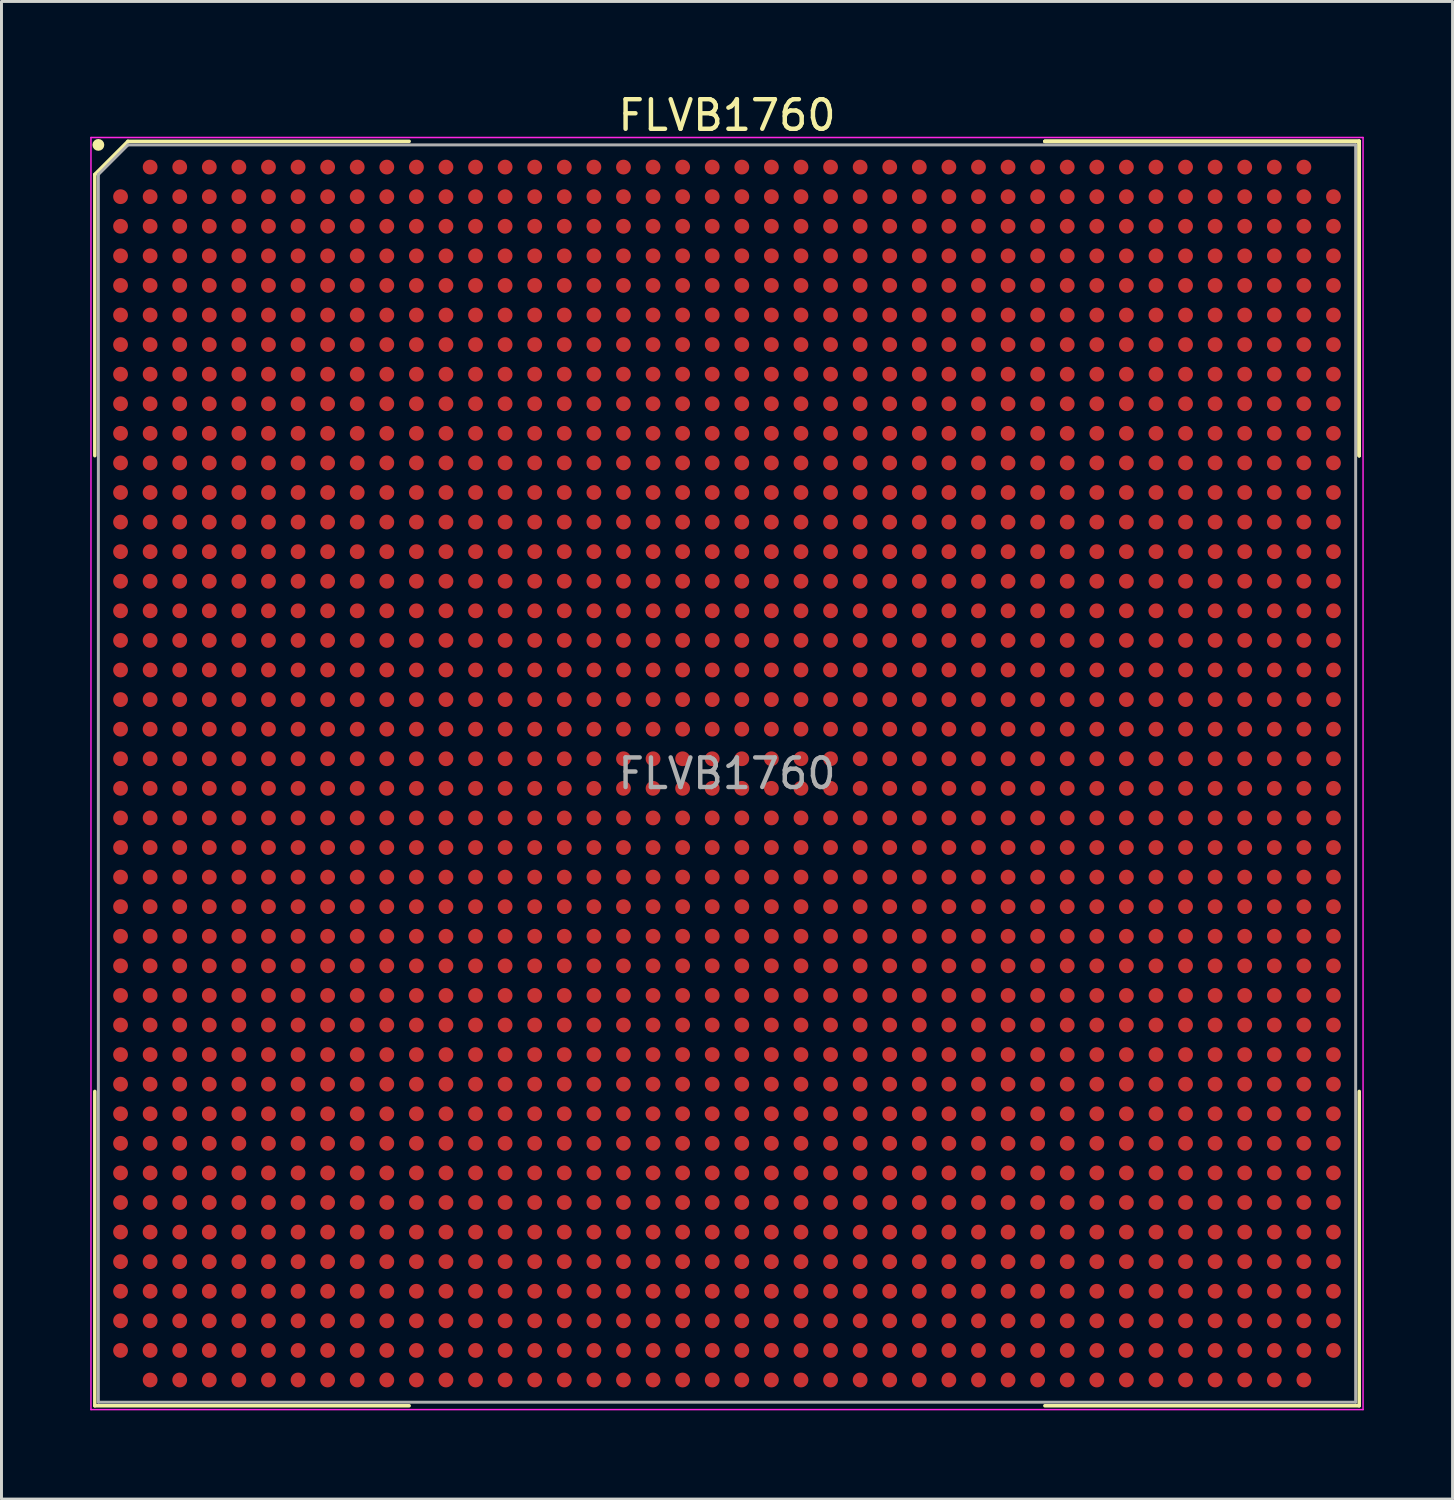
<source format=kicad_pcb>
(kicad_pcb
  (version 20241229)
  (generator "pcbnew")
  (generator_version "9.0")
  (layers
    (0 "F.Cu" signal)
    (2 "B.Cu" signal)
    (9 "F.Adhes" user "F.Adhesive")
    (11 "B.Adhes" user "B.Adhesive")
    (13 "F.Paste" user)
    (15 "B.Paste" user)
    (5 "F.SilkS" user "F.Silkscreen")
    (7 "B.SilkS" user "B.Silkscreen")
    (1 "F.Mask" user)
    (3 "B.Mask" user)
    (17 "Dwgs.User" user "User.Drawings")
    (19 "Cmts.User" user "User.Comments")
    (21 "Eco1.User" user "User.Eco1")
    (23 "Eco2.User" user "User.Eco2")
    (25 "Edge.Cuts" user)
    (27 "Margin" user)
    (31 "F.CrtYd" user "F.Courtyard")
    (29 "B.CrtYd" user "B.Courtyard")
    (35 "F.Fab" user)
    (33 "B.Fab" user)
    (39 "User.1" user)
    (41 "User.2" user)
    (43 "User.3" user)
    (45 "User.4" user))
  (footprint "FLVB1760"
    (layer "F.Cu")
    (at 21.525 23.098)
    (property "Reference" "FLVB1760" (at 0 -22.25 0) (layer "F.SilkS") (effects (font (size 1 1) (thickness 0.15))))
    (attr smd)
    (fp_line (start -21.37 -20.25) (end -21.37 -10.745) (stroke (width 0.12) (type solid)) (layer "F.SilkS"))
    (fp_line (start -21.37 21.37) (end -21.37 10.745) (stroke (width 0.12) (type solid)) (layer "F.SilkS"))
    (fp_line (start -20.25 -21.37) (end -21.37 -20.25) (stroke (width 0.12) (type solid)) (layer "F.SilkS"))
    (fp_line (start -10.745 -21.37) (end -20.25 -21.37) (stroke (width 0.12) (type solid)) (layer "F.SilkS"))
    (fp_line (start -10.745 21.37) (end -21.37 21.37) (stroke (width 0.12) (type solid)) (layer "F.SilkS"))
    (fp_line (start 10.745 -21.37) (end 21.37 -21.37) (stroke (width 0.12) (type solid)) (layer "F.SilkS"))
    (fp_line (start 10.745 -21.37) (end 21.37 -21.37) (stroke (width 0.12) (type solid)) (layer "F.SilkS"))
    (fp_line (start 10.745 -21.37) (end 21.37 -21.37) (stroke (width 0.12) (type solid)) (layer "F.SilkS"))
    (fp_line (start 10.745 21.37) (end 21.37 21.37) (stroke (width 0.12) (type solid)) (layer "F.SilkS"))
    (fp_line (start 21.37 -21.37) (end 21.37 -10.745) (stroke (width 0.12) (type solid)) (layer "F.SilkS"))
    (fp_line (start 21.37 -21.37) (end 21.37 -10.745) (stroke (width 0.12) (type solid)) (layer "F.SilkS"))
    (fp_line (start 21.37 -21.37) (end 21.37 -10.745) (stroke (width 0.12) (type solid)) (layer "F.SilkS"))
    (fp_line (start 21.37 21.37) (end 21.37 10.745) (stroke (width 0.12) (type solid)) (layer "F.SilkS"))
    (fp_circle (center -21.25 -21.25) (end -21.25 -21.15) (stroke (width 0.2) (type solid)) (fill no) (layer "F.SilkS"))
    (fp_line (start -21.5 -21.5) (end 21.5 -21.5) (stroke (width 0.05) (type solid)) (layer "F.CrtYd"))
    (fp_line (start -21.5 21.5) (end -21.5 -21.5) (stroke (width 0.05) (type solid)) (layer "F.CrtYd"))
    (fp_line (start 21.5 -21.5) (end 21.5 21.5) (stroke (width 0.05) (type solid)) (layer "F.CrtYd"))
    (fp_line (start 21.5 21.5) (end -21.5 21.5) (stroke (width 0.05) (type solid)) (layer "F.CrtYd"))
    (fp_line (start -21.25 -20.25) (end -21.25 21.25) (stroke (width 0.1) (type solid)) (layer "F.Fab"))
    (fp_line (start -21.25 21.25) (end 21.25 21.25) (stroke (width 0.1) (type solid)) (layer "F.Fab"))
    (fp_line (start -20.25 -21.25) (end -21.25 -20.25) (stroke (width 0.1) (type solid)) (layer "F.Fab"))
    (fp_line (start 21.25 -21.25) (end -20.25 -21.25) (stroke (width 0.1) (type solid)) (layer "F.Fab"))
    (fp_line (start 21.25 21.25) (end 21.25 -21.25) (stroke (width 0.1) (type solid)) (layer "F.Fab"))
    (fp_text user "${REFERENCE}" (at 0 0 0) (layer "F.Fab") (effects (font (size 1 1) (thickness 0.15))))
    (pad "A2" smd circle (at -19.5 -20.5) (size 0.5 0.5) (layers "F.Cu" "F.Mask" "F.Paste"))
    (pad "A3" smd circle (at -18.5 -20.5) (size 0.5 0.5) (layers "F.Cu" "F.Mask" "F.Paste"))
    (pad "A4" smd circle (at -17.5 -20.5) (size 0.5 0.5) (layers "F.Cu" "F.Mask" "F.Paste"))
    (pad "A5" smd circle (at -16.5 -20.5) (size 0.5 0.5) (layers "F.Cu" "F.Mask" "F.Paste"))
    (pad "A6" smd circle (at -15.5 -20.5) (size 0.5 0.5) (layers "F.Cu" "F.Mask" "F.Paste"))
    (pad "A7" smd circle (at -14.5 -20.5) (size 0.5 0.5) (layers "F.Cu" "F.Mask" "F.Paste"))
    (pad "A8" smd circle (at -13.5 -20.5) (size 0.5 0.5) (layers "F.Cu" "F.Mask" "F.Paste"))
    (pad "A9" smd circle (at -12.5 -20.5) (size 0.5 0.5) (layers "F.Cu" "F.Mask" "F.Paste"))
    (pad "A10" smd circle (at -11.5 -20.5) (size 0.5 0.5) (layers "F.Cu" "F.Mask" "F.Paste"))
    (pad "A11" smd circle (at -10.5 -20.5) (size 0.5 0.5) (layers "F.Cu" "F.Mask" "F.Paste"))
    (pad "A12" smd circle (at -9.5 -20.5) (size 0.5 0.5) (layers "F.Cu" "F.Mask" "F.Paste"))
    (pad "A13" smd circle (at -8.5 -20.5) (size 0.5 0.5) (layers "F.Cu" "F.Mask" "F.Paste"))
    (pad "A14" smd circle (at -7.5 -20.5) (size 0.5 0.5) (layers "F.Cu" "F.Mask" "F.Paste"))
    (pad "A15" smd circle (at -6.5 -20.5) (size 0.5 0.5) (layers "F.Cu" "F.Mask" "F.Paste"))
    (pad "A16" smd circle (at -5.5 -20.5) (size 0.5 0.5) (layers "F.Cu" "F.Mask" "F.Paste"))
    (pad "A17" smd circle (at -4.5 -20.5) (size 0.5 0.5) (layers "F.Cu" "F.Mask" "F.Paste"))
    (pad "A18" smd circle (at -3.5 -20.5) (size 0.5 0.5) (layers "F.Cu" "F.Mask" "F.Paste"))
    (pad "A19" smd circle (at -2.5 -20.5) (size 0.5 0.5) (layers "F.Cu" "F.Mask" "F.Paste"))
    (pad "A20" smd circle (at -1.5 -20.5) (size 0.5 0.5) (layers "F.Cu" "F.Mask" "F.Paste"))
    (pad "A21" smd circle (at -0.5 -20.5) (size 0.5 0.5) (layers "F.Cu" "F.Mask" "F.Paste"))
    (pad "A22" smd circle (at 0.5 -20.5) (size 0.5 0.5) (layers "F.Cu" "F.Mask" "F.Paste"))
    (pad "A23" smd circle (at 1.5 -20.5) (size 0.5 0.5) (layers "F.Cu" "F.Mask" "F.Paste"))
    (pad "A24" smd circle (at 2.5 -20.5) (size 0.5 0.5) (layers "F.Cu" "F.Mask" "F.Paste"))
    (pad "A25" smd circle (at 3.5 -20.5) (size 0.5 0.5) (layers "F.Cu" "F.Mask" "F.Paste"))
    (pad "A26" smd circle (at 4.5 -20.5) (size 0.5 0.5) (layers "F.Cu" "F.Mask" "F.Paste"))
    (pad "A27" smd circle (at 5.5 -20.5) (size 0.5 0.5) (layers "F.Cu" "F.Mask" "F.Paste"))
    (pad "A28" smd circle (at 6.5 -20.5) (size 0.5 0.5) (layers "F.Cu" "F.Mask" "F.Paste"))
    (pad "A29" smd circle (at 7.5 -20.5) (size 0.5 0.5) (layers "F.Cu" "F.Mask" "F.Paste"))
    (pad "A30" smd circle (at 8.5 -20.5) (size 0.5 0.5) (layers "F.Cu" "F.Mask" "F.Paste"))
    (pad "A31" smd circle (at 9.5 -20.5) (size 0.5 0.5) (layers "F.Cu" "F.Mask" "F.Paste"))
    (pad "A32" smd circle (at 10.5 -20.5) (size 0.5 0.5) (layers "F.Cu" "F.Mask" "F.Paste"))
    (pad "A33" smd circle (at 11.5 -20.5) (size 0.5 0.5) (layers "F.Cu" "F.Mask" "F.Paste"))
    (pad "A34" smd circle (at 12.5 -20.5) (size 0.5 0.5) (layers "F.Cu" "F.Mask" "F.Paste"))
    (pad "A35" smd circle (at 13.5 -20.5) (size 0.5 0.5) (layers "F.Cu" "F.Mask" "F.Paste"))
    (pad "A36" smd circle (at 14.5 -20.5) (size 0.5 0.5) (layers "F.Cu" "F.Mask" "F.Paste"))
    (pad "A37" smd circle (at 15.5 -20.5) (size 0.5 0.5) (layers "F.Cu" "F.Mask" "F.Paste"))
    (pad "A38" smd circle (at 16.5 -20.5) (size 0.5 0.5) (layers "F.Cu" "F.Mask" "F.Paste"))
    (pad "A39" smd circle (at 17.5 -20.5) (size 0.5 0.5) (layers "F.Cu" "F.Mask" "F.Paste"))
    (pad "A40" smd circle (at 18.5 -20.5) (size 0.5 0.5) (layers "F.Cu" "F.Mask" "F.Paste"))
    (pad "A41" smd circle (at 19.5 -20.5) (size 0.5 0.5) (layers "F.Cu" "F.Mask" "F.Paste"))
    (pad "AA1" smd circle (at -20.5 -0.5) (size 0.5 0.5) (layers "F.Cu" "F.Mask" "F.Paste"))
    (pad "AA2" smd circle (at -19.5 -0.5) (size 0.5 0.5) (layers "F.Cu" "F.Mask" "F.Paste"))
    (pad "AA3" smd circle (at -18.5 -0.5) (size 0.5 0.5) (layers "F.Cu" "F.Mask" "F.Paste"))
    (pad "AA4" smd circle (at -17.5 -0.5) (size 0.5 0.5) (layers "F.Cu" "F.Mask" "F.Paste"))
    (pad "AA5" smd circle (at -16.5 -0.5) (size 0.5 0.5) (layers "F.Cu" "F.Mask" "F.Paste"))
    (pad "AA6" smd circle (at -15.5 -0.5) (size 0.5 0.5) (layers "F.Cu" "F.Mask" "F.Paste"))
    (pad "AA7" smd circle (at -14.5 -0.5) (size 0.5 0.5) (layers "F.Cu" "F.Mask" "F.Paste"))
    (pad "AA8" smd circle (at -13.5 -0.5) (size 0.5 0.5) (layers "F.Cu" "F.Mask" "F.Paste"))
    (pad "AA9" smd circle (at -12.5 -0.5) (size 0.5 0.5) (layers "F.Cu" "F.Mask" "F.Paste"))
    (pad "AA10" smd circle (at -11.5 -0.5) (size 0.5 0.5) (layers "F.Cu" "F.Mask" "F.Paste"))
    (pad "AA11" smd circle (at -10.5 -0.5) (size 0.5 0.5) (layers "F.Cu" "F.Mask" "F.Paste"))
    (pad "AA12" smd circle (at -9.5 -0.5) (size 0.5 0.5) (layers "F.Cu" "F.Mask" "F.Paste"))
    (pad "AA13" smd circle (at -8.5 -0.5) (size 0.5 0.5) (layers "F.Cu" "F.Mask" "F.Paste"))
    (pad "AA14" smd circle (at -7.5 -0.5) (size 0.5 0.5) (layers "F.Cu" "F.Mask" "F.Paste"))
    (pad "AA15" smd circle (at -6.5 -0.5) (size 0.5 0.5) (layers "F.Cu" "F.Mask" "F.Paste"))
    (pad "AA16" smd circle (at -5.5 -0.5) (size 0.5 0.5) (layers "F.Cu" "F.Mask" "F.Paste"))
    (pad "AA17" smd circle (at -4.5 -0.5) (size 0.5 0.5) (layers "F.Cu" "F.Mask" "F.Paste"))
    (pad "AA18" smd circle (at -3.5 -0.5) (size 0.5 0.5) (layers "F.Cu" "F.Mask" "F.Paste"))
    (pad "AA19" smd circle (at -2.5 -0.5) (size 0.5 0.5) (layers "F.Cu" "F.Mask" "F.Paste"))
    (pad "AA20" smd circle (at -1.5 -0.5) (size 0.5 0.5) (layers "F.Cu" "F.Mask" "F.Paste"))
    (pad "AA21" smd circle (at -0.5 -0.5) (size 0.5 0.5) (layers "F.Cu" "F.Mask" "F.Paste"))
    (pad "AA22" smd circle (at 0.5 -0.5) (size 0.5 0.5) (layers "F.Cu" "F.Mask" "F.Paste"))
    (pad "AA23" smd circle (at 1.5 -0.5) (size 0.5 0.5) (layers "F.Cu" "F.Mask" "F.Paste"))
    (pad "AA24" smd circle (at 2.5 -0.5) (size 0.5 0.5) (layers "F.Cu" "F.Mask" "F.Paste"))
    (pad "AA25" smd circle (at 3.5 -0.5) (size 0.5 0.5) (layers "F.Cu" "F.Mask" "F.Paste"))
    (pad "AA26" smd circle (at 4.5 -0.5) (size 0.5 0.5) (layers "F.Cu" "F.Mask" "F.Paste"))
    (pad "AA27" smd circle (at 5.5 -0.5) (size 0.5 0.5) (layers "F.Cu" "F.Mask" "F.Paste"))
    (pad "AA28" smd circle (at 6.5 -0.5) (size 0.5 0.5) (layers "F.Cu" "F.Mask" "F.Paste"))
    (pad "AA29" smd circle (at 7.5 -0.5) (size 0.5 0.5) (layers "F.Cu" "F.Mask" "F.Paste"))
    (pad "AA30" smd circle (at 8.5 -0.5) (size 0.5 0.5) (layers "F.Cu" "F.Mask" "F.Paste"))
    (pad "AA31" smd circle (at 9.5 -0.5) (size 0.5 0.5) (layers "F.Cu" "F.Mask" "F.Paste"))
    (pad "AA32" smd circle (at 10.5 -0.5) (size 0.5 0.5) (layers "F.Cu" "F.Mask" "F.Paste"))
    (pad "AA33" smd circle (at 11.5 -0.5) (size 0.5 0.5) (layers "F.Cu" "F.Mask" "F.Paste"))
    (pad "AA34" smd circle (at 12.5 -0.5) (size 0.5 0.5) (layers "F.Cu" "F.Mask" "F.Paste"))
    (pad "AA35" smd circle (at 13.5 -0.5) (size 0.5 0.5) (layers "F.Cu" "F.Mask" "F.Paste"))
    (pad "AA36" smd circle (at 14.5 -0.5) (size 0.5 0.5) (layers "F.Cu" "F.Mask" "F.Paste"))
    (pad "AA37" smd circle (at 15.5 -0.5) (size 0.5 0.5) (layers "F.Cu" "F.Mask" "F.Paste"))
    (pad "AA38" smd circle (at 16.5 -0.5) (size 0.5 0.5) (layers "F.Cu" "F.Mask" "F.Paste"))
    (pad "AA39" smd circle (at 17.5 -0.5) (size 0.5 0.5) (layers "F.Cu" "F.Mask" "F.Paste"))
    (pad "AA40" smd circle (at 18.5 -0.5) (size 0.5 0.5) (layers "F.Cu" "F.Mask" "F.Paste"))
    (pad "AA41" smd circle (at 19.5 -0.5) (size 0.5 0.5) (layers "F.Cu" "F.Mask" "F.Paste"))
    (pad "AA42" smd circle (at 20.5 -0.5) (size 0.5 0.5) (layers "F.Cu" "F.Mask" "F.Paste"))
    (pad "AB1" smd circle (at -20.5 0.5) (size 0.5 0.5) (layers "F.Cu" "F.Mask" "F.Paste"))
    (pad "AB2" smd circle (at -19.5 0.5) (size 0.5 0.5) (layers "F.Cu" "F.Mask" "F.Paste"))
    (pad "AB3" smd circle (at -18.5 0.5) (size 0.5 0.5) (layers "F.Cu" "F.Mask" "F.Paste"))
    (pad "AB4" smd circle (at -17.5 0.5) (size 0.5 0.5) (layers "F.Cu" "F.Mask" "F.Paste"))
    (pad "AB5" smd circle (at -16.5 0.5) (size 0.5 0.5) (layers "F.Cu" "F.Mask" "F.Paste"))
    (pad "AB6" smd circle (at -15.5 0.5) (size 0.5 0.5) (layers "F.Cu" "F.Mask" "F.Paste"))
    (pad "AB7" smd circle (at -14.5 0.5) (size 0.5 0.5) (layers "F.Cu" "F.Mask" "F.Paste"))
    (pad "AB8" smd circle (at -13.5 0.5) (size 0.5 0.5) (layers "F.Cu" "F.Mask" "F.Paste"))
    (pad "AB9" smd circle (at -12.5 0.5) (size 0.5 0.5) (layers "F.Cu" "F.Mask" "F.Paste"))
    (pad "AB10" smd circle (at -11.5 0.5) (size 0.5 0.5) (layers "F.Cu" "F.Mask" "F.Paste"))
    (pad "AB11" smd circle (at -10.5 0.5) (size 0.5 0.5) (layers "F.Cu" "F.Mask" "F.Paste"))
    (pad "AB12" smd circle (at -9.5 0.5) (size 0.5 0.5) (layers "F.Cu" "F.Mask" "F.Paste"))
    (pad "AB13" smd circle (at -8.5 0.5) (size 0.5 0.5) (layers "F.Cu" "F.Mask" "F.Paste"))
    (pad "AB14" smd circle (at -7.5 0.5) (size 0.5 0.5) (layers "F.Cu" "F.Mask" "F.Paste"))
    (pad "AB15" smd circle (at -6.5 0.5) (size 0.5 0.5) (layers "F.Cu" "F.Mask" "F.Paste"))
    (pad "AB16" smd circle (at -5.5 0.5) (size 0.5 0.5) (layers "F.Cu" "F.Mask" "F.Paste"))
    (pad "AB17" smd circle (at -4.5 0.5) (size 0.5 0.5) (layers "F.Cu" "F.Mask" "F.Paste"))
    (pad "AB18" smd circle (at -3.5 0.5) (size 0.5 0.5) (layers "F.Cu" "F.Mask" "F.Paste"))
    (pad "AB19" smd circle (at -2.5 0.5) (size 0.5 0.5) (layers "F.Cu" "F.Mask" "F.Paste"))
    (pad "AB20" smd circle (at -1.5 0.5) (size 0.5 0.5) (layers "F.Cu" "F.Mask" "F.Paste"))
    (pad "AB21" smd circle (at -0.5 0.5) (size 0.5 0.5) (layers "F.Cu" "F.Mask" "F.Paste"))
    (pad "AB22" smd circle (at 0.5 0.5) (size 0.5 0.5) (layers "F.Cu" "F.Mask" "F.Paste"))
    (pad "AB23" smd circle (at 1.5 0.5) (size 0.5 0.5) (layers "F.Cu" "F.Mask" "F.Paste"))
    (pad "AB24" smd circle (at 2.5 0.5) (size 0.5 0.5) (layers "F.Cu" "F.Mask" "F.Paste"))
    (pad "AB25" smd circle (at 3.5 0.5) (size 0.5 0.5) (layers "F.Cu" "F.Mask" "F.Paste"))
    (pad "AB26" smd circle (at 4.5 0.5) (size 0.5 0.5) (layers "F.Cu" "F.Mask" "F.Paste"))
    (pad "AB27" smd circle (at 5.5 0.5) (size 0.5 0.5) (layers "F.Cu" "F.Mask" "F.Paste"))
    (pad "AB28" smd circle (at 6.5 0.5) (size 0.5 0.5) (layers "F.Cu" "F.Mask" "F.Paste"))
    (pad "AB29" smd circle (at 7.5 0.5) (size 0.5 0.5) (layers "F.Cu" "F.Mask" "F.Paste"))
    (pad "AB30" smd circle (at 8.5 0.5) (size 0.5 0.5) (layers "F.Cu" "F.Mask" "F.Paste"))
    (pad "AB31" smd circle (at 9.5 0.5) (size 0.5 0.5) (layers "F.Cu" "F.Mask" "F.Paste"))
    (pad "AB32" smd circle (at 10.5 0.5) (size 0.5 0.5) (layers "F.Cu" "F.Mask" "F.Paste"))
    (pad "AB33" smd circle (at 11.5 0.5) (size 0.5 0.5) (layers "F.Cu" "F.Mask" "F.Paste"))
    (pad "AB34" smd circle (at 12.5 0.5) (size 0.5 0.5) (layers "F.Cu" "F.Mask" "F.Paste"))
    (pad "AB35" smd circle (at 13.5 0.5) (size 0.5 0.5) (layers "F.Cu" "F.Mask" "F.Paste"))
    (pad "AB36" smd circle (at 14.5 0.5) (size 0.5 0.5) (layers "F.Cu" "F.Mask" "F.Paste"))
    (pad "AB37" smd circle (at 15.5 0.5) (size 0.5 0.5) (layers "F.Cu" "F.Mask" "F.Paste"))
    (pad "AB38" smd circle (at 16.5 0.5) (size 0.5 0.5) (layers "F.Cu" "F.Mask" "F.Paste"))
    (pad "AB39" smd circle (at 17.5 0.5) (size 0.5 0.5) (layers "F.Cu" "F.Mask" "F.Paste"))
    (pad "AB40" smd circle (at 18.5 0.5) (size 0.5 0.5) (layers "F.Cu" "F.Mask" "F.Paste"))
    (pad "AB41" smd circle (at 19.5 0.5) (size 0.5 0.5) (layers "F.Cu" "F.Mask" "F.Paste"))
    (pad "AB42" smd circle (at 20.5 0.5) (size 0.5 0.5) (layers "F.Cu" "F.Mask" "F.Paste"))
    (pad "AC1" smd circle (at -20.5 1.5) (size 0.5 0.5) (layers "F.Cu" "F.Mask" "F.Paste"))
    (pad "AC2" smd circle (at -19.5 1.5) (size 0.5 0.5) (layers "F.Cu" "F.Mask" "F.Paste"))
    (pad "AC3" smd circle (at -18.5 1.5) (size 0.5 0.5) (layers "F.Cu" "F.Mask" "F.Paste"))
    (pad "AC4" smd circle (at -17.5 1.5) (size 0.5 0.5) (layers "F.Cu" "F.Mask" "F.Paste"))
    (pad "AC5" smd circle (at -16.5 1.5) (size 0.5 0.5) (layers "F.Cu" "F.Mask" "F.Paste"))
    (pad "AC6" smd circle (at -15.5 1.5) (size 0.5 0.5) (layers "F.Cu" "F.Mask" "F.Paste"))
    (pad "AC7" smd circle (at -14.5 1.5) (size 0.5 0.5) (layers "F.Cu" "F.Mask" "F.Paste"))
    (pad "AC8" smd circle (at -13.5 1.5) (size 0.5 0.5) (layers "F.Cu" "F.Mask" "F.Paste"))
    (pad "AC9" smd circle (at -12.5 1.5) (size 0.5 0.5) (layers "F.Cu" "F.Mask" "F.Paste"))
    (pad "AC10" smd circle (at -11.5 1.5) (size 0.5 0.5) (layers "F.Cu" "F.Mask" "F.Paste"))
    (pad "AC11" smd circle (at -10.5 1.5) (size 0.5 0.5) (layers "F.Cu" "F.Mask" "F.Paste"))
    (pad "AC12" smd circle (at -9.5 1.5) (size 0.5 0.5) (layers "F.Cu" "F.Mask" "F.Paste"))
    (pad "AC13" smd circle (at -8.5 1.5) (size 0.5 0.5) (layers "F.Cu" "F.Mask" "F.Paste"))
    (pad "AC14" smd circle (at -7.5 1.5) (size 0.5 0.5) (layers "F.Cu" "F.Mask" "F.Paste"))
    (pad "AC15" smd circle (at -6.5 1.5) (size 0.5 0.5) (layers "F.Cu" "F.Mask" "F.Paste"))
    (pad "AC16" smd circle (at -5.5 1.5) (size 0.5 0.5) (layers "F.Cu" "F.Mask" "F.Paste"))
    (pad "AC17" smd circle (at -4.5 1.5) (size 0.5 0.5) (layers "F.Cu" "F.Mask" "F.Paste"))
    (pad "AC18" smd circle (at -3.5 1.5) (size 0.5 0.5) (layers "F.Cu" "F.Mask" "F.Paste"))
    (pad "AC19" smd circle (at -2.5 1.5) (size 0.5 0.5) (layers "F.Cu" "F.Mask" "F.Paste"))
    (pad "AC20" smd circle (at -1.5 1.5) (size 0.5 0.5) (layers "F.Cu" "F.Mask" "F.Paste"))
    (pad "AC21" smd circle (at -0.5 1.5) (size 0.5 0.5) (layers "F.Cu" "F.Mask" "F.Paste"))
    (pad "AC22" smd circle (at 0.5 1.5) (size 0.5 0.5) (layers "F.Cu" "F.Mask" "F.Paste"))
    (pad "AC23" smd circle (at 1.5 1.5) (size 0.5 0.5) (layers "F.Cu" "F.Mask" "F.Paste"))
    (pad "AC24" smd circle (at 2.5 1.5) (size 0.5 0.5) (layers "F.Cu" "F.Mask" "F.Paste"))
    (pad "AC25" smd circle (at 3.5 1.5) (size 0.5 0.5) (layers "F.Cu" "F.Mask" "F.Paste"))
    (pad "AC26" smd circle (at 4.5 1.5) (size 0.5 0.5) (layers "F.Cu" "F.Mask" "F.Paste"))
    (pad "AC27" smd circle (at 5.5 1.5) (size 0.5 0.5) (layers "F.Cu" "F.Mask" "F.Paste"))
    (pad "AC28" smd circle (at 6.5 1.5) (size 0.5 0.5) (layers "F.Cu" "F.Mask" "F.Paste"))
    (pad "AC29" smd circle (at 7.5 1.5) (size 0.5 0.5) (layers "F.Cu" "F.Mask" "F.Paste"))
    (pad "AC30" smd circle (at 8.5 1.5) (size 0.5 0.5) (layers "F.Cu" "F.Mask" "F.Paste"))
    (pad "AC31" smd circle (at 9.5 1.5) (size 0.5 0.5) (layers "F.Cu" "F.Mask" "F.Paste"))
    (pad "AC32" smd circle (at 10.5 1.5) (size 0.5 0.5) (layers "F.Cu" "F.Mask" "F.Paste"))
    (pad "AC33" smd circle (at 11.5 1.5) (size 0.5 0.5) (layers "F.Cu" "F.Mask" "F.Paste"))
    (pad "AC34" smd circle (at 12.5 1.5) (size 0.5 0.5) (layers "F.Cu" "F.Mask" "F.Paste"))
    (pad "AC35" smd circle (at 13.5 1.5) (size 0.5 0.5) (layers "F.Cu" "F.Mask" "F.Paste"))
    (pad "AC36" smd circle (at 14.5 1.5) (size 0.5 0.5) (layers "F.Cu" "F.Mask" "F.Paste"))
    (pad "AC37" smd circle (at 15.5 1.5) (size 0.5 0.5) (layers "F.Cu" "F.Mask" "F.Paste"))
    (pad "AC38" smd circle (at 16.5 1.5) (size 0.5 0.5) (layers "F.Cu" "F.Mask" "F.Paste"))
    (pad "AC39" smd circle (at 17.5 1.5) (size 0.5 0.5) (layers "F.Cu" "F.Mask" "F.Paste"))
    (pad "AC40" smd circle (at 18.5 1.5) (size 0.5 0.5) (layers "F.Cu" "F.Mask" "F.Paste"))
    (pad "AC41" smd circle (at 19.5 1.5) (size 0.5 0.5) (layers "F.Cu" "F.Mask" "F.Paste"))
    (pad "AC42" smd circle (at 20.5 1.5) (size 0.5 0.5) (layers "F.Cu" "F.Mask" "F.Paste"))
    (pad "AD1" smd circle (at -20.5 2.5) (size 0.5 0.5) (layers "F.Cu" "F.Mask" "F.Paste"))
    (pad "AD2" smd circle (at -19.5 2.5) (size 0.5 0.5) (layers "F.Cu" "F.Mask" "F.Paste"))
    (pad "AD3" smd circle (at -18.5 2.5) (size 0.5 0.5) (layers "F.Cu" "F.Mask" "F.Paste"))
    (pad "AD4" smd circle (at -17.5 2.5) (size 0.5 0.5) (layers "F.Cu" "F.Mask" "F.Paste"))
    (pad "AD5" smd circle (at -16.5 2.5) (size 0.5 0.5) (layers "F.Cu" "F.Mask" "F.Paste"))
    (pad "AD6" smd circle (at -15.5 2.5) (size 0.5 0.5) (layers "F.Cu" "F.Mask" "F.Paste"))
    (pad "AD7" smd circle (at -14.5 2.5) (size 0.5 0.5) (layers "F.Cu" "F.Mask" "F.Paste"))
    (pad "AD8" smd circle (at -13.5 2.5) (size 0.5 0.5) (layers "F.Cu" "F.Mask" "F.Paste"))
    (pad "AD9" smd circle (at -12.5 2.5) (size 0.5 0.5) (layers "F.Cu" "F.Mask" "F.Paste"))
    (pad "AD10" smd circle (at -11.5 2.5) (size 0.5 0.5) (layers "F.Cu" "F.Mask" "F.Paste"))
    (pad "AD11" smd circle (at -10.5 2.5) (size 0.5 0.5) (layers "F.Cu" "F.Mask" "F.Paste"))
    (pad "AD12" smd circle (at -9.5 2.5) (size 0.5 0.5) (layers "F.Cu" "F.Mask" "F.Paste"))
    (pad "AD13" smd circle (at -8.5 2.5) (size 0.5 0.5) (layers "F.Cu" "F.Mask" "F.Paste"))
    (pad "AD14" smd circle (at -7.5 2.5) (size 0.5 0.5) (layers "F.Cu" "F.Mask" "F.Paste"))
    (pad "AD15" smd circle (at -6.5 2.5) (size 0.5 0.5) (layers "F.Cu" "F.Mask" "F.Paste"))
    (pad "AD16" smd circle (at -5.5 2.5) (size 0.5 0.5) (layers "F.Cu" "F.Mask" "F.Paste"))
    (pad "AD17" smd circle (at -4.5 2.5) (size 0.5 0.5) (layers "F.Cu" "F.Mask" "F.Paste"))
    (pad "AD18" smd circle (at -3.5 2.5) (size 0.5 0.5) (layers "F.Cu" "F.Mask" "F.Paste"))
    (pad "AD19" smd circle (at -2.5 2.5) (size 0.5 0.5) (layers "F.Cu" "F.Mask" "F.Paste"))
    (pad "AD20" smd circle (at -1.5 2.5) (size 0.5 0.5) (layers "F.Cu" "F.Mask" "F.Paste"))
    (pad "AD21" smd circle (at -0.5 2.5) (size 0.5 0.5) (layers "F.Cu" "F.Mask" "F.Paste"))
    (pad "AD22" smd circle (at 0.5 2.5) (size 0.5 0.5) (layers "F.Cu" "F.Mask" "F.Paste"))
    (pad "AD23" smd circle (at 1.5 2.5) (size 0.5 0.5) (layers "F.Cu" "F.Mask" "F.Paste"))
    (pad "AD24" smd circle (at 2.5 2.5) (size 0.5 0.5) (layers "F.Cu" "F.Mask" "F.Paste"))
    (pad "AD25" smd circle (at 3.5 2.5) (size 0.5 0.5) (layers "F.Cu" "F.Mask" "F.Paste"))
    (pad "AD26" smd circle (at 4.5 2.5) (size 0.5 0.5) (layers "F.Cu" "F.Mask" "F.Paste"))
    (pad "AD27" smd circle (at 5.5 2.5) (size 0.5 0.5) (layers "F.Cu" "F.Mask" "F.Paste"))
    (pad "AD28" smd circle (at 6.5 2.5) (size 0.5 0.5) (layers "F.Cu" "F.Mask" "F.Paste"))
    (pad "AD29" smd circle (at 7.5 2.5) (size 0.5 0.5) (layers "F.Cu" "F.Mask" "F.Paste"))
    (pad "AD30" smd circle (at 8.5 2.5) (size 0.5 0.5) (layers "F.Cu" "F.Mask" "F.Paste"))
    (pad "AD31" smd circle (at 9.5 2.5) (size 0.5 0.5) (layers "F.Cu" "F.Mask" "F.Paste"))
    (pad "AD32" smd circle (at 10.5 2.5) (size 0.5 0.5) (layers "F.Cu" "F.Mask" "F.Paste"))
    (pad "AD33" smd circle (at 11.5 2.5) (size 0.5 0.5) (layers "F.Cu" "F.Mask" "F.Paste"))
    (pad "AD34" smd circle (at 12.5 2.5) (size 0.5 0.5) (layers "F.Cu" "F.Mask" "F.Paste"))
    (pad "AD35" smd circle (at 13.5 2.5) (size 0.5 0.5) (layers "F.Cu" "F.Mask" "F.Paste"))
    (pad "AD36" smd circle (at 14.5 2.5) (size 0.5 0.5) (layers "F.Cu" "F.Mask" "F.Paste"))
    (pad "AD37" smd circle (at 15.5 2.5) (size 0.5 0.5) (layers "F.Cu" "F.Mask" "F.Paste"))
    (pad "AD38" smd circle (at 16.5 2.5) (size 0.5 0.5) (layers "F.Cu" "F.Mask" "F.Paste"))
    (pad "AD39" smd circle (at 17.5 2.5) (size 0.5 0.5) (layers "F.Cu" "F.Mask" "F.Paste"))
    (pad "AD40" smd circle (at 18.5 2.5) (size 0.5 0.5) (layers "F.Cu" "F.Mask" "F.Paste"))
    (pad "AD41" smd circle (at 19.5 2.5) (size 0.5 0.5) (layers "F.Cu" "F.Mask" "F.Paste"))
    (pad "AD42" smd circle (at 20.5 2.5) (size 0.5 0.5) (layers "F.Cu" "F.Mask" "F.Paste"))
    (pad "AE1" smd circle (at -20.5 3.5) (size 0.5 0.5) (layers "F.Cu" "F.Mask" "F.Paste"))
    (pad "AE2" smd circle (at -19.5 3.5) (size 0.5 0.5) (layers "F.Cu" "F.Mask" "F.Paste"))
    (pad "AE3" smd circle (at -18.5 3.5) (size 0.5 0.5) (layers "F.Cu" "F.Mask" "F.Paste"))
    (pad "AE4" smd circle (at -17.5 3.5) (size 0.5 0.5) (layers "F.Cu" "F.Mask" "F.Paste"))
    (pad "AE5" smd circle (at -16.5 3.5) (size 0.5 0.5) (layers "F.Cu" "F.Mask" "F.Paste"))
    (pad "AE6" smd circle (at -15.5 3.5) (size 0.5 0.5) (layers "F.Cu" "F.Mask" "F.Paste"))
    (pad "AE7" smd circle (at -14.5 3.5) (size 0.5 0.5) (layers "F.Cu" "F.Mask" "F.Paste"))
    (pad "AE8" smd circle (at -13.5 3.5) (size 0.5 0.5) (layers "F.Cu" "F.Mask" "F.Paste"))
    (pad "AE9" smd circle (at -12.5 3.5) (size 0.5 0.5) (layers "F.Cu" "F.Mask" "F.Paste"))
    (pad "AE10" smd circle (at -11.5 3.5) (size 0.5 0.5) (layers "F.Cu" "F.Mask" "F.Paste"))
    (pad "AE11" smd circle (at -10.5 3.5) (size 0.5 0.5) (layers "F.Cu" "F.Mask" "F.Paste"))
    (pad "AE12" smd circle (at -9.5 3.5) (size 0.5 0.5) (layers "F.Cu" "F.Mask" "F.Paste"))
    (pad "AE13" smd circle (at -8.5 3.5) (size 0.5 0.5) (layers "F.Cu" "F.Mask" "F.Paste"))
    (pad "AE14" smd circle (at -7.5 3.5) (size 0.5 0.5) (layers "F.Cu" "F.Mask" "F.Paste"))
    (pad "AE15" smd circle (at -6.5 3.5) (size 0.5 0.5) (layers "F.Cu" "F.Mask" "F.Paste"))
    (pad "AE16" smd circle (at -5.5 3.5) (size 0.5 0.5) (layers "F.Cu" "F.Mask" "F.Paste"))
    (pad "AE17" smd circle (at -4.5 3.5) (size 0.5 0.5) (layers "F.Cu" "F.Mask" "F.Paste"))
    (pad "AE18" smd circle (at -3.5 3.5) (size 0.5 0.5) (layers "F.Cu" "F.Mask" "F.Paste"))
    (pad "AE19" smd circle (at -2.5 3.5) (size 0.5 0.5) (layers "F.Cu" "F.Mask" "F.Paste"))
    (pad "AE20" smd circle (at -1.5 3.5) (size 0.5 0.5) (layers "F.Cu" "F.Mask" "F.Paste"))
    (pad "AE21" smd circle (at -0.5 3.5) (size 0.5 0.5) (layers "F.Cu" "F.Mask" "F.Paste"))
    (pad "AE22" smd circle (at 0.5 3.5) (size 0.5 0.5) (layers "F.Cu" "F.Mask" "F.Paste"))
    (pad "AE23" smd circle (at 1.5 3.5) (size 0.5 0.5) (layers "F.Cu" "F.Mask" "F.Paste"))
    (pad "AE24" smd circle (at 2.5 3.5) (size 0.5 0.5) (layers "F.Cu" "F.Mask" "F.Paste"))
    (pad "AE25" smd circle (at 3.5 3.5) (size 0.5 0.5) (layers "F.Cu" "F.Mask" "F.Paste"))
    (pad "AE26" smd circle (at 4.5 3.5) (size 0.5 0.5) (layers "F.Cu" "F.Mask" "F.Paste"))
    (pad "AE27" smd circle (at 5.5 3.5) (size 0.5 0.5) (layers "F.Cu" "F.Mask" "F.Paste"))
    (pad "AE28" smd circle (at 6.5 3.5) (size 0.5 0.5) (layers "F.Cu" "F.Mask" "F.Paste"))
    (pad "AE29" smd circle (at 7.5 3.5) (size 0.5 0.5) (layers "F.Cu" "F.Mask" "F.Paste"))
    (pad "AE30" smd circle (at 8.5 3.5) (size 0.5 0.5) (layers "F.Cu" "F.Mask" "F.Paste"))
    (pad "AE31" smd circle (at 9.5 3.5) (size 0.5 0.5) (layers "F.Cu" "F.Mask" "F.Paste"))
    (pad "AE32" smd circle (at 10.5 3.5) (size 0.5 0.5) (layers "F.Cu" "F.Mask" "F.Paste"))
    (pad "AE33" smd circle (at 11.5 3.5) (size 0.5 0.5) (layers "F.Cu" "F.Mask" "F.Paste"))
    (pad "AE34" smd circle (at 12.5 3.5) (size 0.5 0.5) (layers "F.Cu" "F.Mask" "F.Paste"))
    (pad "AE35" smd circle (at 13.5 3.5) (size 0.5 0.5) (layers "F.Cu" "F.Mask" "F.Paste"))
    (pad "AE36" smd circle (at 14.5 3.5) (size 0.5 0.5) (layers "F.Cu" "F.Mask" "F.Paste"))
    (pad "AE37" smd circle (at 15.5 3.5) (size 0.5 0.5) (layers "F.Cu" "F.Mask" "F.Paste"))
    (pad "AE38" smd circle (at 16.5 3.5) (size 0.5 0.5) (layers "F.Cu" "F.Mask" "F.Paste"))
    (pad "AE39" smd circle (at 17.5 3.5) (size 0.5 0.5) (layers "F.Cu" "F.Mask" "F.Paste"))
    (pad "AE40" smd circle (at 18.5 3.5) (size 0.5 0.5) (layers "F.Cu" "F.Mask" "F.Paste"))
    (pad "AE41" smd circle (at 19.5 3.5) (size 0.5 0.5) (layers "F.Cu" "F.Mask" "F.Paste"))
    (pad "AE42" smd circle (at 20.5 3.5) (size 0.5 0.5) (layers "F.Cu" "F.Mask" "F.Paste"))
    (pad "AF1" smd circle (at -20.5 4.5) (size 0.5 0.5) (layers "F.Cu" "F.Mask" "F.Paste"))
    (pad "AF2" smd circle (at -19.5 4.5) (size 0.5 0.5) (layers "F.Cu" "F.Mask" "F.Paste"))
    (pad "AF3" smd circle (at -18.5 4.5) (size 0.5 0.5) (layers "F.Cu" "F.Mask" "F.Paste"))
    (pad "AF4" smd circle (at -17.5 4.5) (size 0.5 0.5) (layers "F.Cu" "F.Mask" "F.Paste"))
    (pad "AF5" smd circle (at -16.5 4.5) (size 0.5 0.5) (layers "F.Cu" "F.Mask" "F.Paste"))
    (pad "AF6" smd circle (at -15.5 4.5) (size 0.5 0.5) (layers "F.Cu" "F.Mask" "F.Paste"))
    (pad "AF7" smd circle (at -14.5 4.5) (size 0.5 0.5) (layers "F.Cu" "F.Mask" "F.Paste"))
    (pad "AF8" smd circle (at -13.5 4.5) (size 0.5 0.5) (layers "F.Cu" "F.Mask" "F.Paste"))
    (pad "AF9" smd circle (at -12.5 4.5) (size 0.5 0.5) (layers "F.Cu" "F.Mask" "F.Paste"))
    (pad "AF10" smd circle (at -11.5 4.5) (size 0.5 0.5) (layers "F.Cu" "F.Mask" "F.Paste"))
    (pad "AF11" smd circle (at -10.5 4.5) (size 0.5 0.5) (layers "F.Cu" "F.Mask" "F.Paste"))
    (pad "AF12" smd circle (at -9.5 4.5) (size 0.5 0.5) (layers "F.Cu" "F.Mask" "F.Paste"))
    (pad "AF13" smd circle (at -8.5 4.5) (size 0.5 0.5) (layers "F.Cu" "F.Mask" "F.Paste"))
    (pad "AF14" smd circle (at -7.5 4.5) (size 0.5 0.5) (layers "F.Cu" "F.Mask" "F.Paste"))
    (pad "AF15" smd circle (at -6.5 4.5) (size 0.5 0.5) (layers "F.Cu" "F.Mask" "F.Paste"))
    (pad "AF16" smd circle (at -5.5 4.5) (size 0.5 0.5) (layers "F.Cu" "F.Mask" "F.Paste"))
    (pad "AF17" smd circle (at -4.5 4.5) (size 0.5 0.5) (layers "F.Cu" "F.Mask" "F.Paste"))
    (pad "AF18" smd circle (at -3.5 4.5) (size 0.5 0.5) (layers "F.Cu" "F.Mask" "F.Paste"))
    (pad "AF19" smd circle (at -2.5 4.5) (size 0.5 0.5) (layers "F.Cu" "F.Mask" "F.Paste"))
    (pad "AF20" smd circle (at -1.5 4.5) (size 0.5 0.5) (layers "F.Cu" "F.Mask" "F.Paste"))
    (pad "AF21" smd circle (at -0.5 4.5) (size 0.5 0.5) (layers "F.Cu" "F.Mask" "F.Paste"))
    (pad "AF22" smd circle (at 0.5 4.5) (size 0.5 0.5) (layers "F.Cu" "F.Mask" "F.Paste"))
    (pad "AF23" smd circle (at 1.5 4.5) (size 0.5 0.5) (layers "F.Cu" "F.Mask" "F.Paste"))
    (pad "AF24" smd circle (at 2.5 4.5) (size 0.5 0.5) (layers "F.Cu" "F.Mask" "F.Paste"))
    (pad "AF25" smd circle (at 3.5 4.5) (size 0.5 0.5) (layers "F.Cu" "F.Mask" "F.Paste"))
    (pad "AF26" smd circle (at 4.5 4.5) (size 0.5 0.5) (layers "F.Cu" "F.Mask" "F.Paste"))
    (pad "AF27" smd circle (at 5.5 4.5) (size 0.5 0.5) (layers "F.Cu" "F.Mask" "F.Paste"))
    (pad "AF28" smd circle (at 6.5 4.5) (size 0.5 0.5) (layers "F.Cu" "F.Mask" "F.Paste"))
    (pad "AF29" smd circle (at 7.5 4.5) (size 0.5 0.5) (layers "F.Cu" "F.Mask" "F.Paste"))
    (pad "AF30" smd circle (at 8.5 4.5) (size 0.5 0.5) (layers "F.Cu" "F.Mask" "F.Paste"))
    (pad "AF31" smd circle (at 9.5 4.5) (size 0.5 0.5) (layers "F.Cu" "F.Mask" "F.Paste"))
    (pad "AF32" smd circle (at 10.5 4.5) (size 0.5 0.5) (layers "F.Cu" "F.Mask" "F.Paste"))
    (pad "AF33" smd circle (at 11.5 4.5) (size 0.5 0.5) (layers "F.Cu" "F.Mask" "F.Paste"))
    (pad "AF34" smd circle (at 12.5 4.5) (size 0.5 0.5) (layers "F.Cu" "F.Mask" "F.Paste"))
    (pad "AF35" smd circle (at 13.5 4.5) (size 0.5 0.5) (layers "F.Cu" "F.Mask" "F.Paste"))
    (pad "AF36" smd circle (at 14.5 4.5) (size 0.5 0.5) (layers "F.Cu" "F.Mask" "F.Paste"))
    (pad "AF37" smd circle (at 15.5 4.5) (size 0.5 0.5) (layers "F.Cu" "F.Mask" "F.Paste"))
    (pad "AF38" smd circle (at 16.5 4.5) (size 0.5 0.5) (layers "F.Cu" "F.Mask" "F.Paste"))
    (pad "AF39" smd circle (at 17.5 4.5) (size 0.5 0.5) (layers "F.Cu" "F.Mask" "F.Paste"))
    (pad "AF40" smd circle (at 18.5 4.5) (size 0.5 0.5) (layers "F.Cu" "F.Mask" "F.Paste"))
    (pad "AF41" smd circle (at 19.5 4.5) (size 0.5 0.5) (layers "F.Cu" "F.Mask" "F.Paste"))
    (pad "AF42" smd circle (at 20.5 4.5) (size 0.5 0.5) (layers "F.Cu" "F.Mask" "F.Paste"))
    (pad "AG1" smd circle (at -20.5 5.5) (size 0.5 0.5) (layers "F.Cu" "F.Mask" "F.Paste"))
    (pad "AG2" smd circle (at -19.5 5.5) (size 0.5 0.5) (layers "F.Cu" "F.Mask" "F.Paste"))
    (pad "AG3" smd circle (at -18.5 5.5) (size 0.5 0.5) (layers "F.Cu" "F.Mask" "F.Paste"))
    (pad "AG4" smd circle (at -17.5 5.5) (size 0.5 0.5) (layers "F.Cu" "F.Mask" "F.Paste"))
    (pad "AG5" smd circle (at -16.5 5.5) (size 0.5 0.5) (layers "F.Cu" "F.Mask" "F.Paste"))
    (pad "AG6" smd circle (at -15.5 5.5) (size 0.5 0.5) (layers "F.Cu" "F.Mask" "F.Paste"))
    (pad "AG7" smd circle (at -14.5 5.5) (size 0.5 0.5) (layers "F.Cu" "F.Mask" "F.Paste"))
    (pad "AG8" smd circle (at -13.5 5.5) (size 0.5 0.5) (layers "F.Cu" "F.Mask" "F.Paste"))
    (pad "AG9" smd circle (at -12.5 5.5) (size 0.5 0.5) (layers "F.Cu" "F.Mask" "F.Paste"))
    (pad "AG10" smd circle (at -11.5 5.5) (size 0.5 0.5) (layers "F.Cu" "F.Mask" "F.Paste"))
    (pad "AG11" smd circle (at -10.5 5.5) (size 0.5 0.5) (layers "F.Cu" "F.Mask" "F.Paste"))
    (pad "AG12" smd circle (at -9.5 5.5) (size 0.5 0.5) (layers "F.Cu" "F.Mask" "F.Paste"))
    (pad "AG13" smd circle (at -8.5 5.5) (size 0.5 0.5) (layers "F.Cu" "F.Mask" "F.Paste"))
    (pad "AG14" smd circle (at -7.5 5.5) (size 0.5 0.5) (layers "F.Cu" "F.Mask" "F.Paste"))
    (pad "AG15" smd circle (at -6.5 5.5) (size 0.5 0.5) (layers "F.Cu" "F.Mask" "F.Paste"))
    (pad "AG16" smd circle (at -5.5 5.5) (size 0.5 0.5) (layers "F.Cu" "F.Mask" "F.Paste"))
    (pad "AG17" smd circle (at -4.5 5.5) (size 0.5 0.5) (layers "F.Cu" "F.Mask" "F.Paste"))
    (pad "AG18" smd circle (at -3.5 5.5) (size 0.5 0.5) (layers "F.Cu" "F.Mask" "F.Paste"))
    (pad "AG19" smd circle (at -2.5 5.5) (size 0.5 0.5) (layers "F.Cu" "F.Mask" "F.Paste"))
    (pad "AG20" smd circle (at -1.5 5.5) (size 0.5 0.5) (layers "F.Cu" "F.Mask" "F.Paste"))
    (pad "AG21" smd circle (at -0.5 5.5) (size 0.5 0.5) (layers "F.Cu" "F.Mask" "F.Paste"))
    (pad "AG22" smd circle (at 0.5 5.5) (size 0.5 0.5) (layers "F.Cu" "F.Mask" "F.Paste"))
    (pad "AG23" smd circle (at 1.5 5.5) (size 0.5 0.5) (layers "F.Cu" "F.Mask" "F.Paste"))
    (pad "AG24" smd circle (at 2.5 5.5) (size 0.5 0.5) (layers "F.Cu" "F.Mask" "F.Paste"))
    (pad "AG25" smd circle (at 3.5 5.5) (size 0.5 0.5) (layers "F.Cu" "F.Mask" "F.Paste"))
    (pad "AG26" smd circle (at 4.5 5.5) (size 0.5 0.5) (layers "F.Cu" "F.Mask" "F.Paste"))
    (pad "AG27" smd circle (at 5.5 5.5) (size 0.5 0.5) (layers "F.Cu" "F.Mask" "F.Paste"))
    (pad "AG28" smd circle (at 6.5 5.5) (size 0.5 0.5) (layers "F.Cu" "F.Mask" "F.Paste"))
    (pad "AG29" smd circle (at 7.5 5.5) (size 0.5 0.5) (layers "F.Cu" "F.Mask" "F.Paste"))
    (pad "AG30" smd circle (at 8.5 5.5) (size 0.5 0.5) (layers "F.Cu" "F.Mask" "F.Paste"))
    (pad "AG31" smd circle (at 9.5 5.5) (size 0.5 0.5) (layers "F.Cu" "F.Mask" "F.Paste"))
    (pad "AG32" smd circle (at 10.5 5.5) (size 0.5 0.5) (layers "F.Cu" "F.Mask" "F.Paste"))
    (pad "AG33" smd circle (at 11.5 5.5) (size 0.5 0.5) (layers "F.Cu" "F.Mask" "F.Paste"))
    (pad "AG34" smd circle (at 12.5 5.5) (size 0.5 0.5) (layers "F.Cu" "F.Mask" "F.Paste"))
    (pad "AG35" smd circle (at 13.5 5.5) (size 0.5 0.5) (layers "F.Cu" "F.Mask" "F.Paste"))
    (pad "AG36" smd circle (at 14.5 5.5) (size 0.5 0.5) (layers "F.Cu" "F.Mask" "F.Paste"))
    (pad "AG37" smd circle (at 15.5 5.5) (size 0.5 0.5) (layers "F.Cu" "F.Mask" "F.Paste"))
    (pad "AG38" smd circle (at 16.5 5.5) (size 0.5 0.5) (layers "F.Cu" "F.Mask" "F.Paste"))
    (pad "AG39" smd circle (at 17.5 5.5) (size 0.5 0.5) (layers "F.Cu" "F.Mask" "F.Paste"))
    (pad "AG40" smd circle (at 18.5 5.5) (size 0.5 0.5) (layers "F.Cu" "F.Mask" "F.Paste"))
    (pad "AG41" smd circle (at 19.5 5.5) (size 0.5 0.5) (layers "F.Cu" "F.Mask" "F.Paste"))
    (pad "AG42" smd circle (at 20.5 5.5) (size 0.5 0.5) (layers "F.Cu" "F.Mask" "F.Paste"))
    (pad "AH1" smd circle (at -20.5 6.5) (size 0.5 0.5) (layers "F.Cu" "F.Mask" "F.Paste"))
    (pad "AH2" smd circle (at -19.5 6.5) (size 0.5 0.5) (layers "F.Cu" "F.Mask" "F.Paste"))
    (pad "AH3" smd circle (at -18.5 6.5) (size 0.5 0.5) (layers "F.Cu" "F.Mask" "F.Paste"))
    (pad "AH4" smd circle (at -17.5 6.5) (size 0.5 0.5) (layers "F.Cu" "F.Mask" "F.Paste"))
    (pad "AH5" smd circle (at -16.5 6.5) (size 0.5 0.5) (layers "F.Cu" "F.Mask" "F.Paste"))
    (pad "AH6" smd circle (at -15.5 6.5) (size 0.5 0.5) (layers "F.Cu" "F.Mask" "F.Paste"))
    (pad "AH7" smd circle (at -14.5 6.5) (size 0.5 0.5) (layers "F.Cu" "F.Mask" "F.Paste"))
    (pad "AH8" smd circle (at -13.5 6.5) (size 0.5 0.5) (layers "F.Cu" "F.Mask" "F.Paste"))
    (pad "AH9" smd circle (at -12.5 6.5) (size 0.5 0.5) (layers "F.Cu" "F.Mask" "F.Paste"))
    (pad "AH10" smd circle (at -11.5 6.5) (size 0.5 0.5) (layers "F.Cu" "F.Mask" "F.Paste"))
    (pad "AH11" smd circle (at -10.5 6.5) (size 0.5 0.5) (layers "F.Cu" "F.Mask" "F.Paste"))
    (pad "AH12" smd circle (at -9.5 6.5) (size 0.5 0.5) (layers "F.Cu" "F.Mask" "F.Paste"))
    (pad "AH13" smd circle (at -8.5 6.5) (size 0.5 0.5) (layers "F.Cu" "F.Mask" "F.Paste"))
    (pad "AH14" smd circle (at -7.5 6.5) (size 0.5 0.5) (layers "F.Cu" "F.Mask" "F.Paste"))
    (pad "AH15" smd circle (at -6.5 6.5) (size 0.5 0.5) (layers "F.Cu" "F.Mask" "F.Paste"))
    (pad "AH16" smd circle (at -5.5 6.5) (size 0.5 0.5) (layers "F.Cu" "F.Mask" "F.Paste"))
    (pad "AH17" smd circle (at -4.5 6.5) (size 0.5 0.5) (layers "F.Cu" "F.Mask" "F.Paste"))
    (pad "AH18" smd circle (at -3.5 6.5) (size 0.5 0.5) (layers "F.Cu" "F.Mask" "F.Paste"))
    (pad "AH19" smd circle (at -2.5 6.5) (size 0.5 0.5) (layers "F.Cu" "F.Mask" "F.Paste"))
    (pad "AH20" smd circle (at -1.5 6.5) (size 0.5 0.5) (layers "F.Cu" "F.Mask" "F.Paste"))
    (pad "AH21" smd circle (at -0.5 6.5) (size 0.5 0.5) (layers "F.Cu" "F.Mask" "F.Paste"))
    (pad "AH22" smd circle (at 0.5 6.5) (size 0.5 0.5) (layers "F.Cu" "F.Mask" "F.Paste"))
    (pad "AH23" smd circle (at 1.5 6.5) (size 0.5 0.5) (layers "F.Cu" "F.Mask" "F.Paste"))
    (pad "AH24" smd circle (at 2.5 6.5) (size 0.5 0.5) (layers "F.Cu" "F.Mask" "F.Paste"))
    (pad "AH25" smd circle (at 3.5 6.5) (size 0.5 0.5) (layers "F.Cu" "F.Mask" "F.Paste"))
    (pad "AH26" smd circle (at 4.5 6.5) (size 0.5 0.5) (layers "F.Cu" "F.Mask" "F.Paste"))
    (pad "AH27" smd circle (at 5.5 6.5) (size 0.5 0.5) (layers "F.Cu" "F.Mask" "F.Paste"))
    (pad "AH28" smd circle (at 6.5 6.5) (size 0.5 0.5) (layers "F.Cu" "F.Mask" "F.Paste"))
    (pad "AH29" smd circle (at 7.5 6.5) (size 0.5 0.5) (layers "F.Cu" "F.Mask" "F.Paste"))
    (pad "AH30" smd circle (at 8.5 6.5) (size 0.5 0.5) (layers "F.Cu" "F.Mask" "F.Paste"))
    (pad "AH31" smd circle (at 9.5 6.5) (size 0.5 0.5) (layers "F.Cu" "F.Mask" "F.Paste"))
    (pad "AH32" smd circle (at 10.5 6.5) (size 0.5 0.5) (layers "F.Cu" "F.Mask" "F.Paste"))
    (pad "AH33" smd circle (at 11.5 6.5) (size 0.5 0.5) (layers "F.Cu" "F.Mask" "F.Paste"))
    (pad "AH34" smd circle (at 12.5 6.5) (size 0.5 0.5) (layers "F.Cu" "F.Mask" "F.Paste"))
    (pad "AH35" smd circle (at 13.5 6.5) (size 0.5 0.5) (layers "F.Cu" "F.Mask" "F.Paste"))
    (pad "AH36" smd circle (at 14.5 6.5) (size 0.5 0.5) (layers "F.Cu" "F.Mask" "F.Paste"))
    (pad "AH37" smd circle (at 15.5 6.5) (size 0.5 0.5) (layers "F.Cu" "F.Mask" "F.Paste"))
    (pad "AH38" smd circle (at 16.5 6.5) (size 0.5 0.5) (layers "F.Cu" "F.Mask" "F.Paste"))
    (pad "AH39" smd circle (at 17.5 6.5) (size 0.5 0.5) (layers "F.Cu" "F.Mask" "F.Paste"))
    (pad "AH40" smd circle (at 18.5 6.5) (size 0.5 0.5) (layers "F.Cu" "F.Mask" "F.Paste"))
    (pad "AH41" smd circle (at 19.5 6.5) (size 0.5 0.5) (layers "F.Cu" "F.Mask" "F.Paste"))
    (pad "AH42" smd circle (at 20.5 6.5) (size 0.5 0.5) (layers "F.Cu" "F.Mask" "F.Paste"))
    (pad "AJ1" smd circle (at -20.5 7.5) (size 0.5 0.5) (layers "F.Cu" "F.Mask" "F.Paste"))
    (pad "AJ2" smd circle (at -19.5 7.5) (size 0.5 0.5) (layers "F.Cu" "F.Mask" "F.Paste"))
    (pad "AJ3" smd circle (at -18.5 7.5) (size 0.5 0.5) (layers "F.Cu" "F.Mask" "F.Paste"))
    (pad "AJ4" smd circle (at -17.5 7.5) (size 0.5 0.5) (layers "F.Cu" "F.Mask" "F.Paste"))
    (pad "AJ5" smd circle (at -16.5 7.5) (size 0.5 0.5) (layers "F.Cu" "F.Mask" "F.Paste"))
    (pad "AJ6" smd circle (at -15.5 7.5) (size 0.5 0.5) (layers "F.Cu" "F.Mask" "F.Paste"))
    (pad "AJ7" smd circle (at -14.5 7.5) (size 0.5 0.5) (layers "F.Cu" "F.Mask" "F.Paste"))
    (pad "AJ8" smd circle (at -13.5 7.5) (size 0.5 0.5) (layers "F.Cu" "F.Mask" "F.Paste"))
    (pad "AJ9" smd circle (at -12.5 7.5) (size 0.5 0.5) (layers "F.Cu" "F.Mask" "F.Paste"))
    (pad "AJ10" smd circle (at -11.5 7.5) (size 0.5 0.5) (layers "F.Cu" "F.Mask" "F.Paste"))
    (pad "AJ11" smd circle (at -10.5 7.5) (size 0.5 0.5) (layers "F.Cu" "F.Mask" "F.Paste"))
    (pad "AJ12" smd circle (at -9.5 7.5) (size 0.5 0.5) (layers "F.Cu" "F.Mask" "F.Paste"))
    (pad "AJ13" smd circle (at -8.5 7.5) (size 0.5 0.5) (layers "F.Cu" "F.Mask" "F.Paste"))
    (pad "AJ14" smd circle (at -7.5 7.5) (size 0.5 0.5) (layers "F.Cu" "F.Mask" "F.Paste"))
    (pad "AJ15" smd circle (at -6.5 7.5) (size 0.5 0.5) (layers "F.Cu" "F.Mask" "F.Paste"))
    (pad "AJ16" smd circle (at -5.5 7.5) (size 0.5 0.5) (layers "F.Cu" "F.Mask" "F.Paste"))
    (pad "AJ17" smd circle (at -4.5 7.5) (size 0.5 0.5) (layers "F.Cu" "F.Mask" "F.Paste"))
    (pad "AJ18" smd circle (at -3.5 7.5) (size 0.5 0.5) (layers "F.Cu" "F.Mask" "F.Paste"))
    (pad "AJ19" smd circle (at -2.5 7.5) (size 0.5 0.5) (layers "F.Cu" "F.Mask" "F.Paste"))
    (pad "AJ20" smd circle (at -1.5 7.5) (size 0.5 0.5) (layers "F.Cu" "F.Mask" "F.Paste"))
    (pad "AJ21" smd circle (at -0.5 7.5) (size 0.5 0.5) (layers "F.Cu" "F.Mask" "F.Paste"))
    (pad "AJ22" smd circle (at 0.5 7.5) (size 0.5 0.5) (layers "F.Cu" "F.Mask" "F.Paste"))
    (pad "AJ23" smd circle (at 1.5 7.5) (size 0.5 0.5) (layers "F.Cu" "F.Mask" "F.Paste"))
    (pad "AJ24" smd circle (at 2.5 7.5) (size 0.5 0.5) (layers "F.Cu" "F.Mask" "F.Paste"))
    (pad "AJ25" smd circle (at 3.5 7.5) (size 0.5 0.5) (layers "F.Cu" "F.Mask" "F.Paste"))
    (pad "AJ26" smd circle (at 4.5 7.5) (size 0.5 0.5) (layers "F.Cu" "F.Mask" "F.Paste"))
    (pad "AJ27" smd circle (at 5.5 7.5) (size 0.5 0.5) (layers "F.Cu" "F.Mask" "F.Paste"))
    (pad "AJ28" smd circle (at 6.5 7.5) (size 0.5 0.5) (layers "F.Cu" "F.Mask" "F.Paste"))
    (pad "AJ29" smd circle (at 7.5 7.5) (size 0.5 0.5) (layers "F.Cu" "F.Mask" "F.Paste"))
    (pad "AJ30" smd circle (at 8.5 7.5) (size 0.5 0.5) (layers "F.Cu" "F.Mask" "F.Paste"))
    (pad "AJ31" smd circle (at 9.5 7.5) (size 0.5 0.5) (layers "F.Cu" "F.Mask" "F.Paste"))
    (pad "AJ32" smd circle (at 10.5 7.5) (size 0.5 0.5) (layers "F.Cu" "F.Mask" "F.Paste"))
    (pad "AJ33" smd circle (at 11.5 7.5) (size 0.5 0.5) (layers "F.Cu" "F.Mask" "F.Paste"))
    (pad "AJ34" smd circle (at 12.5 7.5) (size 0.5 0.5) (layers "F.Cu" "F.Mask" "F.Paste"))
    (pad "AJ35" smd circle (at 13.5 7.5) (size 0.5 0.5) (layers "F.Cu" "F.Mask" "F.Paste"))
    (pad "AJ36" smd circle (at 14.5 7.5) (size 0.5 0.5) (layers "F.Cu" "F.Mask" "F.Paste"))
    (pad "AJ37" smd circle (at 15.5 7.5) (size 0.5 0.5) (layers "F.Cu" "F.Mask" "F.Paste"))
    (pad "AJ38" smd circle (at 16.5 7.5) (size 0.5 0.5) (layers "F.Cu" "F.Mask" "F.Paste"))
    (pad "AJ39" smd circle (at 17.5 7.5) (size 0.5 0.5) (layers "F.Cu" "F.Mask" "F.Paste"))
    (pad "AJ40" smd circle (at 18.5 7.5) (size 0.5 0.5) (layers "F.Cu" "F.Mask" "F.Paste"))
    (pad "AJ41" smd circle (at 19.5 7.5) (size 0.5 0.5) (layers "F.Cu" "F.Mask" "F.Paste"))
    (pad "AJ42" smd circle (at 20.5 7.5) (size 0.5 0.5) (layers "F.Cu" "F.Mask" "F.Paste"))
    (pad "AK1" smd circle (at -20.5 8.5) (size 0.5 0.5) (layers "F.Cu" "F.Mask" "F.Paste"))
    (pad "AK2" smd circle (at -19.5 8.5) (size 0.5 0.5) (layers "F.Cu" "F.Mask" "F.Paste"))
    (pad "AK3" smd circle (at -18.5 8.5) (size 0.5 0.5) (layers "F.Cu" "F.Mask" "F.Paste"))
    (pad "AK4" smd circle (at -17.5 8.5) (size 0.5 0.5) (layers "F.Cu" "F.Mask" "F.Paste"))
    (pad "AK5" smd circle (at -16.5 8.5) (size 0.5 0.5) (layers "F.Cu" "F.Mask" "F.Paste"))
    (pad "AK6" smd circle (at -15.5 8.5) (size 0.5 0.5) (layers "F.Cu" "F.Mask" "F.Paste"))
    (pad "AK7" smd circle (at -14.5 8.5) (size 0.5 0.5) (layers "F.Cu" "F.Mask" "F.Paste"))
    (pad "AK8" smd circle (at -13.5 8.5) (size 0.5 0.5) (layers "F.Cu" "F.Mask" "F.Paste"))
    (pad "AK9" smd circle (at -12.5 8.5) (size 0.5 0.5) (layers "F.Cu" "F.Mask" "F.Paste"))
    (pad "AK10" smd circle (at -11.5 8.5) (size 0.5 0.5) (layers "F.Cu" "F.Mask" "F.Paste"))
    (pad "AK11" smd circle (at -10.5 8.5) (size 0.5 0.5) (layers "F.Cu" "F.Mask" "F.Paste"))
    (pad "AK12" smd circle (at -9.5 8.5) (size 0.5 0.5) (layers "F.Cu" "F.Mask" "F.Paste"))
    (pad "AK13" smd circle (at -8.5 8.5) (size 0.5 0.5) (layers "F.Cu" "F.Mask" "F.Paste"))
    (pad "AK14" smd circle (at -7.5 8.5) (size 0.5 0.5) (layers "F.Cu" "F.Mask" "F.Paste"))
    (pad "AK15" smd circle (at -6.5 8.5) (size 0.5 0.5) (layers "F.Cu" "F.Mask" "F.Paste"))
    (pad "AK16" smd circle (at -5.5 8.5) (size 0.5 0.5) (layers "F.Cu" "F.Mask" "F.Paste"))
    (pad "AK17" smd circle (at -4.5 8.5) (size 0.5 0.5) (layers "F.Cu" "F.Mask" "F.Paste"))
    (pad "AK18" smd circle (at -3.5 8.5) (size 0.5 0.5) (layers "F.Cu" "F.Mask" "F.Paste"))
    (pad "AK19" smd circle (at -2.5 8.5) (size 0.5 0.5) (layers "F.Cu" "F.Mask" "F.Paste"))
    (pad "AK20" smd circle (at -1.5 8.5) (size 0.5 0.5) (layers "F.Cu" "F.Mask" "F.Paste"))
    (pad "AK21" smd circle (at -0.5 8.5) (size 0.5 0.5) (layers "F.Cu" "F.Mask" "F.Paste"))
    (pad "AK22" smd circle (at 0.5 8.5) (size 0.5 0.5) (layers "F.Cu" "F.Mask" "F.Paste"))
    (pad "AK23" smd circle (at 1.5 8.5) (size 0.5 0.5) (layers "F.Cu" "F.Mask" "F.Paste"))
    (pad "AK24" smd circle (at 2.5 8.5) (size 0.5 0.5) (layers "F.Cu" "F.Mask" "F.Paste"))
    (pad "AK25" smd circle (at 3.5 8.5) (size 0.5 0.5) (layers "F.Cu" "F.Mask" "F.Paste"))
    (pad "AK26" smd circle (at 4.5 8.5) (size 0.5 0.5) (layers "F.Cu" "F.Mask" "F.Paste"))
    (pad "AK27" smd circle (at 5.5 8.5) (size 0.5 0.5) (layers "F.Cu" "F.Mask" "F.Paste"))
    (pad "AK28" smd circle (at 6.5 8.5) (size 0.5 0.5) (layers "F.Cu" "F.Mask" "F.Paste"))
    (pad "AK29" smd circle (at 7.5 8.5) (size 0.5 0.5) (layers "F.Cu" "F.Mask" "F.Paste"))
    (pad "AK30" smd circle (at 8.5 8.5) (size 0.5 0.5) (layers "F.Cu" "F.Mask" "F.Paste"))
    (pad "AK31" smd circle (at 9.5 8.5) (size 0.5 0.5) (layers "F.Cu" "F.Mask" "F.Paste"))
    (pad "AK32" smd circle (at 10.5 8.5) (size 0.5 0.5) (layers "F.Cu" "F.Mask" "F.Paste"))
    (pad "AK33" smd circle (at 11.5 8.5) (size 0.5 0.5) (layers "F.Cu" "F.Mask" "F.Paste"))
    (pad "AK34" smd circle (at 12.5 8.5) (size 0.5 0.5) (layers "F.Cu" "F.Mask" "F.Paste"))
    (pad "AK35" smd circle (at 13.5 8.5) (size 0.5 0.5) (layers "F.Cu" "F.Mask" "F.Paste"))
    (pad "AK36" smd circle (at 14.5 8.5) (size 0.5 0.5) (layers "F.Cu" "F.Mask" "F.Paste"))
    (pad "AK37" smd circle (at 15.5 8.5) (size 0.5 0.5) (layers "F.Cu" "F.Mask" "F.Paste"))
    (pad "AK38" smd circle (at 16.5 8.5) (size 0.5 0.5) (layers "F.Cu" "F.Mask" "F.Paste"))
    (pad "AK39" smd circle (at 17.5 8.5) (size 0.5 0.5) (layers "F.Cu" "F.Mask" "F.Paste"))
    (pad "AK40" smd circle (at 18.5 8.5) (size 0.5 0.5) (layers "F.Cu" "F.Mask" "F.Paste"))
    (pad "AK41" smd circle (at 19.5 8.5) (size 0.5 0.5) (layers "F.Cu" "F.Mask" "F.Paste"))
    (pad "AK42" smd circle (at 20.5 8.5) (size 0.5 0.5) (layers "F.Cu" "F.Mask" "F.Paste"))
    (pad "AL1" smd circle (at -20.5 9.5) (size 0.5 0.5) (layers "F.Cu" "F.Mask" "F.Paste"))
    (pad "AL2" smd circle (at -19.5 9.5) (size 0.5 0.5) (layers "F.Cu" "F.Mask" "F.Paste"))
    (pad "AL3" smd circle (at -18.5 9.5) (size 0.5 0.5) (layers "F.Cu" "F.Mask" "F.Paste"))
    (pad "AL4" smd circle (at -17.5 9.5) (size 0.5 0.5) (layers "F.Cu" "F.Mask" "F.Paste"))
    (pad "AL5" smd circle (at -16.5 9.5) (size 0.5 0.5) (layers "F.Cu" "F.Mask" "F.Paste"))
    (pad "AL6" smd circle (at -15.5 9.5) (size 0.5 0.5) (layers "F.Cu" "F.Mask" "F.Paste"))
    (pad "AL7" smd circle (at -14.5 9.5) (size 0.5 0.5) (layers "F.Cu" "F.Mask" "F.Paste"))
    (pad "AL8" smd circle (at -13.5 9.5) (size 0.5 0.5) (layers "F.Cu" "F.Mask" "F.Paste"))
    (pad "AL9" smd circle (at -12.5 9.5) (size 0.5 0.5) (layers "F.Cu" "F.Mask" "F.Paste"))
    (pad "AL10" smd circle (at -11.5 9.5) (size 0.5 0.5) (layers "F.Cu" "F.Mask" "F.Paste"))
    (pad "AL11" smd circle (at -10.5 9.5) (size 0.5 0.5) (layers "F.Cu" "F.Mask" "F.Paste"))
    (pad "AL12" smd circle (at -9.5 9.5) (size 0.5 0.5) (layers "F.Cu" "F.Mask" "F.Paste"))
    (pad "AL13" smd circle (at -8.5 9.5) (size 0.5 0.5) (layers "F.Cu" "F.Mask" "F.Paste"))
    (pad "AL14" smd circle (at -7.5 9.5) (size 0.5 0.5) (layers "F.Cu" "F.Mask" "F.Paste"))
    (pad "AL15" smd circle (at -6.5 9.5) (size 0.5 0.5) (layers "F.Cu" "F.Mask" "F.Paste"))
    (pad "AL16" smd circle (at -5.5 9.5) (size 0.5 0.5) (layers "F.Cu" "F.Mask" "F.Paste"))
    (pad "AL17" smd circle (at -4.5 9.5) (size 0.5 0.5) (layers "F.Cu" "F.Mask" "F.Paste"))
    (pad "AL18" smd circle (at -3.5 9.5) (size 0.5 0.5) (layers "F.Cu" "F.Mask" "F.Paste"))
    (pad "AL19" smd circle (at -2.5 9.5) (size 0.5 0.5) (layers "F.Cu" "F.Mask" "F.Paste"))
    (pad "AL20" smd circle (at -1.5 9.5) (size 0.5 0.5) (layers "F.Cu" "F.Mask" "F.Paste"))
    (pad "AL21" smd circle (at -0.5 9.5) (size 0.5 0.5) (layers "F.Cu" "F.Mask" "F.Paste"))
    (pad "AL22" smd circle (at 0.5 9.5) (size 0.5 0.5) (layers "F.Cu" "F.Mask" "F.Paste"))
    (pad "AL23" smd circle (at 1.5 9.5) (size 0.5 0.5) (layers "F.Cu" "F.Mask" "F.Paste"))
    (pad "AL24" smd circle (at 2.5 9.5) (size 0.5 0.5) (layers "F.Cu" "F.Mask" "F.Paste"))
    (pad "AL25" smd circle (at 3.5 9.5) (size 0.5 0.5) (layers "F.Cu" "F.Mask" "F.Paste"))
    (pad "AL26" smd circle (at 4.5 9.5) (size 0.5 0.5) (layers "F.Cu" "F.Mask" "F.Paste"))
    (pad "AL27" smd circle (at 5.5 9.5) (size 0.5 0.5) (layers "F.Cu" "F.Mask" "F.Paste"))
    (pad "AL28" smd circle (at 6.5 9.5) (size 0.5 0.5) (layers "F.Cu" "F.Mask" "F.Paste"))
    (pad "AL29" smd circle (at 7.5 9.5) (size 0.5 0.5) (layers "F.Cu" "F.Mask" "F.Paste"))
    (pad "AL30" smd circle (at 8.5 9.5) (size 0.5 0.5) (layers "F.Cu" "F.Mask" "F.Paste"))
    (pad "AL31" smd circle (at 9.5 9.5) (size 0.5 0.5) (layers "F.Cu" "F.Mask" "F.Paste"))
    (pad "AL32" smd circle (at 10.5 9.5) (size 0.5 0.5) (layers "F.Cu" "F.Mask" "F.Paste"))
    (pad "AL33" smd circle (at 11.5 9.5) (size 0.5 0.5) (layers "F.Cu" "F.Mask" "F.Paste"))
    (pad "AL34" smd circle (at 12.5 9.5) (size 0.5 0.5) (layers "F.Cu" "F.Mask" "F.Paste"))
    (pad "AL35" smd circle (at 13.5 9.5) (size 0.5 0.5) (layers "F.Cu" "F.Mask" "F.Paste"))
    (pad "AL36" smd circle (at 14.5 9.5) (size 0.5 0.5) (layers "F.Cu" "F.Mask" "F.Paste"))
    (pad "AL37" smd circle (at 15.5 9.5) (size 0.5 0.5) (layers "F.Cu" "F.Mask" "F.Paste"))
    (pad "AL38" smd circle (at 16.5 9.5) (size 0.5 0.5) (layers "F.Cu" "F.Mask" "F.Paste"))
    (pad "AL39" smd circle (at 17.5 9.5) (size 0.5 0.5) (layers "F.Cu" "F.Mask" "F.Paste"))
    (pad "AL40" smd circle (at 18.5 9.5) (size 0.5 0.5) (layers "F.Cu" "F.Mask" "F.Paste"))
    (pad "AL41" smd circle (at 19.5 9.5) (size 0.5 0.5) (layers "F.Cu" "F.Mask" "F.Paste"))
    (pad "AL42" smd circle (at 20.5 9.5) (size 0.5 0.5) (layers "F.Cu" "F.Mask" "F.Paste"))
    (pad "AM1" smd circle (at -20.5 10.5) (size 0.5 0.5) (layers "F.Cu" "F.Mask" "F.Paste"))
    (pad "AM2" smd circle (at -19.5 10.5) (size 0.5 0.5) (layers "F.Cu" "F.Mask" "F.Paste"))
    (pad "AM3" smd circle (at -18.5 10.5) (size 0.5 0.5) (layers "F.Cu" "F.Mask" "F.Paste"))
    (pad "AM4" smd circle (at -17.5 10.5) (size 0.5 0.5) (layers "F.Cu" "F.Mask" "F.Paste"))
    (pad "AM5" smd circle (at -16.5 10.5) (size 0.5 0.5) (layers "F.Cu" "F.Mask" "F.Paste"))
    (pad "AM6" smd circle (at -15.5 10.5) (size 0.5 0.5) (layers "F.Cu" "F.Mask" "F.Paste"))
    (pad "AM7" smd circle (at -14.5 10.5) (size 0.5 0.5) (layers "F.Cu" "F.Mask" "F.Paste"))
    (pad "AM8" smd circle (at -13.5 10.5) (size 0.5 0.5) (layers "F.Cu" "F.Mask" "F.Paste"))
    (pad "AM9" smd circle (at -12.5 10.5) (size 0.5 0.5) (layers "F.Cu" "F.Mask" "F.Paste"))
    (pad "AM10" smd circle (at -11.5 10.5) (size 0.5 0.5) (layers "F.Cu" "F.Mask" "F.Paste"))
    (pad "AM11" smd circle (at -10.5 10.5) (size 0.5 0.5) (layers "F.Cu" "F.Mask" "F.Paste"))
    (pad "AM12" smd circle (at -9.5 10.5) (size 0.5 0.5) (layers "F.Cu" "F.Mask" "F.Paste"))
    (pad "AM13" smd circle (at -8.5 10.5) (size 0.5 0.5) (layers "F.Cu" "F.Mask" "F.Paste"))
    (pad "AM14" smd circle (at -7.5 10.5) (size 0.5 0.5) (layers "F.Cu" "F.Mask" "F.Paste"))
    (pad "AM15" smd circle (at -6.5 10.5) (size 0.5 0.5) (layers "F.Cu" "F.Mask" "F.Paste"))
    (pad "AM16" smd circle (at -5.5 10.5) (size 0.5 0.5) (layers "F.Cu" "F.Mask" "F.Paste"))
    (pad "AM17" smd circle (at -4.5 10.5) (size 0.5 0.5) (layers "F.Cu" "F.Mask" "F.Paste"))
    (pad "AM18" smd circle (at -3.5 10.5) (size 0.5 0.5) (layers "F.Cu" "F.Mask" "F.Paste"))
    (pad "AM19" smd circle (at -2.5 10.5) (size 0.5 0.5) (layers "F.Cu" "F.Mask" "F.Paste"))
    (pad "AM20" smd circle (at -1.5 10.5) (size 0.5 0.5) (layers "F.Cu" "F.Mask" "F.Paste"))
    (pad "AM21" smd circle (at -0.5 10.5) (size 0.5 0.5) (layers "F.Cu" "F.Mask" "F.Paste"))
    (pad "AM22" smd circle (at 0.5 10.5) (size 0.5 0.5) (layers "F.Cu" "F.Mask" "F.Paste"))
    (pad "AM23" smd circle (at 1.5 10.5) (size 0.5 0.5) (layers "F.Cu" "F.Mask" "F.Paste"))
    (pad "AM24" smd circle (at 2.5 10.5) (size 0.5 0.5) (layers "F.Cu" "F.Mask" "F.Paste"))
    (pad "AM25" smd circle (at 3.5 10.5) (size 0.5 0.5) (layers "F.Cu" "F.Mask" "F.Paste"))
    (pad "AM26" smd circle (at 4.5 10.5) (size 0.5 0.5) (layers "F.Cu" "F.Mask" "F.Paste"))
    (pad "AM27" smd circle (at 5.5 10.5) (size 0.5 0.5) (layers "F.Cu" "F.Mask" "F.Paste"))
    (pad "AM28" smd circle (at 6.5 10.5) (size 0.5 0.5) (layers "F.Cu" "F.Mask" "F.Paste"))
    (pad "AM29" smd circle (at 7.5 10.5) (size 0.5 0.5) (layers "F.Cu" "F.Mask" "F.Paste"))
    (pad "AM30" smd circle (at 8.5 10.5) (size 0.5 0.5) (layers "F.Cu" "F.Mask" "F.Paste"))
    (pad "AM31" smd circle (at 9.5 10.5) (size 0.5 0.5) (layers "F.Cu" "F.Mask" "F.Paste"))
    (pad "AM32" smd circle (at 10.5 10.5) (size 0.5 0.5) (layers "F.Cu" "F.Mask" "F.Paste"))
    (pad "AM33" smd circle (at 11.5 10.5) (size 0.5 0.5) (layers "F.Cu" "F.Mask" "F.Paste"))
    (pad "AM34" smd circle (at 12.5 10.5) (size 0.5 0.5) (layers "F.Cu" "F.Mask" "F.Paste"))
    (pad "AM35" smd circle (at 13.5 10.5) (size 0.5 0.5) (layers "F.Cu" "F.Mask" "F.Paste"))
    (pad "AM36" smd circle (at 14.5 10.5) (size 0.5 0.5) (layers "F.Cu" "F.Mask" "F.Paste"))
    (pad "AM37" smd circle (at 15.5 10.5) (size 0.5 0.5) (layers "F.Cu" "F.Mask" "F.Paste"))
    (pad "AM38" smd circle (at 16.5 10.5) (size 0.5 0.5) (layers "F.Cu" "F.Mask" "F.Paste"))
    (pad "AM39" smd circle (at 17.5 10.5) (size 0.5 0.5) (layers "F.Cu" "F.Mask" "F.Paste"))
    (pad "AM40" smd circle (at 18.5 10.5) (size 0.5 0.5) (layers "F.Cu" "F.Mask" "F.Paste"))
    (pad "AM41" smd circle (at 19.5 10.5) (size 0.5 0.5) (layers "F.Cu" "F.Mask" "F.Paste"))
    (pad "AM42" smd circle (at 20.5 10.5) (size 0.5 0.5) (layers "F.Cu" "F.Mask" "F.Paste"))
    (pad "AN1" smd circle (at -20.5 11.5) (size 0.5 0.5) (layers "F.Cu" "F.Mask" "F.Paste"))
    (pad "AN2" smd circle (at -19.5 11.5) (size 0.5 0.5) (layers "F.Cu" "F.Mask" "F.Paste"))
    (pad "AN3" smd circle (at -18.5 11.5) (size 0.5 0.5) (layers "F.Cu" "F.Mask" "F.Paste"))
    (pad "AN4" smd circle (at -17.5 11.5) (size 0.5 0.5) (layers "F.Cu" "F.Mask" "F.Paste"))
    (pad "AN5" smd circle (at -16.5 11.5) (size 0.5 0.5) (layers "F.Cu" "F.Mask" "F.Paste"))
    (pad "AN6" smd circle (at -15.5 11.5) (size 0.5 0.5) (layers "F.Cu" "F.Mask" "F.Paste"))
    (pad "AN7" smd circle (at -14.5 11.5) (size 0.5 0.5) (layers "F.Cu" "F.Mask" "F.Paste"))
    (pad "AN8" smd circle (at -13.5 11.5) (size 0.5 0.5) (layers "F.Cu" "F.Mask" "F.Paste"))
    (pad "AN9" smd circle (at -12.5 11.5) (size 0.5 0.5) (layers "F.Cu" "F.Mask" "F.Paste"))
    (pad "AN10" smd circle (at -11.5 11.5) (size 0.5 0.5) (layers "F.Cu" "F.Mask" "F.Paste"))
    (pad "AN11" smd circle (at -10.5 11.5) (size 0.5 0.5) (layers "F.Cu" "F.Mask" "F.Paste"))
    (pad "AN12" smd circle (at -9.5 11.5) (size 0.5 0.5) (layers "F.Cu" "F.Mask" "F.Paste"))
    (pad "AN13" smd circle (at -8.5 11.5) (size 0.5 0.5) (layers "F.Cu" "F.Mask" "F.Paste"))
    (pad "AN14" smd circle (at -7.5 11.5) (size 0.5 0.5) (layers "F.Cu" "F.Mask" "F.Paste"))
    (pad "AN15" smd circle (at -6.5 11.5) (size 0.5 0.5) (layers "F.Cu" "F.Mask" "F.Paste"))
    (pad "AN16" smd circle (at -5.5 11.5) (size 0.5 0.5) (layers "F.Cu" "F.Mask" "F.Paste"))
    (pad "AN17" smd circle (at -4.5 11.5) (size 0.5 0.5) (layers "F.Cu" "F.Mask" "F.Paste"))
    (pad "AN18" smd circle (at -3.5 11.5) (size 0.5 0.5) (layers "F.Cu" "F.Mask" "F.Paste"))
    (pad "AN19" smd circle (at -2.5 11.5) (size 0.5 0.5) (layers "F.Cu" "F.Mask" "F.Paste"))
    (pad "AN20" smd circle (at -1.5 11.5) (size 0.5 0.5) (layers "F.Cu" "F.Mask" "F.Paste"))
    (pad "AN21" smd circle (at -0.5 11.5) (size 0.5 0.5) (layers "F.Cu" "F.Mask" "F.Paste"))
    (pad "AN22" smd circle (at 0.5 11.5) (size 0.5 0.5) (layers "F.Cu" "F.Mask" "F.Paste"))
    (pad "AN23" smd circle (at 1.5 11.5) (size 0.5 0.5) (layers "F.Cu" "F.Mask" "F.Paste"))
    (pad "AN24" smd circle (at 2.5 11.5) (size 0.5 0.5) (layers "F.Cu" "F.Mask" "F.Paste"))
    (pad "AN25" smd circle (at 3.5 11.5) (size 0.5 0.5) (layers "F.Cu" "F.Mask" "F.Paste"))
    (pad "AN26" smd circle (at 4.5 11.5) (size 0.5 0.5) (layers "F.Cu" "F.Mask" "F.Paste"))
    (pad "AN27" smd circle (at 5.5 11.5) (size 0.5 0.5) (layers "F.Cu" "F.Mask" "F.Paste"))
    (pad "AN28" smd circle (at 6.5 11.5) (size 0.5 0.5) (layers "F.Cu" "F.Mask" "F.Paste"))
    (pad "AN29" smd circle (at 7.5 11.5) (size 0.5 0.5) (layers "F.Cu" "F.Mask" "F.Paste"))
    (pad "AN30" smd circle (at 8.5 11.5) (size 0.5 0.5) (layers "F.Cu" "F.Mask" "F.Paste"))
    (pad "AN31" smd circle (at 9.5 11.5) (size 0.5 0.5) (layers "F.Cu" "F.Mask" "F.Paste"))
    (pad "AN32" smd circle (at 10.5 11.5) (size 0.5 0.5) (layers "F.Cu" "F.Mask" "F.Paste"))
    (pad "AN33" smd circle (at 11.5 11.5) (size 0.5 0.5) (layers "F.Cu" "F.Mask" "F.Paste"))
    (pad "AN34" smd circle (at 12.5 11.5) (size 0.5 0.5) (layers "F.Cu" "F.Mask" "F.Paste"))
    (pad "AN35" smd circle (at 13.5 11.5) (size 0.5 0.5) (layers "F.Cu" "F.Mask" "F.Paste"))
    (pad "AN36" smd circle (at 14.5 11.5) (size 0.5 0.5) (layers "F.Cu" "F.Mask" "F.Paste"))
    (pad "AN37" smd circle (at 15.5 11.5) (size 0.5 0.5) (layers "F.Cu" "F.Mask" "F.Paste"))
    (pad "AN38" smd circle (at 16.5 11.5) (size 0.5 0.5) (layers "F.Cu" "F.Mask" "F.Paste"))
    (pad "AN39" smd circle (at 17.5 11.5) (size 0.5 0.5) (layers "F.Cu" "F.Mask" "F.Paste"))
    (pad "AN40" smd circle (at 18.5 11.5) (size 0.5 0.5) (layers "F.Cu" "F.Mask" "F.Paste"))
    (pad "AN41" smd circle (at 19.5 11.5) (size 0.5 0.5) (layers "F.Cu" "F.Mask" "F.Paste"))
    (pad "AN42" smd circle (at 20.5 11.5) (size 0.5 0.5) (layers "F.Cu" "F.Mask" "F.Paste"))
    (pad "AP1" smd circle (at -20.5 12.5) (size 0.5 0.5) (layers "F.Cu" "F.Mask" "F.Paste"))
    (pad "AP2" smd circle (at -19.5 12.5) (size 0.5 0.5) (layers "F.Cu" "F.Mask" "F.Paste"))
    (pad "AP3" smd circle (at -18.5 12.5) (size 0.5 0.5) (layers "F.Cu" "F.Mask" "F.Paste"))
    (pad "AP4" smd circle (at -17.5 12.5) (size 0.5 0.5) (layers "F.Cu" "F.Mask" "F.Paste"))
    (pad "AP5" smd circle (at -16.5 12.5) (size 0.5 0.5) (layers "F.Cu" "F.Mask" "F.Paste"))
    (pad "AP6" smd circle (at -15.5 12.5) (size 0.5 0.5) (layers "F.Cu" "F.Mask" "F.Paste"))
    (pad "AP7" smd circle (at -14.5 12.5) (size 0.5 0.5) (layers "F.Cu" "F.Mask" "F.Paste"))
    (pad "AP8" smd circle (at -13.5 12.5) (size 0.5 0.5) (layers "F.Cu" "F.Mask" "F.Paste"))
    (pad "AP9" smd circle (at -12.5 12.5) (size 0.5 0.5) (layers "F.Cu" "F.Mask" "F.Paste"))
    (pad "AP10" smd circle (at -11.5 12.5) (size 0.5 0.5) (layers "F.Cu" "F.Mask" "F.Paste"))
    (pad "AP11" smd circle (at -10.5 12.5) (size 0.5 0.5) (layers "F.Cu" "F.Mask" "F.Paste"))
    (pad "AP12" smd circle (at -9.5 12.5) (size 0.5 0.5) (layers "F.Cu" "F.Mask" "F.Paste"))
    (pad "AP13" smd circle (at -8.5 12.5) (size 0.5 0.5) (layers "F.Cu" "F.Mask" "F.Paste"))
    (pad "AP14" smd circle (at -7.5 12.5) (size 0.5 0.5) (layers "F.Cu" "F.Mask" "F.Paste"))
    (pad "AP15" smd circle (at -6.5 12.5) (size 0.5 0.5) (layers "F.Cu" "F.Mask" "F.Paste"))
    (pad "AP16" smd circle (at -5.5 12.5) (size 0.5 0.5) (layers "F.Cu" "F.Mask" "F.Paste"))
    (pad "AP17" smd circle (at -4.5 12.5) (size 0.5 0.5) (layers "F.Cu" "F.Mask" "F.Paste"))
    (pad "AP18" smd circle (at -3.5 12.5) (size 0.5 0.5) (layers "F.Cu" "F.Mask" "F.Paste"))
    (pad "AP19" smd circle (at -2.5 12.5) (size 0.5 0.5) (layers "F.Cu" "F.Mask" "F.Paste"))
    (pad "AP20" smd circle (at -1.5 12.5) (size 0.5 0.5) (layers "F.Cu" "F.Mask" "F.Paste"))
    (pad "AP21" smd circle (at -0.5 12.5) (size 0.5 0.5) (layers "F.Cu" "F.Mask" "F.Paste"))
    (pad "AP22" smd circle (at 0.5 12.5) (size 0.5 0.5) (layers "F.Cu" "F.Mask" "F.Paste"))
    (pad "AP23" smd circle (at 1.5 12.5) (size 0.5 0.5) (layers "F.Cu" "F.Mask" "F.Paste"))
    (pad "AP24" smd circle (at 2.5 12.5) (size 0.5 0.5) (layers "F.Cu" "F.Mask" "F.Paste"))
    (pad "AP25" smd circle (at 3.5 12.5) (size 0.5 0.5) (layers "F.Cu" "F.Mask" "F.Paste"))
    (pad "AP26" smd circle (at 4.5 12.5) (size 0.5 0.5) (layers "F.Cu" "F.Mask" "F.Paste"))
    (pad "AP27" smd circle (at 5.5 12.5) (size 0.5 0.5) (layers "F.Cu" "F.Mask" "F.Paste"))
    (pad "AP28" smd circle (at 6.5 12.5) (size 0.5 0.5) (layers "F.Cu" "F.Mask" "F.Paste"))
    (pad "AP29" smd circle (at 7.5 12.5) (size 0.5 0.5) (layers "F.Cu" "F.Mask" "F.Paste"))
    (pad "AP30" smd circle (at 8.5 12.5) (size 0.5 0.5) (layers "F.Cu" "F.Mask" "F.Paste"))
    (pad "AP31" smd circle (at 9.5 12.5) (size 0.5 0.5) (layers "F.Cu" "F.Mask" "F.Paste"))
    (pad "AP32" smd circle (at 10.5 12.5) (size 0.5 0.5) (layers "F.Cu" "F.Mask" "F.Paste"))
    (pad "AP33" smd circle (at 11.5 12.5) (size 0.5 0.5) (layers "F.Cu" "F.Mask" "F.Paste"))
    (pad "AP34" smd circle (at 12.5 12.5) (size 0.5 0.5) (layers "F.Cu" "F.Mask" "F.Paste"))
    (pad "AP35" smd circle (at 13.5 12.5) (size 0.5 0.5) (layers "F.Cu" "F.Mask" "F.Paste"))
    (pad "AP36" smd circle (at 14.5 12.5) (size 0.5 0.5) (layers "F.Cu" "F.Mask" "F.Paste"))
    (pad "AP37" smd circle (at 15.5 12.5) (size 0.5 0.5) (layers "F.Cu" "F.Mask" "F.Paste"))
    (pad "AP38" smd circle (at 16.5 12.5) (size 0.5 0.5) (layers "F.Cu" "F.Mask" "F.Paste"))
    (pad "AP39" smd circle (at 17.5 12.5) (size 0.5 0.5) (layers "F.Cu" "F.Mask" "F.Paste"))
    (pad "AP40" smd circle (at 18.5 12.5) (size 0.5 0.5) (layers "F.Cu" "F.Mask" "F.Paste"))
    (pad "AP41" smd circle (at 19.5 12.5) (size 0.5 0.5) (layers "F.Cu" "F.Mask" "F.Paste"))
    (pad "AP42" smd circle (at 20.5 12.5) (size 0.5 0.5) (layers "F.Cu" "F.Mask" "F.Paste"))
    (pad "AR1" smd circle (at -20.5 13.5) (size 0.5 0.5) (layers "F.Cu" "F.Mask" "F.Paste"))
    (pad "AR2" smd circle (at -19.5 13.5) (size 0.5 0.5) (layers "F.Cu" "F.Mask" "F.Paste"))
    (pad "AR3" smd circle (at -18.5 13.5) (size 0.5 0.5) (layers "F.Cu" "F.Mask" "F.Paste"))
    (pad "AR4" smd circle (at -17.5 13.5) (size 0.5 0.5) (layers "F.Cu" "F.Mask" "F.Paste"))
    (pad "AR5" smd circle (at -16.5 13.5) (size 0.5 0.5) (layers "F.Cu" "F.Mask" "F.Paste"))
    (pad "AR6" smd circle (at -15.5 13.5) (size 0.5 0.5) (layers "F.Cu" "F.Mask" "F.Paste"))
    (pad "AR7" smd circle (at -14.5 13.5) (size 0.5 0.5) (layers "F.Cu" "F.Mask" "F.Paste"))
    (pad "AR8" smd circle (at -13.5 13.5) (size 0.5 0.5) (layers "F.Cu" "F.Mask" "F.Paste"))
    (pad "AR9" smd circle (at -12.5 13.5) (size 0.5 0.5) (layers "F.Cu" "F.Mask" "F.Paste"))
    (pad "AR10" smd circle (at -11.5 13.5) (size 0.5 0.5) (layers "F.Cu" "F.Mask" "F.Paste"))
    (pad "AR11" smd circle (at -10.5 13.5) (size 0.5 0.5) (layers "F.Cu" "F.Mask" "F.Paste"))
    (pad "AR12" smd circle (at -9.5 13.5) (size 0.5 0.5) (layers "F.Cu" "F.Mask" "F.Paste"))
    (pad "AR13" smd circle (at -8.5 13.5) (size 0.5 0.5) (layers "F.Cu" "F.Mask" "F.Paste"))
    (pad "AR14" smd circle (at -7.5 13.5) (size 0.5 0.5) (layers "F.Cu" "F.Mask" "F.Paste"))
    (pad "AR15" smd circle (at -6.5 13.5) (size 0.5 0.5) (layers "F.Cu" "F.Mask" "F.Paste"))
    (pad "AR16" smd circle (at -5.5 13.5) (size 0.5 0.5) (layers "F.Cu" "F.Mask" "F.Paste"))
    (pad "AR17" smd circle (at -4.5 13.5) (size 0.5 0.5) (layers "F.Cu" "F.Mask" "F.Paste"))
    (pad "AR18" smd circle (at -3.5 13.5) (size 0.5 0.5) (layers "F.Cu" "F.Mask" "F.Paste"))
    (pad "AR19" smd circle (at -2.5 13.5) (size 0.5 0.5) (layers "F.Cu" "F.Mask" "F.Paste"))
    (pad "AR20" smd circle (at -1.5 13.5) (size 0.5 0.5) (layers "F.Cu" "F.Mask" "F.Paste"))
    (pad "AR21" smd circle (at -0.5 13.5) (size 0.5 0.5) (layers "F.Cu" "F.Mask" "F.Paste"))
    (pad "AR22" smd circle (at 0.5 13.5) (size 0.5 0.5) (layers "F.Cu" "F.Mask" "F.Paste"))
    (pad "AR23" smd circle (at 1.5 13.5) (size 0.5 0.5) (layers "F.Cu" "F.Mask" "F.Paste"))
    (pad "AR24" smd circle (at 2.5 13.5) (size 0.5 0.5) (layers "F.Cu" "F.Mask" "F.Paste"))
    (pad "AR25" smd circle (at 3.5 13.5) (size 0.5 0.5) (layers "F.Cu" "F.Mask" "F.Paste"))
    (pad "AR26" smd circle (at 4.5 13.5) (size 0.5 0.5) (layers "F.Cu" "F.Mask" "F.Paste"))
    (pad "AR27" smd circle (at 5.5 13.5) (size 0.5 0.5) (layers "F.Cu" "F.Mask" "F.Paste"))
    (pad "AR28" smd circle (at 6.5 13.5) (size 0.5 0.5) (layers "F.Cu" "F.Mask" "F.Paste"))
    (pad "AR29" smd circle (at 7.5 13.5) (size 0.5 0.5) (layers "F.Cu" "F.Mask" "F.Paste"))
    (pad "AR30" smd circle (at 8.5 13.5) (size 0.5 0.5) (layers "F.Cu" "F.Mask" "F.Paste"))
    (pad "AR31" smd circle (at 9.5 13.5) (size 0.5 0.5) (layers "F.Cu" "F.Mask" "F.Paste"))
    (pad "AR32" smd circle (at 10.5 13.5) (size 0.5 0.5) (layers "F.Cu" "F.Mask" "F.Paste"))
    (pad "AR33" smd circle (at 11.5 13.5) (size 0.5 0.5) (layers "F.Cu" "F.Mask" "F.Paste"))
    (pad "AR34" smd circle (at 12.5 13.5) (size 0.5 0.5) (layers "F.Cu" "F.Mask" "F.Paste"))
    (pad "AR35" smd circle (at 13.5 13.5) (size 0.5 0.5) (layers "F.Cu" "F.Mask" "F.Paste"))
    (pad "AR36" smd circle (at 14.5 13.5) (size 0.5 0.5) (layers "F.Cu" "F.Mask" "F.Paste"))
    (pad "AR37" smd circle (at 15.5 13.5) (size 0.5 0.5) (layers "F.Cu" "F.Mask" "F.Paste"))
    (pad "AR38" smd circle (at 16.5 13.5) (size 0.5 0.5) (layers "F.Cu" "F.Mask" "F.Paste"))
    (pad "AR39" smd circle (at 17.5 13.5) (size 0.5 0.5) (layers "F.Cu" "F.Mask" "F.Paste"))
    (pad "AR40" smd circle (at 18.5 13.5) (size 0.5 0.5) (layers "F.Cu" "F.Mask" "F.Paste"))
    (pad "AR41" smd circle (at 19.5 13.5) (size 0.5 0.5) (layers "F.Cu" "F.Mask" "F.Paste"))
    (pad "AR42" smd circle (at 20.5 13.5) (size 0.5 0.5) (layers "F.Cu" "F.Mask" "F.Paste"))
    (pad "AT1" smd circle (at -20.5 14.5) (size 0.5 0.5) (layers "F.Cu" "F.Mask" "F.Paste"))
    (pad "AT2" smd circle (at -19.5 14.5) (size 0.5 0.5) (layers "F.Cu" "F.Mask" "F.Paste"))
    (pad "AT3" smd circle (at -18.5 14.5) (size 0.5 0.5) (layers "F.Cu" "F.Mask" "F.Paste"))
    (pad "AT4" smd circle (at -17.5 14.5) (size 0.5 0.5) (layers "F.Cu" "F.Mask" "F.Paste"))
    (pad "AT5" smd circle (at -16.5 14.5) (size 0.5 0.5) (layers "F.Cu" "F.Mask" "F.Paste"))
    (pad "AT6" smd circle (at -15.5 14.5) (size 0.5 0.5) (layers "F.Cu" "F.Mask" "F.Paste"))
    (pad "AT7" smd circle (at -14.5 14.5) (size 0.5 0.5) (layers "F.Cu" "F.Mask" "F.Paste"))
    (pad "AT8" smd circle (at -13.5 14.5) (size 0.5 0.5) (layers "F.Cu" "F.Mask" "F.Paste"))
    (pad "AT9" smd circle (at -12.5 14.5) (size 0.5 0.5) (layers "F.Cu" "F.Mask" "F.Paste"))
    (pad "AT10" smd circle (at -11.5 14.5) (size 0.5 0.5) (layers "F.Cu" "F.Mask" "F.Paste"))
    (pad "AT11" smd circle (at -10.5 14.5) (size 0.5 0.5) (layers "F.Cu" "F.Mask" "F.Paste"))
    (pad "AT12" smd circle (at -9.5 14.5) (size 0.5 0.5) (layers "F.Cu" "F.Mask" "F.Paste"))
    (pad "AT13" smd circle (at -8.5 14.5) (size 0.5 0.5) (layers "F.Cu" "F.Mask" "F.Paste"))
    (pad "AT14" smd circle (at -7.5 14.5) (size 0.5 0.5) (layers "F.Cu" "F.Mask" "F.Paste"))
    (pad "AT15" smd circle (at -6.5 14.5) (size 0.5 0.5) (layers "F.Cu" "F.Mask" "F.Paste"))
    (pad "AT16" smd circle (at -5.5 14.5) (size 0.5 0.5) (layers "F.Cu" "F.Mask" "F.Paste"))
    (pad "AT17" smd circle (at -4.5 14.5) (size 0.5 0.5) (layers "F.Cu" "F.Mask" "F.Paste"))
    (pad "AT18" smd circle (at -3.5 14.5) (size 0.5 0.5) (layers "F.Cu" "F.Mask" "F.Paste"))
    (pad "AT19" smd circle (at -2.5 14.5) (size 0.5 0.5) (layers "F.Cu" "F.Mask" "F.Paste"))
    (pad "AT20" smd circle (at -1.5 14.5) (size 0.5 0.5) (layers "F.Cu" "F.Mask" "F.Paste"))
    (pad "AT21" smd circle (at -0.5 14.5) (size 0.5 0.5) (layers "F.Cu" "F.Mask" "F.Paste"))
    (pad "AT22" smd circle (at 0.5 14.5) (size 0.5 0.5) (layers "F.Cu" "F.Mask" "F.Paste"))
    (pad "AT23" smd circle (at 1.5 14.5) (size 0.5 0.5) (layers "F.Cu" "F.Mask" "F.Paste"))
    (pad "AT24" smd circle (at 2.5 14.5) (size 0.5 0.5) (layers "F.Cu" "F.Mask" "F.Paste"))
    (pad "AT25" smd circle (at 3.5 14.5) (size 0.5 0.5) (layers "F.Cu" "F.Mask" "F.Paste"))
    (pad "AT26" smd circle (at 4.5 14.5) (size 0.5 0.5) (layers "F.Cu" "F.Mask" "F.Paste"))
    (pad "AT27" smd circle (at 5.5 14.5) (size 0.5 0.5) (layers "F.Cu" "F.Mask" "F.Paste"))
    (pad "AT28" smd circle (at 6.5 14.5) (size 0.5 0.5) (layers "F.Cu" "F.Mask" "F.Paste"))
    (pad "AT29" smd circle (at 7.5 14.5) (size 0.5 0.5) (layers "F.Cu" "F.Mask" "F.Paste"))
    (pad "AT30" smd circle (at 8.5 14.5) (size 0.5 0.5) (layers "F.Cu" "F.Mask" "F.Paste"))
    (pad "AT31" smd circle (at 9.5 14.5) (size 0.5 0.5) (layers "F.Cu" "F.Mask" "F.Paste"))
    (pad "AT32" smd circle (at 10.5 14.5) (size 0.5 0.5) (layers "F.Cu" "F.Mask" "F.Paste"))
    (pad "AT33" smd circle (at 11.5 14.5) (size 0.5 0.5) (layers "F.Cu" "F.Mask" "F.Paste"))
    (pad "AT34" smd circle (at 12.5 14.5) (size 0.5 0.5) (layers "F.Cu" "F.Mask" "F.Paste"))
    (pad "AT35" smd circle (at 13.5 14.5) (size 0.5 0.5) (layers "F.Cu" "F.Mask" "F.Paste"))
    (pad "AT36" smd circle (at 14.5 14.5) (size 0.5 0.5) (layers "F.Cu" "F.Mask" "F.Paste"))
    (pad "AT37" smd circle (at 15.5 14.5) (size 0.5 0.5) (layers "F.Cu" "F.Mask" "F.Paste"))
    (pad "AT38" smd circle (at 16.5 14.5) (size 0.5 0.5) (layers "F.Cu" "F.Mask" "F.Paste"))
    (pad "AT39" smd circle (at 17.5 14.5) (size 0.5 0.5) (layers "F.Cu" "F.Mask" "F.Paste"))
    (pad "AT40" smd circle (at 18.5 14.5) (size 0.5 0.5) (layers "F.Cu" "F.Mask" "F.Paste"))
    (pad "AT41" smd circle (at 19.5 14.5) (size 0.5 0.5) (layers "F.Cu" "F.Mask" "F.Paste"))
    (pad "AT42" smd circle (at 20.5 14.5) (size 0.5 0.5) (layers "F.Cu" "F.Mask" "F.Paste"))
    (pad "AU1" smd circle (at -20.5 15.5) (size 0.5 0.5) (layers "F.Cu" "F.Mask" "F.Paste"))
    (pad "AU2" smd circle (at -19.5 15.5) (size 0.5 0.5) (layers "F.Cu" "F.Mask" "F.Paste"))
    (pad "AU3" smd circle (at -18.5 15.5) (size 0.5 0.5) (layers "F.Cu" "F.Mask" "F.Paste"))
    (pad "AU4" smd circle (at -17.5 15.5) (size 0.5 0.5) (layers "F.Cu" "F.Mask" "F.Paste"))
    (pad "AU5" smd circle (at -16.5 15.5) (size 0.5 0.5) (layers "F.Cu" "F.Mask" "F.Paste"))
    (pad "AU6" smd circle (at -15.5 15.5) (size 0.5 0.5) (layers "F.Cu" "F.Mask" "F.Paste"))
    (pad "AU7" smd circle (at -14.5 15.5) (size 0.5 0.5) (layers "F.Cu" "F.Mask" "F.Paste"))
    (pad "AU8" smd circle (at -13.5 15.5) (size 0.5 0.5) (layers "F.Cu" "F.Mask" "F.Paste"))
    (pad "AU9" smd circle (at -12.5 15.5) (size 0.5 0.5) (layers "F.Cu" "F.Mask" "F.Paste"))
    (pad "AU10" smd circle (at -11.5 15.5) (size 0.5 0.5) (layers "F.Cu" "F.Mask" "F.Paste"))
    (pad "AU11" smd circle (at -10.5 15.5) (size 0.5 0.5) (layers "F.Cu" "F.Mask" "F.Paste"))
    (pad "AU12" smd circle (at -9.5 15.5) (size 0.5 0.5) (layers "F.Cu" "F.Mask" "F.Paste"))
    (pad "AU13" smd circle (at -8.5 15.5) (size 0.5 0.5) (layers "F.Cu" "F.Mask" "F.Paste"))
    (pad "AU14" smd circle (at -7.5 15.5) (size 0.5 0.5) (layers "F.Cu" "F.Mask" "F.Paste"))
    (pad "AU15" smd circle (at -6.5 15.5) (size 0.5 0.5) (layers "F.Cu" "F.Mask" "F.Paste"))
    (pad "AU16" smd circle (at -5.5 15.5) (size 0.5 0.5) (layers "F.Cu" "F.Mask" "F.Paste"))
    (pad "AU17" smd circle (at -4.5 15.5) (size 0.5 0.5) (layers "F.Cu" "F.Mask" "F.Paste"))
    (pad "AU18" smd circle (at -3.5 15.5) (size 0.5 0.5) (layers "F.Cu" "F.Mask" "F.Paste"))
    (pad "AU19" smd circle (at -2.5 15.5) (size 0.5 0.5) (layers "F.Cu" "F.Mask" "F.Paste"))
    (pad "AU20" smd circle (at -1.5 15.5) (size 0.5 0.5) (layers "F.Cu" "F.Mask" "F.Paste"))
    (pad "AU21" smd circle (at -0.5 15.5) (size 0.5 0.5) (layers "F.Cu" "F.Mask" "F.Paste"))
    (pad "AU22" smd circle (at 0.5 15.5) (size 0.5 0.5) (layers "F.Cu" "F.Mask" "F.Paste"))
    (pad "AU23" smd circle (at 1.5 15.5) (size 0.5 0.5) (layers "F.Cu" "F.Mask" "F.Paste"))
    (pad "AU24" smd circle (at 2.5 15.5) (size 0.5 0.5) (layers "F.Cu" "F.Mask" "F.Paste"))
    (pad "AU25" smd circle (at 3.5 15.5) (size 0.5 0.5) (layers "F.Cu" "F.Mask" "F.Paste"))
    (pad "AU26" smd circle (at 4.5 15.5) (size 0.5 0.5) (layers "F.Cu" "F.Mask" "F.Paste"))
    (pad "AU27" smd circle (at 5.5 15.5) (size 0.5 0.5) (layers "F.Cu" "F.Mask" "F.Paste"))
    (pad "AU28" smd circle (at 6.5 15.5) (size 0.5 0.5) (layers "F.Cu" "F.Mask" "F.Paste"))
    (pad "AU29" smd circle (at 7.5 15.5) (size 0.5 0.5) (layers "F.Cu" "F.Mask" "F.Paste"))
    (pad "AU30" smd circle (at 8.5 15.5) (size 0.5 0.5) (layers "F.Cu" "F.Mask" "F.Paste"))
    (pad "AU31" smd circle (at 9.5 15.5) (size 0.5 0.5) (layers "F.Cu" "F.Mask" "F.Paste"))
    (pad "AU32" smd circle (at 10.5 15.5) (size 0.5 0.5) (layers "F.Cu" "F.Mask" "F.Paste"))
    (pad "AU33" smd circle (at 11.5 15.5) (size 0.5 0.5) (layers "F.Cu" "F.Mask" "F.Paste"))
    (pad "AU34" smd circle (at 12.5 15.5) (size 0.5 0.5) (layers "F.Cu" "F.Mask" "F.Paste"))
    (pad "AU35" smd circle (at 13.5 15.5) (size 0.5 0.5) (layers "F.Cu" "F.Mask" "F.Paste"))
    (pad "AU36" smd circle (at 14.5 15.5) (size 0.5 0.5) (layers "F.Cu" "F.Mask" "F.Paste"))
    (pad "AU37" smd circle (at 15.5 15.5) (size 0.5 0.5) (layers "F.Cu" "F.Mask" "F.Paste"))
    (pad "AU38" smd circle (at 16.5 15.5) (size 0.5 0.5) (layers "F.Cu" "F.Mask" "F.Paste"))
    (pad "AU39" smd circle (at 17.5 15.5) (size 0.5 0.5) (layers "F.Cu" "F.Mask" "F.Paste"))
    (pad "AU40" smd circle (at 18.5 15.5) (size 0.5 0.5) (layers "F.Cu" "F.Mask" "F.Paste"))
    (pad "AU41" smd circle (at 19.5 15.5) (size 0.5 0.5) (layers "F.Cu" "F.Mask" "F.Paste"))
    (pad "AU42" smd circle (at 20.5 15.5) (size 0.5 0.5) (layers "F.Cu" "F.Mask" "F.Paste"))
    (pad "AV1" smd circle (at -20.5 16.5) (size 0.5 0.5) (layers "F.Cu" "F.Mask" "F.Paste"))
    (pad "AV2" smd circle (at -19.5 16.5) (size 0.5 0.5) (layers "F.Cu" "F.Mask" "F.Paste"))
    (pad "AV3" smd circle (at -18.5 16.5) (size 0.5 0.5) (layers "F.Cu" "F.Mask" "F.Paste"))
    (pad "AV4" smd circle (at -17.5 16.5) (size 0.5 0.5) (layers "F.Cu" "F.Mask" "F.Paste"))
    (pad "AV5" smd circle (at -16.5 16.5) (size 0.5 0.5) (layers "F.Cu" "F.Mask" "F.Paste"))
    (pad "AV6" smd circle (at -15.5 16.5) (size 0.5 0.5) (layers "F.Cu" "F.Mask" "F.Paste"))
    (pad "AV7" smd circle (at -14.5 16.5) (size 0.5 0.5) (layers "F.Cu" "F.Mask" "F.Paste"))
    (pad "AV8" smd circle (at -13.5 16.5) (size 0.5 0.5) (layers "F.Cu" "F.Mask" "F.Paste"))
    (pad "AV9" smd circle (at -12.5 16.5) (size 0.5 0.5) (layers "F.Cu" "F.Mask" "F.Paste"))
    (pad "AV10" smd circle (at -11.5 16.5) (size 0.5 0.5) (layers "F.Cu" "F.Mask" "F.Paste"))
    (pad "AV11" smd circle (at -10.5 16.5) (size 0.5 0.5) (layers "F.Cu" "F.Mask" "F.Paste"))
    (pad "AV12" smd circle (at -9.5 16.5) (size 0.5 0.5) (layers "F.Cu" "F.Mask" "F.Paste"))
    (pad "AV13" smd circle (at -8.5 16.5) (size 0.5 0.5) (layers "F.Cu" "F.Mask" "F.Paste"))
    (pad "AV14" smd circle (at -7.5 16.5) (size 0.5 0.5) (layers "F.Cu" "F.Mask" "F.Paste"))
    (pad "AV15" smd circle (at -6.5 16.5) (size 0.5 0.5) (layers "F.Cu" "F.Mask" "F.Paste"))
    (pad "AV16" smd circle (at -5.5 16.5) (size 0.5 0.5) (layers "F.Cu" "F.Mask" "F.Paste"))
    (pad "AV17" smd circle (at -4.5 16.5) (size 0.5 0.5) (layers "F.Cu" "F.Mask" "F.Paste"))
    (pad "AV18" smd circle (at -3.5 16.5) (size 0.5 0.5) (layers "F.Cu" "F.Mask" "F.Paste"))
    (pad "AV19" smd circle (at -2.5 16.5) (size 0.5 0.5) (layers "F.Cu" "F.Mask" "F.Paste"))
    (pad "AV20" smd circle (at -1.5 16.5) (size 0.5 0.5) (layers "F.Cu" "F.Mask" "F.Paste"))
    (pad "AV21" smd circle (at -0.5 16.5) (size 0.5 0.5) (layers "F.Cu" "F.Mask" "F.Paste"))
    (pad "AV22" smd circle (at 0.5 16.5) (size 0.5 0.5) (layers "F.Cu" "F.Mask" "F.Paste"))
    (pad "AV23" smd circle (at 1.5 16.5) (size 0.5 0.5) (layers "F.Cu" "F.Mask" "F.Paste"))
    (pad "AV24" smd circle (at 2.5 16.5) (size 0.5 0.5) (layers "F.Cu" "F.Mask" "F.Paste"))
    (pad "AV25" smd circle (at 3.5 16.5) (size 0.5 0.5) (layers "F.Cu" "F.Mask" "F.Paste"))
    (pad "AV26" smd circle (at 4.5 16.5) (size 0.5 0.5) (layers "F.Cu" "F.Mask" "F.Paste"))
    (pad "AV27" smd circle (at 5.5 16.5) (size 0.5 0.5) (layers "F.Cu" "F.Mask" "F.Paste"))
    (pad "AV28" smd circle (at 6.5 16.5) (size 0.5 0.5) (layers "F.Cu" "F.Mask" "F.Paste"))
    (pad "AV29" smd circle (at 7.5 16.5) (size 0.5 0.5) (layers "F.Cu" "F.Mask" "F.Paste"))
    (pad "AV30" smd circle (at 8.5 16.5) (size 0.5 0.5) (layers "F.Cu" "F.Mask" "F.Paste"))
    (pad "AV31" smd circle (at 9.5 16.5) (size 0.5 0.5) (layers "F.Cu" "F.Mask" "F.Paste"))
    (pad "AV32" smd circle (at 10.5 16.5) (size 0.5 0.5) (layers "F.Cu" "F.Mask" "F.Paste"))
    (pad "AV33" smd circle (at 11.5 16.5) (size 0.5 0.5) (layers "F.Cu" "F.Mask" "F.Paste"))
    (pad "AV34" smd circle (at 12.5 16.5) (size 0.5 0.5) (layers "F.Cu" "F.Mask" "F.Paste"))
    (pad "AV35" smd circle (at 13.5 16.5) (size 0.5 0.5) (layers "F.Cu" "F.Mask" "F.Paste"))
    (pad "AV36" smd circle (at 14.5 16.5) (size 0.5 0.5) (layers "F.Cu" "F.Mask" "F.Paste"))
    (pad "AV37" smd circle (at 15.5 16.5) (size 0.5 0.5) (layers "F.Cu" "F.Mask" "F.Paste"))
    (pad "AV38" smd circle (at 16.5 16.5) (size 0.5 0.5) (layers "F.Cu" "F.Mask" "F.Paste"))
    (pad "AV39" smd circle (at 17.5 16.5) (size 0.5 0.5) (layers "F.Cu" "F.Mask" "F.Paste"))
    (pad "AV40" smd circle (at 18.5 16.5) (size 0.5 0.5) (layers "F.Cu" "F.Mask" "F.Paste"))
    (pad "AV41" smd circle (at 19.5 16.5) (size 0.5 0.5) (layers "F.Cu" "F.Mask" "F.Paste"))
    (pad "AV42" smd circle (at 20.5 16.5) (size 0.5 0.5) (layers "F.Cu" "F.Mask" "F.Paste"))
    (pad "AW1" smd circle (at -20.5 17.5) (size 0.5 0.5) (layers "F.Cu" "F.Mask" "F.Paste"))
    (pad "AW2" smd circle (at -19.5 17.5) (size 0.5 0.5) (layers "F.Cu" "F.Mask" "F.Paste"))
    (pad "AW3" smd circle (at -18.5 17.5) (size 0.5 0.5) (layers "F.Cu" "F.Mask" "F.Paste"))
    (pad "AW4" smd circle (at -17.5 17.5) (size 0.5 0.5) (layers "F.Cu" "F.Mask" "F.Paste"))
    (pad "AW5" smd circle (at -16.5 17.5) (size 0.5 0.5) (layers "F.Cu" "F.Mask" "F.Paste"))
    (pad "AW6" smd circle (at -15.5 17.5) (size 0.5 0.5) (layers "F.Cu" "F.Mask" "F.Paste"))
    (pad "AW7" smd circle (at -14.5 17.5) (size 0.5 0.5) (layers "F.Cu" "F.Mask" "F.Paste"))
    (pad "AW8" smd circle (at -13.5 17.5) (size 0.5 0.5) (layers "F.Cu" "F.Mask" "F.Paste"))
    (pad "AW9" smd circle (at -12.5 17.5) (size 0.5 0.5) (layers "F.Cu" "F.Mask" "F.Paste"))
    (pad "AW10" smd circle (at -11.5 17.5) (size 0.5 0.5) (layers "F.Cu" "F.Mask" "F.Paste"))
    (pad "AW11" smd circle (at -10.5 17.5) (size 0.5 0.5) (layers "F.Cu" "F.Mask" "F.Paste"))
    (pad "AW12" smd circle (at -9.5 17.5) (size 0.5 0.5) (layers "F.Cu" "F.Mask" "F.Paste"))
    (pad "AW13" smd circle (at -8.5 17.5) (size 0.5 0.5) (layers "F.Cu" "F.Mask" "F.Paste"))
    (pad "AW14" smd circle (at -7.5 17.5) (size 0.5 0.5) (layers "F.Cu" "F.Mask" "F.Paste"))
    (pad "AW15" smd circle (at -6.5 17.5) (size 0.5 0.5) (layers "F.Cu" "F.Mask" "F.Paste"))
    (pad "AW16" smd circle (at -5.5 17.5) (size 0.5 0.5) (layers "F.Cu" "F.Mask" "F.Paste"))
    (pad "AW17" smd circle (at -4.5 17.5) (size 0.5 0.5) (layers "F.Cu" "F.Mask" "F.Paste"))
    (pad "AW18" smd circle (at -3.5 17.5) (size 0.5 0.5) (layers "F.Cu" "F.Mask" "F.Paste"))
    (pad "AW19" smd circle (at -2.5 17.5) (size 0.5 0.5) (layers "F.Cu" "F.Mask" "F.Paste"))
    (pad "AW20" smd circle (at -1.5 17.5) (size 0.5 0.5) (layers "F.Cu" "F.Mask" "F.Paste"))
    (pad "AW21" smd circle (at -0.5 17.5) (size 0.5 0.5) (layers "F.Cu" "F.Mask" "F.Paste"))
    (pad "AW22" smd circle (at 0.5 17.5) (size 0.5 0.5) (layers "F.Cu" "F.Mask" "F.Paste"))
    (pad "AW23" smd circle (at 1.5 17.5) (size 0.5 0.5) (layers "F.Cu" "F.Mask" "F.Paste"))
    (pad "AW24" smd circle (at 2.5 17.5) (size 0.5 0.5) (layers "F.Cu" "F.Mask" "F.Paste"))
    (pad "AW25" smd circle (at 3.5 17.5) (size 0.5 0.5) (layers "F.Cu" "F.Mask" "F.Paste"))
    (pad "AW26" smd circle (at 4.5 17.5) (size 0.5 0.5) (layers "F.Cu" "F.Mask" "F.Paste"))
    (pad "AW27" smd circle (at 5.5 17.5) (size 0.5 0.5) (layers "F.Cu" "F.Mask" "F.Paste"))
    (pad "AW28" smd circle (at 6.5 17.5) (size 0.5 0.5) (layers "F.Cu" "F.Mask" "F.Paste"))
    (pad "AW29" smd circle (at 7.5 17.5) (size 0.5 0.5) (layers "F.Cu" "F.Mask" "F.Paste"))
    (pad "AW30" smd circle (at 8.5 17.5) (size 0.5 0.5) (layers "F.Cu" "F.Mask" "F.Paste"))
    (pad "AW31" smd circle (at 9.5 17.5) (size 0.5 0.5) (layers "F.Cu" "F.Mask" "F.Paste"))
    (pad "AW32" smd circle (at 10.5 17.5) (size 0.5 0.5) (layers "F.Cu" "F.Mask" "F.Paste"))
    (pad "AW33" smd circle (at 11.5 17.5) (size 0.5 0.5) (layers "F.Cu" "F.Mask" "F.Paste"))
    (pad "AW34" smd circle (at 12.5 17.5) (size 0.5 0.5) (layers "F.Cu" "F.Mask" "F.Paste"))
    (pad "AW35" smd circle (at 13.5 17.5) (size 0.5 0.5) (layers "F.Cu" "F.Mask" "F.Paste"))
    (pad "AW36" smd circle (at 14.5 17.5) (size 0.5 0.5) (layers "F.Cu" "F.Mask" "F.Paste"))
    (pad "AW37" smd circle (at 15.5 17.5) (size 0.5 0.5) (layers "F.Cu" "F.Mask" "F.Paste"))
    (pad "AW38" smd circle (at 16.5 17.5) (size 0.5 0.5) (layers "F.Cu" "F.Mask" "F.Paste"))
    (pad "AW39" smd circle (at 17.5 17.5) (size 0.5 0.5) (layers "F.Cu" "F.Mask" "F.Paste"))
    (pad "AW40" smd circle (at 18.5 17.5) (size 0.5 0.5) (layers "F.Cu" "F.Mask" "F.Paste"))
    (pad "AW41" smd circle (at 19.5 17.5) (size 0.5 0.5) (layers "F.Cu" "F.Mask" "F.Paste"))
    (pad "AW42" smd circle (at 20.5 17.5) (size 0.5 0.5) (layers "F.Cu" "F.Mask" "F.Paste"))
    (pad "AY1" smd circle (at -20.5 18.5) (size 0.5 0.5) (layers "F.Cu" "F.Mask" "F.Paste"))
    (pad "AY2" smd circle (at -19.5 18.5) (size 0.5 0.5) (layers "F.Cu" "F.Mask" "F.Paste"))
    (pad "AY3" smd circle (at -18.5 18.5) (size 0.5 0.5) (layers "F.Cu" "F.Mask" "F.Paste"))
    (pad "AY4" smd circle (at -17.5 18.5) (size 0.5 0.5) (layers "F.Cu" "F.Mask" "F.Paste"))
    (pad "AY5" smd circle (at -16.5 18.5) (size 0.5 0.5) (layers "F.Cu" "F.Mask" "F.Paste"))
    (pad "AY6" smd circle (at -15.5 18.5) (size 0.5 0.5) (layers "F.Cu" "F.Mask" "F.Paste"))
    (pad "AY7" smd circle (at -14.5 18.5) (size 0.5 0.5) (layers "F.Cu" "F.Mask" "F.Paste"))
    (pad "AY8" smd circle (at -13.5 18.5) (size 0.5 0.5) (layers "F.Cu" "F.Mask" "F.Paste"))
    (pad "AY9" smd circle (at -12.5 18.5) (size 0.5 0.5) (layers "F.Cu" "F.Mask" "F.Paste"))
    (pad "AY10" smd circle (at -11.5 18.5) (size 0.5 0.5) (layers "F.Cu" "F.Mask" "F.Paste"))
    (pad "AY11" smd circle (at -10.5 18.5) (size 0.5 0.5) (layers "F.Cu" "F.Mask" "F.Paste"))
    (pad "AY12" smd circle (at -9.5 18.5) (size 0.5 0.5) (layers "F.Cu" "F.Mask" "F.Paste"))
    (pad "AY13" smd circle (at -8.5 18.5) (size 0.5 0.5) (layers "F.Cu" "F.Mask" "F.Paste"))
    (pad "AY14" smd circle (at -7.5 18.5) (size 0.5 0.5) (layers "F.Cu" "F.Mask" "F.Paste"))
    (pad "AY15" smd circle (at -6.5 18.5) (size 0.5 0.5) (layers "F.Cu" "F.Mask" "F.Paste"))
    (pad "AY16" smd circle (at -5.5 18.5) (size 0.5 0.5) (layers "F.Cu" "F.Mask" "F.Paste"))
    (pad "AY17" smd circle (at -4.5 18.5) (size 0.5 0.5) (layers "F.Cu" "F.Mask" "F.Paste"))
    (pad "AY18" smd circle (at -3.5 18.5) (size 0.5 0.5) (layers "F.Cu" "F.Mask" "F.Paste"))
    (pad "AY19" smd circle (at -2.5 18.5) (size 0.5 0.5) (layers "F.Cu" "F.Mask" "F.Paste"))
    (pad "AY20" smd circle (at -1.5 18.5) (size 0.5 0.5) (layers "F.Cu" "F.Mask" "F.Paste"))
    (pad "AY21" smd circle (at -0.5 18.5) (size 0.5 0.5) (layers "F.Cu" "F.Mask" "F.Paste"))
    (pad "AY22" smd circle (at 0.5 18.5) (size 0.5 0.5) (layers "F.Cu" "F.Mask" "F.Paste"))
    (pad "AY23" smd circle (at 1.5 18.5) (size 0.5 0.5) (layers "F.Cu" "F.Mask" "F.Paste"))
    (pad "AY24" smd circle (at 2.5 18.5) (size 0.5 0.5) (layers "F.Cu" "F.Mask" "F.Paste"))
    (pad "AY25" smd circle (at 3.5 18.5) (size 0.5 0.5) (layers "F.Cu" "F.Mask" "F.Paste"))
    (pad "AY26" smd circle (at 4.5 18.5) (size 0.5 0.5) (layers "F.Cu" "F.Mask" "F.Paste"))
    (pad "AY27" smd circle (at 5.5 18.5) (size 0.5 0.5) (layers "F.Cu" "F.Mask" "F.Paste"))
    (pad "AY28" smd circle (at 6.5 18.5) (size 0.5 0.5) (layers "F.Cu" "F.Mask" "F.Paste"))
    (pad "AY29" smd circle (at 7.5 18.5) (size 0.5 0.5) (layers "F.Cu" "F.Mask" "F.Paste"))
    (pad "AY30" smd circle (at 8.5 18.5) (size 0.5 0.5) (layers "F.Cu" "F.Mask" "F.Paste"))
    (pad "AY31" smd circle (at 9.5 18.5) (size 0.5 0.5) (layers "F.Cu" "F.Mask" "F.Paste"))
    (pad "AY32" smd circle (at 10.5 18.5) (size 0.5 0.5) (layers "F.Cu" "F.Mask" "F.Paste"))
    (pad "AY33" smd circle (at 11.5 18.5) (size 0.5 0.5) (layers "F.Cu" "F.Mask" "F.Paste"))
    (pad "AY34" smd circle (at 12.5 18.5) (size 0.5 0.5) (layers "F.Cu" "F.Mask" "F.Paste"))
    (pad "AY35" smd circle (at 13.5 18.5) (size 0.5 0.5) (layers "F.Cu" "F.Mask" "F.Paste"))
    (pad "AY36" smd circle (at 14.5 18.5) (size 0.5 0.5) (layers "F.Cu" "F.Mask" "F.Paste"))
    (pad "AY37" smd circle (at 15.5 18.5) (size 0.5 0.5) (layers "F.Cu" "F.Mask" "F.Paste"))
    (pad "AY38" smd circle (at 16.5 18.5) (size 0.5 0.5) (layers "F.Cu" "F.Mask" "F.Paste"))
    (pad "AY39" smd circle (at 17.5 18.5) (size 0.5 0.5) (layers "F.Cu" "F.Mask" "F.Paste"))
    (pad "AY40" smd circle (at 18.5 18.5) (size 0.5 0.5) (layers "F.Cu" "F.Mask" "F.Paste"))
    (pad "AY41" smd circle (at 19.5 18.5) (size 0.5 0.5) (layers "F.Cu" "F.Mask" "F.Paste"))
    (pad "AY42" smd circle (at 20.5 18.5) (size 0.5 0.5) (layers "F.Cu" "F.Mask" "F.Paste"))
    (pad "B1" smd circle (at -20.5 -19.5) (size 0.5 0.5) (layers "F.Cu" "F.Mask" "F.Paste"))
    (pad "B2" smd circle (at -19.5 -19.5) (size 0.5 0.5) (layers "F.Cu" "F.Mask" "F.Paste"))
    (pad "B3" smd circle (at -18.5 -19.5) (size 0.5 0.5) (layers "F.Cu" "F.Mask" "F.Paste"))
    (pad "B4" smd circle (at -17.5 -19.5) (size 0.5 0.5) (layers "F.Cu" "F.Mask" "F.Paste"))
    (pad "B5" smd circle (at -16.5 -19.5) (size 0.5 0.5) (layers "F.Cu" "F.Mask" "F.Paste"))
    (pad "B6" smd circle (at -15.5 -19.5) (size 0.5 0.5) (layers "F.Cu" "F.Mask" "F.Paste"))
    (pad "B7" smd circle (at -14.5 -19.5) (size 0.5 0.5) (layers "F.Cu" "F.Mask" "F.Paste"))
    (pad "B8" smd circle (at -13.5 -19.5) (size 0.5 0.5) (layers "F.Cu" "F.Mask" "F.Paste"))
    (pad "B9" smd circle (at -12.5 -19.5) (size 0.5 0.5) (layers "F.Cu" "F.Mask" "F.Paste"))
    (pad "B10" smd circle (at -11.5 -19.5) (size 0.5 0.5) (layers "F.Cu" "F.Mask" "F.Paste"))
    (pad "B11" smd circle (at -10.5 -19.5) (size 0.5 0.5) (layers "F.Cu" "F.Mask" "F.Paste"))
    (pad "B12" smd circle (at -9.5 -19.5) (size 0.5 0.5) (layers "F.Cu" "F.Mask" "F.Paste"))
    (pad "B13" smd circle (at -8.5 -19.5) (size 0.5 0.5) (layers "F.Cu" "F.Mask" "F.Paste"))
    (pad "B14" smd circle (at -7.5 -19.5) (size 0.5 0.5) (layers "F.Cu" "F.Mask" "F.Paste"))
    (pad "B15" smd circle (at -6.5 -19.5) (size 0.5 0.5) (layers "F.Cu" "F.Mask" "F.Paste"))
    (pad "B16" smd circle (at -5.5 -19.5) (size 0.5 0.5) (layers "F.Cu" "F.Mask" "F.Paste"))
    (pad "B17" smd circle (at -4.5 -19.5) (size 0.5 0.5) (layers "F.Cu" "F.Mask" "F.Paste"))
    (pad "B18" smd circle (at -3.5 -19.5) (size 0.5 0.5) (layers "F.Cu" "F.Mask" "F.Paste"))
    (pad "B19" smd circle (at -2.5 -19.5) (size 0.5 0.5) (layers "F.Cu" "F.Mask" "F.Paste"))
    (pad "B20" smd circle (at -1.5 -19.5) (size 0.5 0.5) (layers "F.Cu" "F.Mask" "F.Paste"))
    (pad "B21" smd circle (at -0.5 -19.5) (size 0.5 0.5) (layers "F.Cu" "F.Mask" "F.Paste"))
    (pad "B22" smd circle (at 0.5 -19.5) (size 0.5 0.5) (layers "F.Cu" "F.Mask" "F.Paste"))
    (pad "B23" smd circle (at 1.5 -19.5) (size 0.5 0.5) (layers "F.Cu" "F.Mask" "F.Paste"))
    (pad "B24" smd circle (at 2.5 -19.5) (size 0.5 0.5) (layers "F.Cu" "F.Mask" "F.Paste"))
    (pad "B25" smd circle (at 3.5 -19.5) (size 0.5 0.5) (layers "F.Cu" "F.Mask" "F.Paste"))
    (pad "B26" smd circle (at 4.5 -19.5) (size 0.5 0.5) (layers "F.Cu" "F.Mask" "F.Paste"))
    (pad "B27" smd circle (at 5.5 -19.5) (size 0.5 0.5) (layers "F.Cu" "F.Mask" "F.Paste"))
    (pad "B28" smd circle (at 6.5 -19.5) (size 0.5 0.5) (layers "F.Cu" "F.Mask" "F.Paste"))
    (pad "B29" smd circle (at 7.5 -19.5) (size 0.5 0.5) (layers "F.Cu" "F.Mask" "F.Paste"))
    (pad "B30" smd circle (at 8.5 -19.5) (size 0.5 0.5) (layers "F.Cu" "F.Mask" "F.Paste"))
    (pad "B31" smd circle (at 9.5 -19.5) (size 0.5 0.5) (layers "F.Cu" "F.Mask" "F.Paste"))
    (pad "B32" smd circle (at 10.5 -19.5) (size 0.5 0.5) (layers "F.Cu" "F.Mask" "F.Paste"))
    (pad "B33" smd circle (at 11.5 -19.5) (size 0.5 0.5) (layers "F.Cu" "F.Mask" "F.Paste"))
    (pad "B34" smd circle (at 12.5 -19.5) (size 0.5 0.5) (layers "F.Cu" "F.Mask" "F.Paste"))
    (pad "B35" smd circle (at 13.5 -19.5) (size 0.5 0.5) (layers "F.Cu" "F.Mask" "F.Paste"))
    (pad "B36" smd circle (at 14.5 -19.5) (size 0.5 0.5) (layers "F.Cu" "F.Mask" "F.Paste"))
    (pad "B37" smd circle (at 15.5 -19.5) (size 0.5 0.5) (layers "F.Cu" "F.Mask" "F.Paste"))
    (pad "B38" smd circle (at 16.5 -19.5) (size 0.5 0.5) (layers "F.Cu" "F.Mask" "F.Paste"))
    (pad "B39" smd circle (at 17.5 -19.5) (size 0.5 0.5) (layers "F.Cu" "F.Mask" "F.Paste"))
    (pad "B40" smd circle (at 18.5 -19.5) (size 0.5 0.5) (layers "F.Cu" "F.Mask" "F.Paste"))
    (pad "B41" smd circle (at 19.5 -19.5) (size 0.5 0.5) (layers "F.Cu" "F.Mask" "F.Paste"))
    (pad "B42" smd circle (at 20.5 -19.5) (size 0.5 0.5) (layers "F.Cu" "F.Mask" "F.Paste"))
    (pad "BA1" smd circle (at -20.5 19.5) (size 0.5 0.5) (layers "F.Cu" "F.Mask" "F.Paste"))
    (pad "BA2" smd circle (at -19.5 19.5) (size 0.5 0.5) (layers "F.Cu" "F.Mask" "F.Paste"))
    (pad "BA3" smd circle (at -18.5 19.5) (size 0.5 0.5) (layers "F.Cu" "F.Mask" "F.Paste"))
    (pad "BA4" smd circle (at -17.5 19.5) (size 0.5 0.5) (layers "F.Cu" "F.Mask" "F.Paste"))
    (pad "BA5" smd circle (at -16.5 19.5) (size 0.5 0.5) (layers "F.Cu" "F.Mask" "F.Paste"))
    (pad "BA6" smd circle (at -15.5 19.5) (size 0.5 0.5) (layers "F.Cu" "F.Mask" "F.Paste"))
    (pad "BA7" smd circle (at -14.5 19.5) (size 0.5 0.5) (layers "F.Cu" "F.Mask" "F.Paste"))
    (pad "BA8" smd circle (at -13.5 19.5) (size 0.5 0.5) (layers "F.Cu" "F.Mask" "F.Paste"))
    (pad "BA9" smd circle (at -12.5 19.5) (size 0.5 0.5) (layers "F.Cu" "F.Mask" "F.Paste"))
    (pad "BA10" smd circle (at -11.5 19.5) (size 0.5 0.5) (layers "F.Cu" "F.Mask" "F.Paste"))
    (pad "BA11" smd circle (at -10.5 19.5) (size 0.5 0.5) (layers "F.Cu" "F.Mask" "F.Paste"))
    (pad "BA12" smd circle (at -9.5 19.5) (size 0.5 0.5) (layers "F.Cu" "F.Mask" "F.Paste"))
    (pad "BA13" smd circle (at -8.5 19.5) (size 0.5 0.5) (layers "F.Cu" "F.Mask" "F.Paste"))
    (pad "BA14" smd circle (at -7.5 19.5) (size 0.5 0.5) (layers "F.Cu" "F.Mask" "F.Paste"))
    (pad "BA15" smd circle (at -6.5 19.5) (size 0.5 0.5) (layers "F.Cu" "F.Mask" "F.Paste"))
    (pad "BA16" smd circle (at -5.5 19.5) (size 0.5 0.5) (layers "F.Cu" "F.Mask" "F.Paste"))
    (pad "BA17" smd circle (at -4.5 19.5) (size 0.5 0.5) (layers "F.Cu" "F.Mask" "F.Paste"))
    (pad "BA18" smd circle (at -3.5 19.5) (size 0.5 0.5) (layers "F.Cu" "F.Mask" "F.Paste"))
    (pad "BA19" smd circle (at -2.5 19.5) (size 0.5 0.5) (layers "F.Cu" "F.Mask" "F.Paste"))
    (pad "BA20" smd circle (at -1.5 19.5) (size 0.5 0.5) (layers "F.Cu" "F.Mask" "F.Paste"))
    (pad "BA21" smd circle (at -0.5 19.5) (size 0.5 0.5) (layers "F.Cu" "F.Mask" "F.Paste"))
    (pad "BA22" smd circle (at 0.5 19.5) (size 0.5 0.5) (layers "F.Cu" "F.Mask" "F.Paste"))
    (pad "BA23" smd circle (at 1.5 19.5) (size 0.5 0.5) (layers "F.Cu" "F.Mask" "F.Paste"))
    (pad "BA24" smd circle (at 2.5 19.5) (size 0.5 0.5) (layers "F.Cu" "F.Mask" "F.Paste"))
    (pad "BA25" smd circle (at 3.5 19.5) (size 0.5 0.5) (layers "F.Cu" "F.Mask" "F.Paste"))
    (pad "BA26" smd circle (at 4.5 19.5) (size 0.5 0.5) (layers "F.Cu" "F.Mask" "F.Paste"))
    (pad "BA27" smd circle (at 5.5 19.5) (size 0.5 0.5) (layers "F.Cu" "F.Mask" "F.Paste"))
    (pad "BA28" smd circle (at 6.5 19.5) (size 0.5 0.5) (layers "F.Cu" "F.Mask" "F.Paste"))
    (pad "BA29" smd circle (at 7.5 19.5) (size 0.5 0.5) (layers "F.Cu" "F.Mask" "F.Paste"))
    (pad "BA30" smd circle (at 8.5 19.5) (size 0.5 0.5) (layers "F.Cu" "F.Mask" "F.Paste"))
    (pad "BA31" smd circle (at 9.5 19.5) (size 0.5 0.5) (layers "F.Cu" "F.Mask" "F.Paste"))
    (pad "BA32" smd circle (at 10.5 19.5) (size 0.5 0.5) (layers "F.Cu" "F.Mask" "F.Paste"))
    (pad "BA33" smd circle (at 11.5 19.5) (size 0.5 0.5) (layers "F.Cu" "F.Mask" "F.Paste"))
    (pad "BA34" smd circle (at 12.5 19.5) (size 0.5 0.5) (layers "F.Cu" "F.Mask" "F.Paste"))
    (pad "BA35" smd circle (at 13.5 19.5) (size 0.5 0.5) (layers "F.Cu" "F.Mask" "F.Paste"))
    (pad "BA36" smd circle (at 14.5 19.5) (size 0.5 0.5) (layers "F.Cu" "F.Mask" "F.Paste"))
    (pad "BA37" smd circle (at 15.5 19.5) (size 0.5 0.5) (layers "F.Cu" "F.Mask" "F.Paste"))
    (pad "BA38" smd circle (at 16.5 19.5) (size 0.5 0.5) (layers "F.Cu" "F.Mask" "F.Paste"))
    (pad "BA39" smd circle (at 17.5 19.5) (size 0.5 0.5) (layers "F.Cu" "F.Mask" "F.Paste"))
    (pad "BA40" smd circle (at 18.5 19.5) (size 0.5 0.5) (layers "F.Cu" "F.Mask" "F.Paste"))
    (pad "BA41" smd circle (at 19.5 19.5) (size 0.5 0.5) (layers "F.Cu" "F.Mask" "F.Paste"))
    (pad "BA42" smd circle (at 20.5 19.5) (size 0.5 0.5) (layers "F.Cu" "F.Mask" "F.Paste"))
    (pad "BB2" smd circle (at -19.5 20.5) (size 0.5 0.5) (layers "F.Cu" "F.Mask" "F.Paste"))
    (pad "BB3" smd circle (at -18.5 20.5) (size 0.5 0.5) (layers "F.Cu" "F.Mask" "F.Paste"))
    (pad "BB4" smd circle (at -17.5 20.5) (size 0.5 0.5) (layers "F.Cu" "F.Mask" "F.Paste"))
    (pad "BB5" smd circle (at -16.5 20.5) (size 0.5 0.5) (layers "F.Cu" "F.Mask" "F.Paste"))
    (pad "BB6" smd circle (at -15.5 20.5) (size 0.5 0.5) (layers "F.Cu" "F.Mask" "F.Paste"))
    (pad "BB7" smd circle (at -14.5 20.5) (size 0.5 0.5) (layers "F.Cu" "F.Mask" "F.Paste"))
    (pad "BB8" smd circle (at -13.5 20.5) (size 0.5 0.5) (layers "F.Cu" "F.Mask" "F.Paste"))
    (pad "BB9" smd circle (at -12.5 20.5) (size 0.5 0.5) (layers "F.Cu" "F.Mask" "F.Paste"))
    (pad "BB10" smd circle (at -11.5 20.5) (size 0.5 0.5) (layers "F.Cu" "F.Mask" "F.Paste"))
    (pad "BB11" smd circle (at -10.5 20.5) (size 0.5 0.5) (layers "F.Cu" "F.Mask" "F.Paste"))
    (pad "BB12" smd circle (at -9.5 20.5) (size 0.5 0.5) (layers "F.Cu" "F.Mask" "F.Paste"))
    (pad "BB13" smd circle (at -8.5 20.5) (size 0.5 0.5) (layers "F.Cu" "F.Mask" "F.Paste"))
    (pad "BB14" smd circle (at -7.5 20.5) (size 0.5 0.5) (layers "F.Cu" "F.Mask" "F.Paste"))
    (pad "BB15" smd circle (at -6.5 20.5) (size 0.5 0.5) (layers "F.Cu" "F.Mask" "F.Paste"))
    (pad "BB16" smd circle (at -5.5 20.5) (size 0.5 0.5) (layers "F.Cu" "F.Mask" "F.Paste"))
    (pad "BB17" smd circle (at -4.5 20.5) (size 0.5 0.5) (layers "F.Cu" "F.Mask" "F.Paste"))
    (pad "BB18" smd circle (at -3.5 20.5) (size 0.5 0.5) (layers "F.Cu" "F.Mask" "F.Paste"))
    (pad "BB19" smd circle (at -2.5 20.5) (size 0.5 0.5) (layers "F.Cu" "F.Mask" "F.Paste"))
    (pad "BB20" smd circle (at -1.5 20.5) (size 0.5 0.5) (layers "F.Cu" "F.Mask" "F.Paste"))
    (pad "BB21" smd circle (at -0.5 20.5) (size 0.5 0.5) (layers "F.Cu" "F.Mask" "F.Paste"))
    (pad "BB22" smd circle (at 0.5 20.5) (size 0.5 0.5) (layers "F.Cu" "F.Mask" "F.Paste"))
    (pad "BB23" smd circle (at 1.5 20.5) (size 0.5 0.5) (layers "F.Cu" "F.Mask" "F.Paste"))
    (pad "BB24" smd circle (at 2.5 20.5) (size 0.5 0.5) (layers "F.Cu" "F.Mask" "F.Paste"))
    (pad "BB25" smd circle (at 3.5 20.5) (size 0.5 0.5) (layers "F.Cu" "F.Mask" "F.Paste"))
    (pad "BB26" smd circle (at 4.5 20.5) (size 0.5 0.5) (layers "F.Cu" "F.Mask" "F.Paste"))
    (pad "BB27" smd circle (at 5.5 20.5) (size 0.5 0.5) (layers "F.Cu" "F.Mask" "F.Paste"))
    (pad "BB28" smd circle (at 6.5 20.5) (size 0.5 0.5) (layers "F.Cu" "F.Mask" "F.Paste"))
    (pad "BB29" smd circle (at 7.5 20.5) (size 0.5 0.5) (layers "F.Cu" "F.Mask" "F.Paste"))
    (pad "BB30" smd circle (at 8.5 20.5) (size 0.5 0.5) (layers "F.Cu" "F.Mask" "F.Paste"))
    (pad "BB31" smd circle (at 9.5 20.5) (size 0.5 0.5) (layers "F.Cu" "F.Mask" "F.Paste"))
    (pad "BB32" smd circle (at 10.5 20.5) (size 0.5 0.5) (layers "F.Cu" "F.Mask" "F.Paste"))
    (pad "BB33" smd circle (at 11.5 20.5) (size 0.5 0.5) (layers "F.Cu" "F.Mask" "F.Paste"))
    (pad "BB34" smd circle (at 12.5 20.5) (size 0.5 0.5) (layers "F.Cu" "F.Mask" "F.Paste"))
    (pad "BB35" smd circle (at 13.5 20.5) (size 0.5 0.5) (layers "F.Cu" "F.Mask" "F.Paste"))
    (pad "BB36" smd circle (at 14.5 20.5) (size 0.5 0.5) (layers "F.Cu" "F.Mask" "F.Paste"))
    (pad "BB37" smd circle (at 15.5 20.5) (size 0.5 0.5) (layers "F.Cu" "F.Mask" "F.Paste"))
    (pad "BB38" smd circle (at 16.5 20.5) (size 0.5 0.5) (layers "F.Cu" "F.Mask" "F.Paste"))
    (pad "BB39" smd circle (at 17.5 20.5) (size 0.5 0.5) (layers "F.Cu" "F.Mask" "F.Paste"))
    (pad "BB40" smd circle (at 18.5 20.5) (size 0.5 0.5) (layers "F.Cu" "F.Mask" "F.Paste"))
    (pad "BB41" smd circle (at 19.5 20.5) (size 0.5 0.5) (layers "F.Cu" "F.Mask" "F.Paste"))
    (pad "C1" smd circle (at -20.5 -18.5) (size 0.5 0.5) (layers "F.Cu" "F.Mask" "F.Paste"))
    (pad "C2" smd circle (at -19.5 -18.5) (size 0.5 0.5) (layers "F.Cu" "F.Mask" "F.Paste"))
    (pad "C3" smd circle (at -18.5 -18.5) (size 0.5 0.5) (layers "F.Cu" "F.Mask" "F.Paste"))
    (pad "C4" smd circle (at -17.5 -18.5) (size 0.5 0.5) (layers "F.Cu" "F.Mask" "F.Paste"))
    (pad "C5" smd circle (at -16.5 -18.5) (size 0.5 0.5) (layers "F.Cu" "F.Mask" "F.Paste"))
    (pad "C6" smd circle (at -15.5 -18.5) (size 0.5 0.5) (layers "F.Cu" "F.Mask" "F.Paste"))
    (pad "C7" smd circle (at -14.5 -18.5) (size 0.5 0.5) (layers "F.Cu" "F.Mask" "F.Paste"))
    (pad "C8" smd circle (at -13.5 -18.5) (size 0.5 0.5) (layers "F.Cu" "F.Mask" "F.Paste"))
    (pad "C9" smd circle (at -12.5 -18.5) (size 0.5 0.5) (layers "F.Cu" "F.Mask" "F.Paste"))
    (pad "C10" smd circle (at -11.5 -18.5) (size 0.5 0.5) (layers "F.Cu" "F.Mask" "F.Paste"))
    (pad "C11" smd circle (at -10.5 -18.5) (size 0.5 0.5) (layers "F.Cu" "F.Mask" "F.Paste"))
    (pad "C12" smd circle (at -9.5 -18.5) (size 0.5 0.5) (layers "F.Cu" "F.Mask" "F.Paste"))
    (pad "C13" smd circle (at -8.5 -18.5) (size 0.5 0.5) (layers "F.Cu" "F.Mask" "F.Paste"))
    (pad "C14" smd circle (at -7.5 -18.5) (size 0.5 0.5) (layers "F.Cu" "F.Mask" "F.Paste"))
    (pad "C15" smd circle (at -6.5 -18.5) (size 0.5 0.5) (layers "F.Cu" "F.Mask" "F.Paste"))
    (pad "C16" smd circle (at -5.5 -18.5) (size 0.5 0.5) (layers "F.Cu" "F.Mask" "F.Paste"))
    (pad "C17" smd circle (at -4.5 -18.5) (size 0.5 0.5) (layers "F.Cu" "F.Mask" "F.Paste"))
    (pad "C18" smd circle (at -3.5 -18.5) (size 0.5 0.5) (layers "F.Cu" "F.Mask" "F.Paste"))
    (pad "C19" smd circle (at -2.5 -18.5) (size 0.5 0.5) (layers "F.Cu" "F.Mask" "F.Paste"))
    (pad "C20" smd circle (at -1.5 -18.5) (size 0.5 0.5) (layers "F.Cu" "F.Mask" "F.Paste"))
    (pad "C21" smd circle (at -0.5 -18.5) (size 0.5 0.5) (layers "F.Cu" "F.Mask" "F.Paste"))
    (pad "C22" smd circle (at 0.5 -18.5) (size 0.5 0.5) (layers "F.Cu" "F.Mask" "F.Paste"))
    (pad "C23" smd circle (at 1.5 -18.5) (size 0.5 0.5) (layers "F.Cu" "F.Mask" "F.Paste"))
    (pad "C24" smd circle (at 2.5 -18.5) (size 0.5 0.5) (layers "F.Cu" "F.Mask" "F.Paste"))
    (pad "C25" smd circle (at 3.5 -18.5) (size 0.5 0.5) (layers "F.Cu" "F.Mask" "F.Paste"))
    (pad "C26" smd circle (at 4.5 -18.5) (size 0.5 0.5) (layers "F.Cu" "F.Mask" "F.Paste"))
    (pad "C27" smd circle (at 5.5 -18.5) (size 0.5 0.5) (layers "F.Cu" "F.Mask" "F.Paste"))
    (pad "C28" smd circle (at 6.5 -18.5) (size 0.5 0.5) (layers "F.Cu" "F.Mask" "F.Paste"))
    (pad "C29" smd circle (at 7.5 -18.5) (size 0.5 0.5) (layers "F.Cu" "F.Mask" "F.Paste"))
    (pad "C30" smd circle (at 8.5 -18.5) (size 0.5 0.5) (layers "F.Cu" "F.Mask" "F.Paste"))
    (pad "C31" smd circle (at 9.5 -18.5) (size 0.5 0.5) (layers "F.Cu" "F.Mask" "F.Paste"))
    (pad "C32" smd circle (at 10.5 -18.5) (size 0.5 0.5) (layers "F.Cu" "F.Mask" "F.Paste"))
    (pad "C33" smd circle (at 11.5 -18.5) (size 0.5 0.5) (layers "F.Cu" "F.Mask" "F.Paste"))
    (pad "C34" smd circle (at 12.5 -18.5) (size 0.5 0.5) (layers "F.Cu" "F.Mask" "F.Paste"))
    (pad "C35" smd circle (at 13.5 -18.5) (size 0.5 0.5) (layers "F.Cu" "F.Mask" "F.Paste"))
    (pad "C36" smd circle (at 14.5 -18.5) (size 0.5 0.5) (layers "F.Cu" "F.Mask" "F.Paste"))
    (pad "C37" smd circle (at 15.5 -18.5) (size 0.5 0.5) (layers "F.Cu" "F.Mask" "F.Paste"))
    (pad "C38" smd circle (at 16.5 -18.5) (size 0.5 0.5) (layers "F.Cu" "F.Mask" "F.Paste"))
    (pad "C39" smd circle (at 17.5 -18.5) (size 0.5 0.5) (layers "F.Cu" "F.Mask" "F.Paste"))
    (pad "C40" smd circle (at 18.5 -18.5) (size 0.5 0.5) (layers "F.Cu" "F.Mask" "F.Paste"))
    (pad "C41" smd circle (at 19.5 -18.5) (size 0.5 0.5) (layers "F.Cu" "F.Mask" "F.Paste"))
    (pad "C42" smd circle (at 20.5 -18.5) (size 0.5 0.5) (layers "F.Cu" "F.Mask" "F.Paste"))
    (pad "D1" smd circle (at -20.5 -17.5) (size 0.5 0.5) (layers "F.Cu" "F.Mask" "F.Paste"))
    (pad "D2" smd circle (at -19.5 -17.5) (size 0.5 0.5) (layers "F.Cu" "F.Mask" "F.Paste"))
    (pad "D3" smd circle (at -18.5 -17.5) (size 0.5 0.5) (layers "F.Cu" "F.Mask" "F.Paste"))
    (pad "D4" smd circle (at -17.5 -17.5) (size 0.5 0.5) (layers "F.Cu" "F.Mask" "F.Paste"))
    (pad "D5" smd circle (at -16.5 -17.5) (size 0.5 0.5) (layers "F.Cu" "F.Mask" "F.Paste"))
    (pad "D6" smd circle (at -15.5 -17.5) (size 0.5 0.5) (layers "F.Cu" "F.Mask" "F.Paste"))
    (pad "D7" smd circle (at -14.5 -17.5) (size 0.5 0.5) (layers "F.Cu" "F.Mask" "F.Paste"))
    (pad "D8" smd circle (at -13.5 -17.5) (size 0.5 0.5) (layers "F.Cu" "F.Mask" "F.Paste"))
    (pad "D9" smd circle (at -12.5 -17.5) (size 0.5 0.5) (layers "F.Cu" "F.Mask" "F.Paste"))
    (pad "D10" smd circle (at -11.5 -17.5) (size 0.5 0.5) (layers "F.Cu" "F.Mask" "F.Paste"))
    (pad "D11" smd circle (at -10.5 -17.5) (size 0.5 0.5) (layers "F.Cu" "F.Mask" "F.Paste"))
    (pad "D12" smd circle (at -9.5 -17.5) (size 0.5 0.5) (layers "F.Cu" "F.Mask" "F.Paste"))
    (pad "D13" smd circle (at -8.5 -17.5) (size 0.5 0.5) (layers "F.Cu" "F.Mask" "F.Paste"))
    (pad "D14" smd circle (at -7.5 -17.5) (size 0.5 0.5) (layers "F.Cu" "F.Mask" "F.Paste"))
    (pad "D15" smd circle (at -6.5 -17.5) (size 0.5 0.5) (layers "F.Cu" "F.Mask" "F.Paste"))
    (pad "D16" smd circle (at -5.5 -17.5) (size 0.5 0.5) (layers "F.Cu" "F.Mask" "F.Paste"))
    (pad "D17" smd circle (at -4.5 -17.5) (size 0.5 0.5) (layers "F.Cu" "F.Mask" "F.Paste"))
    (pad "D18" smd circle (at -3.5 -17.5) (size 0.5 0.5) (layers "F.Cu" "F.Mask" "F.Paste"))
    (pad "D19" smd circle (at -2.5 -17.5) (size 0.5 0.5) (layers "F.Cu" "F.Mask" "F.Paste"))
    (pad "D20" smd circle (at -1.5 -17.5) (size 0.5 0.5) (layers "F.Cu" "F.Mask" "F.Paste"))
    (pad "D21" smd circle (at -0.5 -17.5) (size 0.5 0.5) (layers "F.Cu" "F.Mask" "F.Paste"))
    (pad "D22" smd circle (at 0.5 -17.5) (size 0.5 0.5) (layers "F.Cu" "F.Mask" "F.Paste"))
    (pad "D23" smd circle (at 1.5 -17.5) (size 0.5 0.5) (layers "F.Cu" "F.Mask" "F.Paste"))
    (pad "D24" smd circle (at 2.5 -17.5) (size 0.5 0.5) (layers "F.Cu" "F.Mask" "F.Paste"))
    (pad "D25" smd circle (at 3.5 -17.5) (size 0.5 0.5) (layers "F.Cu" "F.Mask" "F.Paste"))
    (pad "D26" smd circle (at 4.5 -17.5) (size 0.5 0.5) (layers "F.Cu" "F.Mask" "F.Paste"))
    (pad "D27" smd circle (at 5.5 -17.5) (size 0.5 0.5) (layers "F.Cu" "F.Mask" "F.Paste"))
    (pad "D28" smd circle (at 6.5 -17.5) (size 0.5 0.5) (layers "F.Cu" "F.Mask" "F.Paste"))
    (pad "D29" smd circle (at 7.5 -17.5) (size 0.5 0.5) (layers "F.Cu" "F.Mask" "F.Paste"))
    (pad "D30" smd circle (at 8.5 -17.5) (size 0.5 0.5) (layers "F.Cu" "F.Mask" "F.Paste"))
    (pad "D31" smd circle (at 9.5 -17.5) (size 0.5 0.5) (layers "F.Cu" "F.Mask" "F.Paste"))
    (pad "D32" smd circle (at 10.5 -17.5) (size 0.5 0.5) (layers "F.Cu" "F.Mask" "F.Paste"))
    (pad "D33" smd circle (at 11.5 -17.5) (size 0.5 0.5) (layers "F.Cu" "F.Mask" "F.Paste"))
    (pad "D34" smd circle (at 12.5 -17.5) (size 0.5 0.5) (layers "F.Cu" "F.Mask" "F.Paste"))
    (pad "D35" smd circle (at 13.5 -17.5) (size 0.5 0.5) (layers "F.Cu" "F.Mask" "F.Paste"))
    (pad "D36" smd circle (at 14.5 -17.5) (size 0.5 0.5) (layers "F.Cu" "F.Mask" "F.Paste"))
    (pad "D37" smd circle (at 15.5 -17.5) (size 0.5 0.5) (layers "F.Cu" "F.Mask" "F.Paste"))
    (pad "D38" smd circle (at 16.5 -17.5) (size 0.5 0.5) (layers "F.Cu" "F.Mask" "F.Paste"))
    (pad "D39" smd circle (at 17.5 -17.5) (size 0.5 0.5) (layers "F.Cu" "F.Mask" "F.Paste"))
    (pad "D40" smd circle (at 18.5 -17.5) (size 0.5 0.5) (layers "F.Cu" "F.Mask" "F.Paste"))
    (pad "D41" smd circle (at 19.5 -17.5) (size 0.5 0.5) (layers "F.Cu" "F.Mask" "F.Paste"))
    (pad "D42" smd circle (at 20.5 -17.5) (size 0.5 0.5) (layers "F.Cu" "F.Mask" "F.Paste"))
    (pad "E1" smd circle (at -20.5 -16.5) (size 0.5 0.5) (layers "F.Cu" "F.Mask" "F.Paste"))
    (pad "E2" smd circle (at -19.5 -16.5) (size 0.5 0.5) (layers "F.Cu" "F.Mask" "F.Paste"))
    (pad "E3" smd circle (at -18.5 -16.5) (size 0.5 0.5) (layers "F.Cu" "F.Mask" "F.Paste"))
    (pad "E4" smd circle (at -17.5 -16.5) (size 0.5 0.5) (layers "F.Cu" "F.Mask" "F.Paste"))
    (pad "E5" smd circle (at -16.5 -16.5) (size 0.5 0.5) (layers "F.Cu" "F.Mask" "F.Paste"))
    (pad "E6" smd circle (at -15.5 -16.5) (size 0.5 0.5) (layers "F.Cu" "F.Mask" "F.Paste"))
    (pad "E7" smd circle (at -14.5 -16.5) (size 0.5 0.5) (layers "F.Cu" "F.Mask" "F.Paste"))
    (pad "E8" smd circle (at -13.5 -16.5) (size 0.5 0.5) (layers "F.Cu" "F.Mask" "F.Paste"))
    (pad "E9" smd circle (at -12.5 -16.5) (size 0.5 0.5) (layers "F.Cu" "F.Mask" "F.Paste"))
    (pad "E10" smd circle (at -11.5 -16.5) (size 0.5 0.5) (layers "F.Cu" "F.Mask" "F.Paste"))
    (pad "E11" smd circle (at -10.5 -16.5) (size 0.5 0.5) (layers "F.Cu" "F.Mask" "F.Paste"))
    (pad "E12" smd circle (at -9.5 -16.5) (size 0.5 0.5) (layers "F.Cu" "F.Mask" "F.Paste"))
    (pad "E13" smd circle (at -8.5 -16.5) (size 0.5 0.5) (layers "F.Cu" "F.Mask" "F.Paste"))
    (pad "E14" smd circle (at -7.5 -16.5) (size 0.5 0.5) (layers "F.Cu" "F.Mask" "F.Paste"))
    (pad "E15" smd circle (at -6.5 -16.5) (size 0.5 0.5) (layers "F.Cu" "F.Mask" "F.Paste"))
    (pad "E16" smd circle (at -5.5 -16.5) (size 0.5 0.5) (layers "F.Cu" "F.Mask" "F.Paste"))
    (pad "E17" smd circle (at -4.5 -16.5) (size 0.5 0.5) (layers "F.Cu" "F.Mask" "F.Paste"))
    (pad "E18" smd circle (at -3.5 -16.5) (size 0.5 0.5) (layers "F.Cu" "F.Mask" "F.Paste"))
    (pad "E19" smd circle (at -2.5 -16.5) (size 0.5 0.5) (layers "F.Cu" "F.Mask" "F.Paste"))
    (pad "E20" smd circle (at -1.5 -16.5) (size 0.5 0.5) (layers "F.Cu" "F.Mask" "F.Paste"))
    (pad "E21" smd circle (at -0.5 -16.5) (size 0.5 0.5) (layers "F.Cu" "F.Mask" "F.Paste"))
    (pad "E22" smd circle (at 0.5 -16.5) (size 0.5 0.5) (layers "F.Cu" "F.Mask" "F.Paste"))
    (pad "E23" smd circle (at 1.5 -16.5) (size 0.5 0.5) (layers "F.Cu" "F.Mask" "F.Paste"))
    (pad "E24" smd circle (at 2.5 -16.5) (size 0.5 0.5) (layers "F.Cu" "F.Mask" "F.Paste"))
    (pad "E25" smd circle (at 3.5 -16.5) (size 0.5 0.5) (layers "F.Cu" "F.Mask" "F.Paste"))
    (pad "E26" smd circle (at 4.5 -16.5) (size 0.5 0.5) (layers "F.Cu" "F.Mask" "F.Paste"))
    (pad "E27" smd circle (at 5.5 -16.5) (size 0.5 0.5) (layers "F.Cu" "F.Mask" "F.Paste"))
    (pad "E28" smd circle (at 6.5 -16.5) (size 0.5 0.5) (layers "F.Cu" "F.Mask" "F.Paste"))
    (pad "E29" smd circle (at 7.5 -16.5) (size 0.5 0.5) (layers "F.Cu" "F.Mask" "F.Paste"))
    (pad "E30" smd circle (at 8.5 -16.5) (size 0.5 0.5) (layers "F.Cu" "F.Mask" "F.Paste"))
    (pad "E31" smd circle (at 9.5 -16.5) (size 0.5 0.5) (layers "F.Cu" "F.Mask" "F.Paste"))
    (pad "E32" smd circle (at 10.5 -16.5) (size 0.5 0.5) (layers "F.Cu" "F.Mask" "F.Paste"))
    (pad "E33" smd circle (at 11.5 -16.5) (size 0.5 0.5) (layers "F.Cu" "F.Mask" "F.Paste"))
    (pad "E34" smd circle (at 12.5 -16.5) (size 0.5 0.5) (layers "F.Cu" "F.Mask" "F.Paste"))
    (pad "E35" smd circle (at 13.5 -16.5) (size 0.5 0.5) (layers "F.Cu" "F.Mask" "F.Paste"))
    (pad "E36" smd circle (at 14.5 -16.5) (size 0.5 0.5) (layers "F.Cu" "F.Mask" "F.Paste"))
    (pad "E37" smd circle (at 15.5 -16.5) (size 0.5 0.5) (layers "F.Cu" "F.Mask" "F.Paste"))
    (pad "E38" smd circle (at 16.5 -16.5) (size 0.5 0.5) (layers "F.Cu" "F.Mask" "F.Paste"))
    (pad "E39" smd circle (at 17.5 -16.5) (size 0.5 0.5) (layers "F.Cu" "F.Mask" "F.Paste"))
    (pad "E40" smd circle (at 18.5 -16.5) (size 0.5 0.5) (layers "F.Cu" "F.Mask" "F.Paste"))
    (pad "E41" smd circle (at 19.5 -16.5) (size 0.5 0.5) (layers "F.Cu" "F.Mask" "F.Paste"))
    (pad "E42" smd circle (at 20.5 -16.5) (size 0.5 0.5) (layers "F.Cu" "F.Mask" "F.Paste"))
    (pad "F1" smd circle (at -20.5 -15.5) (size 0.5 0.5) (layers "F.Cu" "F.Mask" "F.Paste"))
    (pad "F2" smd circle (at -19.5 -15.5) (size 0.5 0.5) (layers "F.Cu" "F.Mask" "F.Paste"))
    (pad "F3" smd circle (at -18.5 -15.5) (size 0.5 0.5) (layers "F.Cu" "F.Mask" "F.Paste"))
    (pad "F4" smd circle (at -17.5 -15.5) (size 0.5 0.5) (layers "F.Cu" "F.Mask" "F.Paste"))
    (pad "F5" smd circle (at -16.5 -15.5) (size 0.5 0.5) (layers "F.Cu" "F.Mask" "F.Paste"))
    (pad "F6" smd circle (at -15.5 -15.5) (size 0.5 0.5) (layers "F.Cu" "F.Mask" "F.Paste"))
    (pad "F7" smd circle (at -14.5 -15.5) (size 0.5 0.5) (layers "F.Cu" "F.Mask" "F.Paste"))
    (pad "F8" smd circle (at -13.5 -15.5) (size 0.5 0.5) (layers "F.Cu" "F.Mask" "F.Paste"))
    (pad "F9" smd circle (at -12.5 -15.5) (size 0.5 0.5) (layers "F.Cu" "F.Mask" "F.Paste"))
    (pad "F10" smd circle (at -11.5 -15.5) (size 0.5 0.5) (layers "F.Cu" "F.Mask" "F.Paste"))
    (pad "F11" smd circle (at -10.5 -15.5) (size 0.5 0.5) (layers "F.Cu" "F.Mask" "F.Paste"))
    (pad "F12" smd circle (at -9.5 -15.5) (size 0.5 0.5) (layers "F.Cu" "F.Mask" "F.Paste"))
    (pad "F13" smd circle (at -8.5 -15.5) (size 0.5 0.5) (layers "F.Cu" "F.Mask" "F.Paste"))
    (pad "F14" smd circle (at -7.5 -15.5) (size 0.5 0.5) (layers "F.Cu" "F.Mask" "F.Paste"))
    (pad "F15" smd circle (at -6.5 -15.5) (size 0.5 0.5) (layers "F.Cu" "F.Mask" "F.Paste"))
    (pad "F16" smd circle (at -5.5 -15.5) (size 0.5 0.5) (layers "F.Cu" "F.Mask" "F.Paste"))
    (pad "F17" smd circle (at -4.5 -15.5) (size 0.5 0.5) (layers "F.Cu" "F.Mask" "F.Paste"))
    (pad "F18" smd circle (at -3.5 -15.5) (size 0.5 0.5) (layers "F.Cu" "F.Mask" "F.Paste"))
    (pad "F19" smd circle (at -2.5 -15.5) (size 0.5 0.5) (layers "F.Cu" "F.Mask" "F.Paste"))
    (pad "F20" smd circle (at -1.5 -15.5) (size 0.5 0.5) (layers "F.Cu" "F.Mask" "F.Paste"))
    (pad "F21" smd circle (at -0.5 -15.5) (size 0.5 0.5) (layers "F.Cu" "F.Mask" "F.Paste"))
    (pad "F22" smd circle (at 0.5 -15.5) (size 0.5 0.5) (layers "F.Cu" "F.Mask" "F.Paste"))
    (pad "F23" smd circle (at 1.5 -15.5) (size 0.5 0.5) (layers "F.Cu" "F.Mask" "F.Paste"))
    (pad "F24" smd circle (at 2.5 -15.5) (size 0.5 0.5) (layers "F.Cu" "F.Mask" "F.Paste"))
    (pad "F25" smd circle (at 3.5 -15.5) (size 0.5 0.5) (layers "F.Cu" "F.Mask" "F.Paste"))
    (pad "F26" smd circle (at 4.5 -15.5) (size 0.5 0.5) (layers "F.Cu" "F.Mask" "F.Paste"))
    (pad "F27" smd circle (at 5.5 -15.5) (size 0.5 0.5) (layers "F.Cu" "F.Mask" "F.Paste"))
    (pad "F28" smd circle (at 6.5 -15.5) (size 0.5 0.5) (layers "F.Cu" "F.Mask" "F.Paste"))
    (pad "F29" smd circle (at 7.5 -15.5) (size 0.5 0.5) (layers "F.Cu" "F.Mask" "F.Paste"))
    (pad "F30" smd circle (at 8.5 -15.5) (size 0.5 0.5) (layers "F.Cu" "F.Mask" "F.Paste"))
    (pad "F31" smd circle (at 9.5 -15.5) (size 0.5 0.5) (layers "F.Cu" "F.Mask" "F.Paste"))
    (pad "F32" smd circle (at 10.5 -15.5) (size 0.5 0.5) (layers "F.Cu" "F.Mask" "F.Paste"))
    (pad "F33" smd circle (at 11.5 -15.5) (size 0.5 0.5) (layers "F.Cu" "F.Mask" "F.Paste"))
    (pad "F34" smd circle (at 12.5 -15.5) (size 0.5 0.5) (layers "F.Cu" "F.Mask" "F.Paste"))
    (pad "F35" smd circle (at 13.5 -15.5) (size 0.5 0.5) (layers "F.Cu" "F.Mask" "F.Paste"))
    (pad "F36" smd circle (at 14.5 -15.5) (size 0.5 0.5) (layers "F.Cu" "F.Mask" "F.Paste"))
    (pad "F37" smd circle (at 15.5 -15.5) (size 0.5 0.5) (layers "F.Cu" "F.Mask" "F.Paste"))
    (pad "F38" smd circle (at 16.5 -15.5) (size 0.5 0.5) (layers "F.Cu" "F.Mask" "F.Paste"))
    (pad "F39" smd circle (at 17.5 -15.5) (size 0.5 0.5) (layers "F.Cu" "F.Mask" "F.Paste"))
    (pad "F40" smd circle (at 18.5 -15.5) (size 0.5 0.5) (layers "F.Cu" "F.Mask" "F.Paste"))
    (pad "F41" smd circle (at 19.5 -15.5) (size 0.5 0.5) (layers "F.Cu" "F.Mask" "F.Paste"))
    (pad "F42" smd circle (at 20.5 -15.5) (size 0.5 0.5) (layers "F.Cu" "F.Mask" "F.Paste"))
    (pad "G1" smd circle (at -20.5 -14.5) (size 0.5 0.5) (layers "F.Cu" "F.Mask" "F.Paste"))
    (pad "G2" smd circle (at -19.5 -14.5) (size 0.5 0.5) (layers "F.Cu" "F.Mask" "F.Paste"))
    (pad "G3" smd circle (at -18.5 -14.5) (size 0.5 0.5) (layers "F.Cu" "F.Mask" "F.Paste"))
    (pad "G4" smd circle (at -17.5 -14.5) (size 0.5 0.5) (layers "F.Cu" "F.Mask" "F.Paste"))
    (pad "G5" smd circle (at -16.5 -14.5) (size 0.5 0.5) (layers "F.Cu" "F.Mask" "F.Paste"))
    (pad "G6" smd circle (at -15.5 -14.5) (size 0.5 0.5) (layers "F.Cu" "F.Mask" "F.Paste"))
    (pad "G7" smd circle (at -14.5 -14.5) (size 0.5 0.5) (layers "F.Cu" "F.Mask" "F.Paste"))
    (pad "G8" smd circle (at -13.5 -14.5) (size 0.5 0.5) (layers "F.Cu" "F.Mask" "F.Paste"))
    (pad "G9" smd circle (at -12.5 -14.5) (size 0.5 0.5) (layers "F.Cu" "F.Mask" "F.Paste"))
    (pad "G10" smd circle (at -11.5 -14.5) (size 0.5 0.5) (layers "F.Cu" "F.Mask" "F.Paste"))
    (pad "G11" smd circle (at -10.5 -14.5) (size 0.5 0.5) (layers "F.Cu" "F.Mask" "F.Paste"))
    (pad "G12" smd circle (at -9.5 -14.5) (size 0.5 0.5) (layers "F.Cu" "F.Mask" "F.Paste"))
    (pad "G13" smd circle (at -8.5 -14.5) (size 0.5 0.5) (layers "F.Cu" "F.Mask" "F.Paste"))
    (pad "G14" smd circle (at -7.5 -14.5) (size 0.5 0.5) (layers "F.Cu" "F.Mask" "F.Paste"))
    (pad "G15" smd circle (at -6.5 -14.5) (size 0.5 0.5) (layers "F.Cu" "F.Mask" "F.Paste"))
    (pad "G16" smd circle (at -5.5 -14.5) (size 0.5 0.5) (layers "F.Cu" "F.Mask" "F.Paste"))
    (pad "G17" smd circle (at -4.5 -14.5) (size 0.5 0.5) (layers "F.Cu" "F.Mask" "F.Paste"))
    (pad "G18" smd circle (at -3.5 -14.5) (size 0.5 0.5) (layers "F.Cu" "F.Mask" "F.Paste"))
    (pad "G19" smd circle (at -2.5 -14.5) (size 0.5 0.5) (layers "F.Cu" "F.Mask" "F.Paste"))
    (pad "G20" smd circle (at -1.5 -14.5) (size 0.5 0.5) (layers "F.Cu" "F.Mask" "F.Paste"))
    (pad "G21" smd circle (at -0.5 -14.5) (size 0.5 0.5) (layers "F.Cu" "F.Mask" "F.Paste"))
    (pad "G22" smd circle (at 0.5 -14.5) (size 0.5 0.5) (layers "F.Cu" "F.Mask" "F.Paste"))
    (pad "G23" smd circle (at 1.5 -14.5) (size 0.5 0.5) (layers "F.Cu" "F.Mask" "F.Paste"))
    (pad "G24" smd circle (at 2.5 -14.5) (size 0.5 0.5) (layers "F.Cu" "F.Mask" "F.Paste"))
    (pad "G25" smd circle (at 3.5 -14.5) (size 0.5 0.5) (layers "F.Cu" "F.Mask" "F.Paste"))
    (pad "G26" smd circle (at 4.5 -14.5) (size 0.5 0.5) (layers "F.Cu" "F.Mask" "F.Paste"))
    (pad "G27" smd circle (at 5.5 -14.5) (size 0.5 0.5) (layers "F.Cu" "F.Mask" "F.Paste"))
    (pad "G28" smd circle (at 6.5 -14.5) (size 0.5 0.5) (layers "F.Cu" "F.Mask" "F.Paste"))
    (pad "G29" smd circle (at 7.5 -14.5) (size 0.5 0.5) (layers "F.Cu" "F.Mask" "F.Paste"))
    (pad "G30" smd circle (at 8.5 -14.5) (size 0.5 0.5) (layers "F.Cu" "F.Mask" "F.Paste"))
    (pad "G31" smd circle (at 9.5 -14.5) (size 0.5 0.5) (layers "F.Cu" "F.Mask" "F.Paste"))
    (pad "G32" smd circle (at 10.5 -14.5) (size 0.5 0.5) (layers "F.Cu" "F.Mask" "F.Paste"))
    (pad "G33" smd circle (at 11.5 -14.5) (size 0.5 0.5) (layers "F.Cu" "F.Mask" "F.Paste"))
    (pad "G34" smd circle (at 12.5 -14.5) (size 0.5 0.5) (layers "F.Cu" "F.Mask" "F.Paste"))
    (pad "G35" smd circle (at 13.5 -14.5) (size 0.5 0.5) (layers "F.Cu" "F.Mask" "F.Paste"))
    (pad "G36" smd circle (at 14.5 -14.5) (size 0.5 0.5) (layers "F.Cu" "F.Mask" "F.Paste"))
    (pad "G37" smd circle (at 15.5 -14.5) (size 0.5 0.5) (layers "F.Cu" "F.Mask" "F.Paste"))
    (pad "G38" smd circle (at 16.5 -14.5) (size 0.5 0.5) (layers "F.Cu" "F.Mask" "F.Paste"))
    (pad "G39" smd circle (at 17.5 -14.5) (size 0.5 0.5) (layers "F.Cu" "F.Mask" "F.Paste"))
    (pad "G40" smd circle (at 18.5 -14.5) (size 0.5 0.5) (layers "F.Cu" "F.Mask" "F.Paste"))
    (pad "G41" smd circle (at 19.5 -14.5) (size 0.5 0.5) (layers "F.Cu" "F.Mask" "F.Paste"))
    (pad "G42" smd circle (at 20.5 -14.5) (size 0.5 0.5) (layers "F.Cu" "F.Mask" "F.Paste"))
    (pad "H1" smd circle (at -20.5 -13.5) (size 0.5 0.5) (layers "F.Cu" "F.Mask" "F.Paste"))
    (pad "H2" smd circle (at -19.5 -13.5) (size 0.5 0.5) (layers "F.Cu" "F.Mask" "F.Paste"))
    (pad "H3" smd circle (at -18.5 -13.5) (size 0.5 0.5) (layers "F.Cu" "F.Mask" "F.Paste"))
    (pad "H4" smd circle (at -17.5 -13.5) (size 0.5 0.5) (layers "F.Cu" "F.Mask" "F.Paste"))
    (pad "H5" smd circle (at -16.5 -13.5) (size 0.5 0.5) (layers "F.Cu" "F.Mask" "F.Paste"))
    (pad "H6" smd circle (at -15.5 -13.5) (size 0.5 0.5) (layers "F.Cu" "F.Mask" "F.Paste"))
    (pad "H7" smd circle (at -14.5 -13.5) (size 0.5 0.5) (layers "F.Cu" "F.Mask" "F.Paste"))
    (pad "H8" smd circle (at -13.5 -13.5) (size 0.5 0.5) (layers "F.Cu" "F.Mask" "F.Paste"))
    (pad "H9" smd circle (at -12.5 -13.5) (size 0.5 0.5) (layers "F.Cu" "F.Mask" "F.Paste"))
    (pad "H10" smd circle (at -11.5 -13.5) (size 0.5 0.5) (layers "F.Cu" "F.Mask" "F.Paste"))
    (pad "H11" smd circle (at -10.5 -13.5) (size 0.5 0.5) (layers "F.Cu" "F.Mask" "F.Paste"))
    (pad "H12" smd circle (at -9.5 -13.5) (size 0.5 0.5) (layers "F.Cu" "F.Mask" "F.Paste"))
    (pad "H13" smd circle (at -8.5 -13.5) (size 0.5 0.5) (layers "F.Cu" "F.Mask" "F.Paste"))
    (pad "H14" smd circle (at -7.5 -13.5) (size 0.5 0.5) (layers "F.Cu" "F.Mask" "F.Paste"))
    (pad "H15" smd circle (at -6.5 -13.5) (size 0.5 0.5) (layers "F.Cu" "F.Mask" "F.Paste"))
    (pad "H16" smd circle (at -5.5 -13.5) (size 0.5 0.5) (layers "F.Cu" "F.Mask" "F.Paste"))
    (pad "H17" smd circle (at -4.5 -13.5) (size 0.5 0.5) (layers "F.Cu" "F.Mask" "F.Paste"))
    (pad "H18" smd circle (at -3.5 -13.5) (size 0.5 0.5) (layers "F.Cu" "F.Mask" "F.Paste"))
    (pad "H19" smd circle (at -2.5 -13.5) (size 0.5 0.5) (layers "F.Cu" "F.Mask" "F.Paste"))
    (pad "H20" smd circle (at -1.5 -13.5) (size 0.5 0.5) (layers "F.Cu" "F.Mask" "F.Paste"))
    (pad "H21" smd circle (at -0.5 -13.5) (size 0.5 0.5) (layers "F.Cu" "F.Mask" "F.Paste"))
    (pad "H22" smd circle (at 0.5 -13.5) (size 0.5 0.5) (layers "F.Cu" "F.Mask" "F.Paste"))
    (pad "H23" smd circle (at 1.5 -13.5) (size 0.5 0.5) (layers "F.Cu" "F.Mask" "F.Paste"))
    (pad "H24" smd circle (at 2.5 -13.5) (size 0.5 0.5) (layers "F.Cu" "F.Mask" "F.Paste"))
    (pad "H25" smd circle (at 3.5 -13.5) (size 0.5 0.5) (layers "F.Cu" "F.Mask" "F.Paste"))
    (pad "H26" smd circle (at 4.5 -13.5) (size 0.5 0.5) (layers "F.Cu" "F.Mask" "F.Paste"))
    (pad "H27" smd circle (at 5.5 -13.5) (size 0.5 0.5) (layers "F.Cu" "F.Mask" "F.Paste"))
    (pad "H28" smd circle (at 6.5 -13.5) (size 0.5 0.5) (layers "F.Cu" "F.Mask" "F.Paste"))
    (pad "H29" smd circle (at 7.5 -13.5) (size 0.5 0.5) (layers "F.Cu" "F.Mask" "F.Paste"))
    (pad "H30" smd circle (at 8.5 -13.5) (size 0.5 0.5) (layers "F.Cu" "F.Mask" "F.Paste"))
    (pad "H31" smd circle (at 9.5 -13.5) (size 0.5 0.5) (layers "F.Cu" "F.Mask" "F.Paste"))
    (pad "H32" smd circle (at 10.5 -13.5) (size 0.5 0.5) (layers "F.Cu" "F.Mask" "F.Paste"))
    (pad "H33" smd circle (at 11.5 -13.5) (size 0.5 0.5) (layers "F.Cu" "F.Mask" "F.Paste"))
    (pad "H34" smd circle (at 12.5 -13.5) (size 0.5 0.5) (layers "F.Cu" "F.Mask" "F.Paste"))
    (pad "H35" smd circle (at 13.5 -13.5) (size 0.5 0.5) (layers "F.Cu" "F.Mask" "F.Paste"))
    (pad "H36" smd circle (at 14.5 -13.5) (size 0.5 0.5) (layers "F.Cu" "F.Mask" "F.Paste"))
    (pad "H37" smd circle (at 15.5 -13.5) (size 0.5 0.5) (layers "F.Cu" "F.Mask" "F.Paste"))
    (pad "H38" smd circle (at 16.5 -13.5) (size 0.5 0.5) (layers "F.Cu" "F.Mask" "F.Paste"))
    (pad "H39" smd circle (at 17.5 -13.5) (size 0.5 0.5) (layers "F.Cu" "F.Mask" "F.Paste"))
    (pad "H40" smd circle (at 18.5 -13.5) (size 0.5 0.5) (layers "F.Cu" "F.Mask" "F.Paste"))
    (pad "H41" smd circle (at 19.5 -13.5) (size 0.5 0.5) (layers "F.Cu" "F.Mask" "F.Paste"))
    (pad "H42" smd circle (at 20.5 -13.5) (size 0.5 0.5) (layers "F.Cu" "F.Mask" "F.Paste"))
    (pad "J1" smd circle (at -20.5 -12.5) (size 0.5 0.5) (layers "F.Cu" "F.Mask" "F.Paste"))
    (pad "J2" smd circle (at -19.5 -12.5) (size 0.5 0.5) (layers "F.Cu" "F.Mask" "F.Paste"))
    (pad "J3" smd circle (at -18.5 -12.5) (size 0.5 0.5) (layers "F.Cu" "F.Mask" "F.Paste"))
    (pad "J4" smd circle (at -17.5 -12.5) (size 0.5 0.5) (layers "F.Cu" "F.Mask" "F.Paste"))
    (pad "J5" smd circle (at -16.5 -12.5) (size 0.5 0.5) (layers "F.Cu" "F.Mask" "F.Paste"))
    (pad "J6" smd circle (at -15.5 -12.5) (size 0.5 0.5) (layers "F.Cu" "F.Mask" "F.Paste"))
    (pad "J7" smd circle (at -14.5 -12.5) (size 0.5 0.5) (layers "F.Cu" "F.Mask" "F.Paste"))
    (pad "J8" smd circle (at -13.5 -12.5) (size 0.5 0.5) (layers "F.Cu" "F.Mask" "F.Paste"))
    (pad "J9" smd circle (at -12.5 -12.5) (size 0.5 0.5) (layers "F.Cu" "F.Mask" "F.Paste"))
    (pad "J10" smd circle (at -11.5 -12.5) (size 0.5 0.5) (layers "F.Cu" "F.Mask" "F.Paste"))
    (pad "J11" smd circle (at -10.5 -12.5) (size 0.5 0.5) (layers "F.Cu" "F.Mask" "F.Paste"))
    (pad "J12" smd circle (at -9.5 -12.5) (size 0.5 0.5) (layers "F.Cu" "F.Mask" "F.Paste"))
    (pad "J13" smd circle (at -8.5 -12.5) (size 0.5 0.5) (layers "F.Cu" "F.Mask" "F.Paste"))
    (pad "J14" smd circle (at -7.5 -12.5) (size 0.5 0.5) (layers "F.Cu" "F.Mask" "F.Paste"))
    (pad "J15" smd circle (at -6.5 -12.5) (size 0.5 0.5) (layers "F.Cu" "F.Mask" "F.Paste"))
    (pad "J16" smd circle (at -5.5 -12.5) (size 0.5 0.5) (layers "F.Cu" "F.Mask" "F.Paste"))
    (pad "J17" smd circle (at -4.5 -12.5) (size 0.5 0.5) (layers "F.Cu" "F.Mask" "F.Paste"))
    (pad "J18" smd circle (at -3.5 -12.5) (size 0.5 0.5) (layers "F.Cu" "F.Mask" "F.Paste"))
    (pad "J19" smd circle (at -2.5 -12.5) (size 0.5 0.5) (layers "F.Cu" "F.Mask" "F.Paste"))
    (pad "J20" smd circle (at -1.5 -12.5) (size 0.5 0.5) (layers "F.Cu" "F.Mask" "F.Paste"))
    (pad "J21" smd circle (at -0.5 -12.5) (size 0.5 0.5) (layers "F.Cu" "F.Mask" "F.Paste"))
    (pad "J22" smd circle (at 0.5 -12.5) (size 0.5 0.5) (layers "F.Cu" "F.Mask" "F.Paste"))
    (pad "J23" smd circle (at 1.5 -12.5) (size 0.5 0.5) (layers "F.Cu" "F.Mask" "F.Paste"))
    (pad "J24" smd circle (at 2.5 -12.5) (size 0.5 0.5) (layers "F.Cu" "F.Mask" "F.Paste"))
    (pad "J25" smd circle (at 3.5 -12.5) (size 0.5 0.5) (layers "F.Cu" "F.Mask" "F.Paste"))
    (pad "J26" smd circle (at 4.5 -12.5) (size 0.5 0.5) (layers "F.Cu" "F.Mask" "F.Paste"))
    (pad "J27" smd circle (at 5.5 -12.5) (size 0.5 0.5) (layers "F.Cu" "F.Mask" "F.Paste"))
    (pad "J28" smd circle (at 6.5 -12.5) (size 0.5 0.5) (layers "F.Cu" "F.Mask" "F.Paste"))
    (pad "J29" smd circle (at 7.5 -12.5) (size 0.5 0.5) (layers "F.Cu" "F.Mask" "F.Paste"))
    (pad "J30" smd circle (at 8.5 -12.5) (size 0.5 0.5) (layers "F.Cu" "F.Mask" "F.Paste"))
    (pad "J31" smd circle (at 9.5 -12.5) (size 0.5 0.5) (layers "F.Cu" "F.Mask" "F.Paste"))
    (pad "J32" smd circle (at 10.5 -12.5) (size 0.5 0.5) (layers "F.Cu" "F.Mask" "F.Paste"))
    (pad "J33" smd circle (at 11.5 -12.5) (size 0.5 0.5) (layers "F.Cu" "F.Mask" "F.Paste"))
    (pad "J34" smd circle (at 12.5 -12.5) (size 0.5 0.5) (layers "F.Cu" "F.Mask" "F.Paste"))
    (pad "J35" smd circle (at 13.5 -12.5) (size 0.5 0.5) (layers "F.Cu" "F.Mask" "F.Paste"))
    (pad "J36" smd circle (at 14.5 -12.5) (size 0.5 0.5) (layers "F.Cu" "F.Mask" "F.Paste"))
    (pad "J37" smd circle (at 15.5 -12.5) (size 0.5 0.5) (layers "F.Cu" "F.Mask" "F.Paste"))
    (pad "J38" smd circle (at 16.5 -12.5) (size 0.5 0.5) (layers "F.Cu" "F.Mask" "F.Paste"))
    (pad "J39" smd circle (at 17.5 -12.5) (size 0.5 0.5) (layers "F.Cu" "F.Mask" "F.Paste"))
    (pad "J40" smd circle (at 18.5 -12.5) (size 0.5 0.5) (layers "F.Cu" "F.Mask" "F.Paste"))
    (pad "J41" smd circle (at 19.5 -12.5) (size 0.5 0.5) (layers "F.Cu" "F.Mask" "F.Paste"))
    (pad "J42" smd circle (at 20.5 -12.5) (size 0.5 0.5) (layers "F.Cu" "F.Mask" "F.Paste"))
    (pad "K1" smd circle (at -20.5 -11.5) (size 0.5 0.5) (layers "F.Cu" "F.Mask" "F.Paste"))
    (pad "K2" smd circle (at -19.5 -11.5) (size 0.5 0.5) (layers "F.Cu" "F.Mask" "F.Paste"))
    (pad "K3" smd circle (at -18.5 -11.5) (size 0.5 0.5) (layers "F.Cu" "F.Mask" "F.Paste"))
    (pad "K4" smd circle (at -17.5 -11.5) (size 0.5 0.5) (layers "F.Cu" "F.Mask" "F.Paste"))
    (pad "K5" smd circle (at -16.5 -11.5) (size 0.5 0.5) (layers "F.Cu" "F.Mask" "F.Paste"))
    (pad "K6" smd circle (at -15.5 -11.5) (size 0.5 0.5) (layers "F.Cu" "F.Mask" "F.Paste"))
    (pad "K7" smd circle (at -14.5 -11.5) (size 0.5 0.5) (layers "F.Cu" "F.Mask" "F.Paste"))
    (pad "K8" smd circle (at -13.5 -11.5) (size 0.5 0.5) (layers "F.Cu" "F.Mask" "F.Paste"))
    (pad "K9" smd circle (at -12.5 -11.5) (size 0.5 0.5) (layers "F.Cu" "F.Mask" "F.Paste"))
    (pad "K10" smd circle (at -11.5 -11.5) (size 0.5 0.5) (layers "F.Cu" "F.Mask" "F.Paste"))
    (pad "K11" smd circle (at -10.5 -11.5) (size 0.5 0.5) (layers "F.Cu" "F.Mask" "F.Paste"))
    (pad "K12" smd circle (at -9.5 -11.5) (size 0.5 0.5) (layers "F.Cu" "F.Mask" "F.Paste"))
    (pad "K13" smd circle (at -8.5 -11.5) (size 0.5 0.5) (layers "F.Cu" "F.Mask" "F.Paste"))
    (pad "K14" smd circle (at -7.5 -11.5) (size 0.5 0.5) (layers "F.Cu" "F.Mask" "F.Paste"))
    (pad "K15" smd circle (at -6.5 -11.5) (size 0.5 0.5) (layers "F.Cu" "F.Mask" "F.Paste"))
    (pad "K16" smd circle (at -5.5 -11.5) (size 0.5 0.5) (layers "F.Cu" "F.Mask" "F.Paste"))
    (pad "K17" smd circle (at -4.5 -11.5) (size 0.5 0.5) (layers "F.Cu" "F.Mask" "F.Paste"))
    (pad "K18" smd circle (at -3.5 -11.5) (size 0.5 0.5) (layers "F.Cu" "F.Mask" "F.Paste"))
    (pad "K19" smd circle (at -2.5 -11.5) (size 0.5 0.5) (layers "F.Cu" "F.Mask" "F.Paste"))
    (pad "K20" smd circle (at -1.5 -11.5) (size 0.5 0.5) (layers "F.Cu" "F.Mask" "F.Paste"))
    (pad "K21" smd circle (at -0.5 -11.5) (size 0.5 0.5) (layers "F.Cu" "F.Mask" "F.Paste"))
    (pad "K22" smd circle (at 0.5 -11.5) (size 0.5 0.5) (layers "F.Cu" "F.Mask" "F.Paste"))
    (pad "K23" smd circle (at 1.5 -11.5) (size 0.5 0.5) (layers "F.Cu" "F.Mask" "F.Paste"))
    (pad "K24" smd circle (at 2.5 -11.5) (size 0.5 0.5) (layers "F.Cu" "F.Mask" "F.Paste"))
    (pad "K25" smd circle (at 3.5 -11.5) (size 0.5 0.5) (layers "F.Cu" "F.Mask" "F.Paste"))
    (pad "K26" smd circle (at 4.5 -11.5) (size 0.5 0.5) (layers "F.Cu" "F.Mask" "F.Paste"))
    (pad "K27" smd circle (at 5.5 -11.5) (size 0.5 0.5) (layers "F.Cu" "F.Mask" "F.Paste"))
    (pad "K28" smd circle (at 6.5 -11.5) (size 0.5 0.5) (layers "F.Cu" "F.Mask" "F.Paste"))
    (pad "K29" smd circle (at 7.5 -11.5) (size 0.5 0.5) (layers "F.Cu" "F.Mask" "F.Paste"))
    (pad "K30" smd circle (at 8.5 -11.5) (size 0.5 0.5) (layers "F.Cu" "F.Mask" "F.Paste"))
    (pad "K31" smd circle (at 9.5 -11.5) (size 0.5 0.5) (layers "F.Cu" "F.Mask" "F.Paste"))
    (pad "K32" smd circle (at 10.5 -11.5) (size 0.5 0.5) (layers "F.Cu" "F.Mask" "F.Paste"))
    (pad "K33" smd circle (at 11.5 -11.5) (size 0.5 0.5) (layers "F.Cu" "F.Mask" "F.Paste"))
    (pad "K34" smd circle (at 12.5 -11.5) (size 0.5 0.5) (layers "F.Cu" "F.Mask" "F.Paste"))
    (pad "K35" smd circle (at 13.5 -11.5) (size 0.5 0.5) (layers "F.Cu" "F.Mask" "F.Paste"))
    (pad "K36" smd circle (at 14.5 -11.5) (size 0.5 0.5) (layers "F.Cu" "F.Mask" "F.Paste"))
    (pad "K37" smd circle (at 15.5 -11.5) (size 0.5 0.5) (layers "F.Cu" "F.Mask" "F.Paste"))
    (pad "K38" smd circle (at 16.5 -11.5) (size 0.5 0.5) (layers "F.Cu" "F.Mask" "F.Paste"))
    (pad "K39" smd circle (at 17.5 -11.5) (size 0.5 0.5) (layers "F.Cu" "F.Mask" "F.Paste"))
    (pad "K40" smd circle (at 18.5 -11.5) (size 0.5 0.5) (layers "F.Cu" "F.Mask" "F.Paste"))
    (pad "K41" smd circle (at 19.5 -11.5) (size 0.5 0.5) (layers "F.Cu" "F.Mask" "F.Paste"))
    (pad "K42" smd circle (at 20.5 -11.5) (size 0.5 0.5) (layers "F.Cu" "F.Mask" "F.Paste"))
    (pad "L1" smd circle (at -20.5 -10.5) (size 0.5 0.5) (layers "F.Cu" "F.Mask" "F.Paste"))
    (pad "L2" smd circle (at -19.5 -10.5) (size 0.5 0.5) (layers "F.Cu" "F.Mask" "F.Paste"))
    (pad "L3" smd circle (at -18.5 -10.5) (size 0.5 0.5) (layers "F.Cu" "F.Mask" "F.Paste"))
    (pad "L4" smd circle (at -17.5 -10.5) (size 0.5 0.5) (layers "F.Cu" "F.Mask" "F.Paste"))
    (pad "L5" smd circle (at -16.5 -10.5) (size 0.5 0.5) (layers "F.Cu" "F.Mask" "F.Paste"))
    (pad "L6" smd circle (at -15.5 -10.5) (size 0.5 0.5) (layers "F.Cu" "F.Mask" "F.Paste"))
    (pad "L7" smd circle (at -14.5 -10.5) (size 0.5 0.5) (layers "F.Cu" "F.Mask" "F.Paste"))
    (pad "L8" smd circle (at -13.5 -10.5) (size 0.5 0.5) (layers "F.Cu" "F.Mask" "F.Paste"))
    (pad "L9" smd circle (at -12.5 -10.5) (size 0.5 0.5) (layers "F.Cu" "F.Mask" "F.Paste"))
    (pad "L10" smd circle (at -11.5 -10.5) (size 0.5 0.5) (layers "F.Cu" "F.Mask" "F.Paste"))
    (pad "L11" smd circle (at -10.5 -10.5) (size 0.5 0.5) (layers "F.Cu" "F.Mask" "F.Paste"))
    (pad "L12" smd circle (at -9.5 -10.5) (size 0.5 0.5) (layers "F.Cu" "F.Mask" "F.Paste"))
    (pad "L13" smd circle (at -8.5 -10.5) (size 0.5 0.5) (layers "F.Cu" "F.Mask" "F.Paste"))
    (pad "L14" smd circle (at -7.5 -10.5) (size 0.5 0.5) (layers "F.Cu" "F.Mask" "F.Paste"))
    (pad "L15" smd circle (at -6.5 -10.5) (size 0.5 0.5) (layers "F.Cu" "F.Mask" "F.Paste"))
    (pad "L16" smd circle (at -5.5 -10.5) (size 0.5 0.5) (layers "F.Cu" "F.Mask" "F.Paste"))
    (pad "L17" smd circle (at -4.5 -10.5) (size 0.5 0.5) (layers "F.Cu" "F.Mask" "F.Paste"))
    (pad "L18" smd circle (at -3.5 -10.5) (size 0.5 0.5) (layers "F.Cu" "F.Mask" "F.Paste"))
    (pad "L19" smd circle (at -2.5 -10.5) (size 0.5 0.5) (layers "F.Cu" "F.Mask" "F.Paste"))
    (pad "L20" smd circle (at -1.5 -10.5) (size 0.5 0.5) (layers "F.Cu" "F.Mask" "F.Paste"))
    (pad "L21" smd circle (at -0.5 -10.5) (size 0.5 0.5) (layers "F.Cu" "F.Mask" "F.Paste"))
    (pad "L22" smd circle (at 0.5 -10.5) (size 0.5 0.5) (layers "F.Cu" "F.Mask" "F.Paste"))
    (pad "L23" smd circle (at 1.5 -10.5) (size 0.5 0.5) (layers "F.Cu" "F.Mask" "F.Paste"))
    (pad "L24" smd circle (at 2.5 -10.5) (size 0.5 0.5) (layers "F.Cu" "F.Mask" "F.Paste"))
    (pad "L25" smd circle (at 3.5 -10.5) (size 0.5 0.5) (layers "F.Cu" "F.Mask" "F.Paste"))
    (pad "L26" smd circle (at 4.5 -10.5) (size 0.5 0.5) (layers "F.Cu" "F.Mask" "F.Paste"))
    (pad "L27" smd circle (at 5.5 -10.5) (size 0.5 0.5) (layers "F.Cu" "F.Mask" "F.Paste"))
    (pad "L28" smd circle (at 6.5 -10.5) (size 0.5 0.5) (layers "F.Cu" "F.Mask" "F.Paste"))
    (pad "L29" smd circle (at 7.5 -10.5) (size 0.5 0.5) (layers "F.Cu" "F.Mask" "F.Paste"))
    (pad "L30" smd circle (at 8.5 -10.5) (size 0.5 0.5) (layers "F.Cu" "F.Mask" "F.Paste"))
    (pad "L31" smd circle (at 9.5 -10.5) (size 0.5 0.5) (layers "F.Cu" "F.Mask" "F.Paste"))
    (pad "L32" smd circle (at 10.5 -10.5) (size 0.5 0.5) (layers "F.Cu" "F.Mask" "F.Paste"))
    (pad "L33" smd circle (at 11.5 -10.5) (size 0.5 0.5) (layers "F.Cu" "F.Mask" "F.Paste"))
    (pad "L34" smd circle (at 12.5 -10.5) (size 0.5 0.5) (layers "F.Cu" "F.Mask" "F.Paste"))
    (pad "L35" smd circle (at 13.5 -10.5) (size 0.5 0.5) (layers "F.Cu" "F.Mask" "F.Paste"))
    (pad "L36" smd circle (at 14.5 -10.5) (size 0.5 0.5) (layers "F.Cu" "F.Mask" "F.Paste"))
    (pad "L37" smd circle (at 15.5 -10.5) (size 0.5 0.5) (layers "F.Cu" "F.Mask" "F.Paste"))
    (pad "L38" smd circle (at 16.5 -10.5) (size 0.5 0.5) (layers "F.Cu" "F.Mask" "F.Paste"))
    (pad "L39" smd circle (at 17.5 -10.5) (size 0.5 0.5) (layers "F.Cu" "F.Mask" "F.Paste"))
    (pad "L40" smd circle (at 18.5 -10.5) (size 0.5 0.5) (layers "F.Cu" "F.Mask" "F.Paste"))
    (pad "L41" smd circle (at 19.5 -10.5) (size 0.5 0.5) (layers "F.Cu" "F.Mask" "F.Paste"))
    (pad "L42" smd circle (at 20.5 -10.5) (size 0.5 0.5) (layers "F.Cu" "F.Mask" "F.Paste"))
    (pad "M1" smd circle (at -20.5 -9.5) (size 0.5 0.5) (layers "F.Cu" "F.Mask" "F.Paste"))
    (pad "M2" smd circle (at -19.5 -9.5) (size 0.5 0.5) (layers "F.Cu" "F.Mask" "F.Paste"))
    (pad "M3" smd circle (at -18.5 -9.5) (size 0.5 0.5) (layers "F.Cu" "F.Mask" "F.Paste"))
    (pad "M4" smd circle (at -17.5 -9.5) (size 0.5 0.5) (layers "F.Cu" "F.Mask" "F.Paste"))
    (pad "M5" smd circle (at -16.5 -9.5) (size 0.5 0.5) (layers "F.Cu" "F.Mask" "F.Paste"))
    (pad "M6" smd circle (at -15.5 -9.5) (size 0.5 0.5) (layers "F.Cu" "F.Mask" "F.Paste"))
    (pad "M7" smd circle (at -14.5 -9.5) (size 0.5 0.5) (layers "F.Cu" "F.Mask" "F.Paste"))
    (pad "M8" smd circle (at -13.5 -9.5) (size 0.5 0.5) (layers "F.Cu" "F.Mask" "F.Paste"))
    (pad "M9" smd circle (at -12.5 -9.5) (size 0.5 0.5) (layers "F.Cu" "F.Mask" "F.Paste"))
    (pad "M10" smd circle (at -11.5 -9.5) (size 0.5 0.5) (layers "F.Cu" "F.Mask" "F.Paste"))
    (pad "M11" smd circle (at -10.5 -9.5) (size 0.5 0.5) (layers "F.Cu" "F.Mask" "F.Paste"))
    (pad "M12" smd circle (at -9.5 -9.5) (size 0.5 0.5) (layers "F.Cu" "F.Mask" "F.Paste"))
    (pad "M13" smd circle (at -8.5 -9.5) (size 0.5 0.5) (layers "F.Cu" "F.Mask" "F.Paste"))
    (pad "M14" smd circle (at -7.5 -9.5) (size 0.5 0.5) (layers "F.Cu" "F.Mask" "F.Paste"))
    (pad "M15" smd circle (at -6.5 -9.5) (size 0.5 0.5) (layers "F.Cu" "F.Mask" "F.Paste"))
    (pad "M16" smd circle (at -5.5 -9.5) (size 0.5 0.5) (layers "F.Cu" "F.Mask" "F.Paste"))
    (pad "M17" smd circle (at -4.5 -9.5) (size 0.5 0.5) (layers "F.Cu" "F.Mask" "F.Paste"))
    (pad "M18" smd circle (at -3.5 -9.5) (size 0.5 0.5) (layers "F.Cu" "F.Mask" "F.Paste"))
    (pad "M19" smd circle (at -2.5 -9.5) (size 0.5 0.5) (layers "F.Cu" "F.Mask" "F.Paste"))
    (pad "M20" smd circle (at -1.5 -9.5) (size 0.5 0.5) (layers "F.Cu" "F.Mask" "F.Paste"))
    (pad "M21" smd circle (at -0.5 -9.5) (size 0.5 0.5) (layers "F.Cu" "F.Mask" "F.Paste"))
    (pad "M22" smd circle (at 0.5 -9.5) (size 0.5 0.5) (layers "F.Cu" "F.Mask" "F.Paste"))
    (pad "M23" smd circle (at 1.5 -9.5) (size 0.5 0.5) (layers "F.Cu" "F.Mask" "F.Paste"))
    (pad "M24" smd circle (at 2.5 -9.5) (size 0.5 0.5) (layers "F.Cu" "F.Mask" "F.Paste"))
    (pad "M25" smd circle (at 3.5 -9.5) (size 0.5 0.5) (layers "F.Cu" "F.Mask" "F.Paste"))
    (pad "M26" smd circle (at 4.5 -9.5) (size 0.5 0.5) (layers "F.Cu" "F.Mask" "F.Paste"))
    (pad "M27" smd circle (at 5.5 -9.5) (size 0.5 0.5) (layers "F.Cu" "F.Mask" "F.Paste"))
    (pad "M28" smd circle (at 6.5 -9.5) (size 0.5 0.5) (layers "F.Cu" "F.Mask" "F.Paste"))
    (pad "M29" smd circle (at 7.5 -9.5) (size 0.5 0.5) (layers "F.Cu" "F.Mask" "F.Paste"))
    (pad "M30" smd circle (at 8.5 -9.5) (size 0.5 0.5) (layers "F.Cu" "F.Mask" "F.Paste"))
    (pad "M31" smd circle (at 9.5 -9.5) (size 0.5 0.5) (layers "F.Cu" "F.Mask" "F.Paste"))
    (pad "M32" smd circle (at 10.5 -9.5) (size 0.5 0.5) (layers "F.Cu" "F.Mask" "F.Paste"))
    (pad "M33" smd circle (at 11.5 -9.5) (size 0.5 0.5) (layers "F.Cu" "F.Mask" "F.Paste"))
    (pad "M34" smd circle (at 12.5 -9.5) (size 0.5 0.5) (layers "F.Cu" "F.Mask" "F.Paste"))
    (pad "M35" smd circle (at 13.5 -9.5) (size 0.5 0.5) (layers "F.Cu" "F.Mask" "F.Paste"))
    (pad "M36" smd circle (at 14.5 -9.5) (size 0.5 0.5) (layers "F.Cu" "F.Mask" "F.Paste"))
    (pad "M37" smd circle (at 15.5 -9.5) (size 0.5 0.5) (layers "F.Cu" "F.Mask" "F.Paste"))
    (pad "M38" smd circle (at 16.5 -9.5) (size 0.5 0.5) (layers "F.Cu" "F.Mask" "F.Paste"))
    (pad "M39" smd circle (at 17.5 -9.5) (size 0.5 0.5) (layers "F.Cu" "F.Mask" "F.Paste"))
    (pad "M40" smd circle (at 18.5 -9.5) (size 0.5 0.5) (layers "F.Cu" "F.Mask" "F.Paste"))
    (pad "M41" smd circle (at 19.5 -9.5) (size 0.5 0.5) (layers "F.Cu" "F.Mask" "F.Paste"))
    (pad "M42" smd circle (at 20.5 -9.5) (size 0.5 0.5) (layers "F.Cu" "F.Mask" "F.Paste"))
    (pad "N1" smd circle (at -20.5 -8.5) (size 0.5 0.5) (layers "F.Cu" "F.Mask" "F.Paste"))
    (pad "N2" smd circle (at -19.5 -8.5) (size 0.5 0.5) (layers "F.Cu" "F.Mask" "F.Paste"))
    (pad "N3" smd circle (at -18.5 -8.5) (size 0.5 0.5) (layers "F.Cu" "F.Mask" "F.Paste"))
    (pad "N4" smd circle (at -17.5 -8.5) (size 0.5 0.5) (layers "F.Cu" "F.Mask" "F.Paste"))
    (pad "N5" smd circle (at -16.5 -8.5) (size 0.5 0.5) (layers "F.Cu" "F.Mask" "F.Paste"))
    (pad "N6" smd circle (at -15.5 -8.5) (size 0.5 0.5) (layers "F.Cu" "F.Mask" "F.Paste"))
    (pad "N7" smd circle (at -14.5 -8.5) (size 0.5 0.5) (layers "F.Cu" "F.Mask" "F.Paste"))
    (pad "N8" smd circle (at -13.5 -8.5) (size 0.5 0.5) (layers "F.Cu" "F.Mask" "F.Paste"))
    (pad "N9" smd circle (at -12.5 -8.5) (size 0.5 0.5) (layers "F.Cu" "F.Mask" "F.Paste"))
    (pad "N10" smd circle (at -11.5 -8.5) (size 0.5 0.5) (layers "F.Cu" "F.Mask" "F.Paste"))
    (pad "N11" smd circle (at -10.5 -8.5) (size 0.5 0.5) (layers "F.Cu" "F.Mask" "F.Paste"))
    (pad "N12" smd circle (at -9.5 -8.5) (size 0.5 0.5) (layers "F.Cu" "F.Mask" "F.Paste"))
    (pad "N13" smd circle (at -8.5 -8.5) (size 0.5 0.5) (layers "F.Cu" "F.Mask" "F.Paste"))
    (pad "N14" smd circle (at -7.5 -8.5) (size 0.5 0.5) (layers "F.Cu" "F.Mask" "F.Paste"))
    (pad "N15" smd circle (at -6.5 -8.5) (size 0.5 0.5) (layers "F.Cu" "F.Mask" "F.Paste"))
    (pad "N16" smd circle (at -5.5 -8.5) (size 0.5 0.5) (layers "F.Cu" "F.Mask" "F.Paste"))
    (pad "N17" smd circle (at -4.5 -8.5) (size 0.5 0.5) (layers "F.Cu" "F.Mask" "F.Paste"))
    (pad "N18" smd circle (at -3.5 -8.5) (size 0.5 0.5) (layers "F.Cu" "F.Mask" "F.Paste"))
    (pad "N19" smd circle (at -2.5 -8.5) (size 0.5 0.5) (layers "F.Cu" "F.Mask" "F.Paste"))
    (pad "N20" smd circle (at -1.5 -8.5) (size 0.5 0.5) (layers "F.Cu" "F.Mask" "F.Paste"))
    (pad "N21" smd circle (at -0.5 -8.5) (size 0.5 0.5) (layers "F.Cu" "F.Mask" "F.Paste"))
    (pad "N22" smd circle (at 0.5 -8.5) (size 0.5 0.5) (layers "F.Cu" "F.Mask" "F.Paste"))
    (pad "N23" smd circle (at 1.5 -8.5) (size 0.5 0.5) (layers "F.Cu" "F.Mask" "F.Paste"))
    (pad "N24" smd circle (at 2.5 -8.5) (size 0.5 0.5) (layers "F.Cu" "F.Mask" "F.Paste"))
    (pad "N25" smd circle (at 3.5 -8.5) (size 0.5 0.5) (layers "F.Cu" "F.Mask" "F.Paste"))
    (pad "N26" smd circle (at 4.5 -8.5) (size 0.5 0.5) (layers "F.Cu" "F.Mask" "F.Paste"))
    (pad "N27" smd circle (at 5.5 -8.5) (size 0.5 0.5) (layers "F.Cu" "F.Mask" "F.Paste"))
    (pad "N28" smd circle (at 6.5 -8.5) (size 0.5 0.5) (layers "F.Cu" "F.Mask" "F.Paste"))
    (pad "N29" smd circle (at 7.5 -8.5) (size 0.5 0.5) (layers "F.Cu" "F.Mask" "F.Paste"))
    (pad "N30" smd circle (at 8.5 -8.5) (size 0.5 0.5) (layers "F.Cu" "F.Mask" "F.Paste"))
    (pad "N31" smd circle (at 9.5 -8.5) (size 0.5 0.5) (layers "F.Cu" "F.Mask" "F.Paste"))
    (pad "N32" smd circle (at 10.5 -8.5) (size 0.5 0.5) (layers "F.Cu" "F.Mask" "F.Paste"))
    (pad "N33" smd circle (at 11.5 -8.5) (size 0.5 0.5) (layers "F.Cu" "F.Mask" "F.Paste"))
    (pad "N34" smd circle (at 12.5 -8.5) (size 0.5 0.5) (layers "F.Cu" "F.Mask" "F.Paste"))
    (pad "N35" smd circle (at 13.5 -8.5) (size 0.5 0.5) (layers "F.Cu" "F.Mask" "F.Paste"))
    (pad "N36" smd circle (at 14.5 -8.5) (size 0.5 0.5) (layers "F.Cu" "F.Mask" "F.Paste"))
    (pad "N37" smd circle (at 15.5 -8.5) (size 0.5 0.5) (layers "F.Cu" "F.Mask" "F.Paste"))
    (pad "N38" smd circle (at 16.5 -8.5) (size 0.5 0.5) (layers "F.Cu" "F.Mask" "F.Paste"))
    (pad "N39" smd circle (at 17.5 -8.5) (size 0.5 0.5) (layers "F.Cu" "F.Mask" "F.Paste"))
    (pad "N40" smd circle (at 18.5 -8.5) (size 0.5 0.5) (layers "F.Cu" "F.Mask" "F.Paste"))
    (pad "N41" smd circle (at 19.5 -8.5) (size 0.5 0.5) (layers "F.Cu" "F.Mask" "F.Paste"))
    (pad "N42" smd circle (at 20.5 -8.5) (size 0.5 0.5) (layers "F.Cu" "F.Mask" "F.Paste"))
    (pad "P1" smd circle (at -20.5 -7.5) (size 0.5 0.5) (layers "F.Cu" "F.Mask" "F.Paste"))
    (pad "P2" smd circle (at -19.5 -7.5) (size 0.5 0.5) (layers "F.Cu" "F.Mask" "F.Paste"))
    (pad "P3" smd circle (at -18.5 -7.5) (size 0.5 0.5) (layers "F.Cu" "F.Mask" "F.Paste"))
    (pad "P4" smd circle (at -17.5 -7.5) (size 0.5 0.5) (layers "F.Cu" "F.Mask" "F.Paste"))
    (pad "P5" smd circle (at -16.5 -7.5) (size 0.5 0.5) (layers "F.Cu" "F.Mask" "F.Paste"))
    (pad "P6" smd circle (at -15.5 -7.5) (size 0.5 0.5) (layers "F.Cu" "F.Mask" "F.Paste"))
    (pad "P7" smd circle (at -14.5 -7.5) (size 0.5 0.5) (layers "F.Cu" "F.Mask" "F.Paste"))
    (pad "P8" smd circle (at -13.5 -7.5) (size 0.5 0.5) (layers "F.Cu" "F.Mask" "F.Paste"))
    (pad "P9" smd circle (at -12.5 -7.5) (size 0.5 0.5) (layers "F.Cu" "F.Mask" "F.Paste"))
    (pad "P10" smd circle (at -11.5 -7.5) (size 0.5 0.5) (layers "F.Cu" "F.Mask" "F.Paste"))
    (pad "P11" smd circle (at -10.5 -7.5) (size 0.5 0.5) (layers "F.Cu" "F.Mask" "F.Paste"))
    (pad "P12" smd circle (at -9.5 -7.5) (size 0.5 0.5) (layers "F.Cu" "F.Mask" "F.Paste"))
    (pad "P13" smd circle (at -8.5 -7.5) (size 0.5 0.5) (layers "F.Cu" "F.Mask" "F.Paste"))
    (pad "P14" smd circle (at -7.5 -7.5) (size 0.5 0.5) (layers "F.Cu" "F.Mask" "F.Paste"))
    (pad "P15" smd circle (at -6.5 -7.5) (size 0.5 0.5) (layers "F.Cu" "F.Mask" "F.Paste"))
    (pad "P16" smd circle (at -5.5 -7.5) (size 0.5 0.5) (layers "F.Cu" "F.Mask" "F.Paste"))
    (pad "P17" smd circle (at -4.5 -7.5) (size 0.5 0.5) (layers "F.Cu" "F.Mask" "F.Paste"))
    (pad "P18" smd circle (at -3.5 -7.5) (size 0.5 0.5) (layers "F.Cu" "F.Mask" "F.Paste"))
    (pad "P19" smd circle (at -2.5 -7.5) (size 0.5 0.5) (layers "F.Cu" "F.Mask" "F.Paste"))
    (pad "P20" smd circle (at -1.5 -7.5) (size 0.5 0.5) (layers "F.Cu" "F.Mask" "F.Paste"))
    (pad "P21" smd circle (at -0.5 -7.5) (size 0.5 0.5) (layers "F.Cu" "F.Mask" "F.Paste"))
    (pad "P22" smd circle (at 0.5 -7.5) (size 0.5 0.5) (layers "F.Cu" "F.Mask" "F.Paste"))
    (pad "P23" smd circle (at 1.5 -7.5) (size 0.5 0.5) (layers "F.Cu" "F.Mask" "F.Paste"))
    (pad "P24" smd circle (at 2.5 -7.5) (size 0.5 0.5) (layers "F.Cu" "F.Mask" "F.Paste"))
    (pad "P25" smd circle (at 3.5 -7.5) (size 0.5 0.5) (layers "F.Cu" "F.Mask" "F.Paste"))
    (pad "P26" smd circle (at 4.5 -7.5) (size 0.5 0.5) (layers "F.Cu" "F.Mask" "F.Paste"))
    (pad "P27" smd circle (at 5.5 -7.5) (size 0.5 0.5) (layers "F.Cu" "F.Mask" "F.Paste"))
    (pad "P28" smd circle (at 6.5 -7.5) (size 0.5 0.5) (layers "F.Cu" "F.Mask" "F.Paste"))
    (pad "P29" smd circle (at 7.5 -7.5) (size 0.5 0.5) (layers "F.Cu" "F.Mask" "F.Paste"))
    (pad "P30" smd circle (at 8.5 -7.5) (size 0.5 0.5) (layers "F.Cu" "F.Mask" "F.Paste"))
    (pad "P31" smd circle (at 9.5 -7.5) (size 0.5 0.5) (layers "F.Cu" "F.Mask" "F.Paste"))
    (pad "P32" smd circle (at 10.5 -7.5) (size 0.5 0.5) (layers "F.Cu" "F.Mask" "F.Paste"))
    (pad "P33" smd circle (at 11.5 -7.5) (size 0.5 0.5) (layers "F.Cu" "F.Mask" "F.Paste"))
    (pad "P34" smd circle (at 12.5 -7.5) (size 0.5 0.5) (layers "F.Cu" "F.Mask" "F.Paste"))
    (pad "P35" smd circle (at 13.5 -7.5) (size 0.5 0.5) (layers "F.Cu" "F.Mask" "F.Paste"))
    (pad "P36" smd circle (at 14.5 -7.5) (size 0.5 0.5) (layers "F.Cu" "F.Mask" "F.Paste"))
    (pad "P37" smd circle (at 15.5 -7.5) (size 0.5 0.5) (layers "F.Cu" "F.Mask" "F.Paste"))
    (pad "P38" smd circle (at 16.5 -7.5) (size 0.5 0.5) (layers "F.Cu" "F.Mask" "F.Paste"))
    (pad "P39" smd circle (at 17.5 -7.5) (size 0.5 0.5) (layers "F.Cu" "F.Mask" "F.Paste"))
    (pad "P40" smd circle (at 18.5 -7.5) (size 0.5 0.5) (layers "F.Cu" "F.Mask" "F.Paste"))
    (pad "P41" smd circle (at 19.5 -7.5) (size 0.5 0.5) (layers "F.Cu" "F.Mask" "F.Paste"))
    (pad "P42" smd circle (at 20.5 -7.5) (size 0.5 0.5) (layers "F.Cu" "F.Mask" "F.Paste"))
    (pad "R1" smd circle (at -20.5 -6.5) (size 0.5 0.5) (layers "F.Cu" "F.Mask" "F.Paste"))
    (pad "R2" smd circle (at -19.5 -6.5) (size 0.5 0.5) (layers "F.Cu" "F.Mask" "F.Paste"))
    (pad "R3" smd circle (at -18.5 -6.5) (size 0.5 0.5) (layers "F.Cu" "F.Mask" "F.Paste"))
    (pad "R4" smd circle (at -17.5 -6.5) (size 0.5 0.5) (layers "F.Cu" "F.Mask" "F.Paste"))
    (pad "R5" smd circle (at -16.5 -6.5) (size 0.5 0.5) (layers "F.Cu" "F.Mask" "F.Paste"))
    (pad "R6" smd circle (at -15.5 -6.5) (size 0.5 0.5) (layers "F.Cu" "F.Mask" "F.Paste"))
    (pad "R7" smd circle (at -14.5 -6.5) (size 0.5 0.5) (layers "F.Cu" "F.Mask" "F.Paste"))
    (pad "R8" smd circle (at -13.5 -6.5) (size 0.5 0.5) (layers "F.Cu" "F.Mask" "F.Paste"))
    (pad "R9" smd circle (at -12.5 -6.5) (size 0.5 0.5) (layers "F.Cu" "F.Mask" "F.Paste"))
    (pad "R10" smd circle (at -11.5 -6.5) (size 0.5 0.5) (layers "F.Cu" "F.Mask" "F.Paste"))
    (pad "R11" smd circle (at -10.5 -6.5) (size 0.5 0.5) (layers "F.Cu" "F.Mask" "F.Paste"))
    (pad "R12" smd circle (at -9.5 -6.5) (size 0.5 0.5) (layers "F.Cu" "F.Mask" "F.Paste"))
    (pad "R13" smd circle (at -8.5 -6.5) (size 0.5 0.5) (layers "F.Cu" "F.Mask" "F.Paste"))
    (pad "R14" smd circle (at -7.5 -6.5) (size 0.5 0.5) (layers "F.Cu" "F.Mask" "F.Paste"))
    (pad "R15" smd circle (at -6.5 -6.5) (size 0.5 0.5) (layers "F.Cu" "F.Mask" "F.Paste"))
    (pad "R16" smd circle (at -5.5 -6.5) (size 0.5 0.5) (layers "F.Cu" "F.Mask" "F.Paste"))
    (pad "R17" smd circle (at -4.5 -6.5) (size 0.5 0.5) (layers "F.Cu" "F.Mask" "F.Paste"))
    (pad "R18" smd circle (at -3.5 -6.5) (size 0.5 0.5) (layers "F.Cu" "F.Mask" "F.Paste"))
    (pad "R19" smd circle (at -2.5 -6.5) (size 0.5 0.5) (layers "F.Cu" "F.Mask" "F.Paste"))
    (pad "R20" smd circle (at -1.5 -6.5) (size 0.5 0.5) (layers "F.Cu" "F.Mask" "F.Paste"))
    (pad "R21" smd circle (at -0.5 -6.5) (size 0.5 0.5) (layers "F.Cu" "F.Mask" "F.Paste"))
    (pad "R22" smd circle (at 0.5 -6.5) (size 0.5 0.5) (layers "F.Cu" "F.Mask" "F.Paste"))
    (pad "R23" smd circle (at 1.5 -6.5) (size 0.5 0.5) (layers "F.Cu" "F.Mask" "F.Paste"))
    (pad "R24" smd circle (at 2.5 -6.5) (size 0.5 0.5) (layers "F.Cu" "F.Mask" "F.Paste"))
    (pad "R25" smd circle (at 3.5 -6.5) (size 0.5 0.5) (layers "F.Cu" "F.Mask" "F.Paste"))
    (pad "R26" smd circle (at 4.5 -6.5) (size 0.5 0.5) (layers "F.Cu" "F.Mask" "F.Paste"))
    (pad "R27" smd circle (at 5.5 -6.5) (size 0.5 0.5) (layers "F.Cu" "F.Mask" "F.Paste"))
    (pad "R28" smd circle (at 6.5 -6.5) (size 0.5 0.5) (layers "F.Cu" "F.Mask" "F.Paste"))
    (pad "R29" smd circle (at 7.5 -6.5) (size 0.5 0.5) (layers "F.Cu" "F.Mask" "F.Paste"))
    (pad "R30" smd circle (at 8.5 -6.5) (size 0.5 0.5) (layers "F.Cu" "F.Mask" "F.Paste"))
    (pad "R31" smd circle (at 9.5 -6.5) (size 0.5 0.5) (layers "F.Cu" "F.Mask" "F.Paste"))
    (pad "R32" smd circle (at 10.5 -6.5) (size 0.5 0.5) (layers "F.Cu" "F.Mask" "F.Paste"))
    (pad "R33" smd circle (at 11.5 -6.5) (size 0.5 0.5) (layers "F.Cu" "F.Mask" "F.Paste"))
    (pad "R34" smd circle (at 12.5 -6.5) (size 0.5 0.5) (layers "F.Cu" "F.Mask" "F.Paste"))
    (pad "R35" smd circle (at 13.5 -6.5) (size 0.5 0.5) (layers "F.Cu" "F.Mask" "F.Paste"))
    (pad "R36" smd circle (at 14.5 -6.5) (size 0.5 0.5) (layers "F.Cu" "F.Mask" "F.Paste"))
    (pad "R37" smd circle (at 15.5 -6.5) (size 0.5 0.5) (layers "F.Cu" "F.Mask" "F.Paste"))
    (pad "R38" smd circle (at 16.5 -6.5) (size 0.5 0.5) (layers "F.Cu" "F.Mask" "F.Paste"))
    (pad "R39" smd circle (at 17.5 -6.5) (size 0.5 0.5) (layers "F.Cu" "F.Mask" "F.Paste"))
    (pad "R40" smd circle (at 18.5 -6.5) (size 0.5 0.5) (layers "F.Cu" "F.Mask" "F.Paste"))
    (pad "R41" smd circle (at 19.5 -6.5) (size 0.5 0.5) (layers "F.Cu" "F.Mask" "F.Paste"))
    (pad "R42" smd circle (at 20.5 -6.5) (size 0.5 0.5) (layers "F.Cu" "F.Mask" "F.Paste"))
    (pad "T1" smd circle (at -20.5 -5.5) (size 0.5 0.5) (layers "F.Cu" "F.Mask" "F.Paste"))
    (pad "T2" smd circle (at -19.5 -5.5) (size 0.5 0.5) (layers "F.Cu" "F.Mask" "F.Paste"))
    (pad "T3" smd circle (at -18.5 -5.5) (size 0.5 0.5) (layers "F.Cu" "F.Mask" "F.Paste"))
    (pad "T4" smd circle (at -17.5 -5.5) (size 0.5 0.5) (layers "F.Cu" "F.Mask" "F.Paste"))
    (pad "T5" smd circle (at -16.5 -5.5) (size 0.5 0.5) (layers "F.Cu" "F.Mask" "F.Paste"))
    (pad "T6" smd circle (at -15.5 -5.5) (size 0.5 0.5) (layers "F.Cu" "F.Mask" "F.Paste"))
    (pad "T7" smd circle (at -14.5 -5.5) (size 0.5 0.5) (layers "F.Cu" "F.Mask" "F.Paste"))
    (pad "T8" smd circle (at -13.5 -5.5) (size 0.5 0.5) (layers "F.Cu" "F.Mask" "F.Paste"))
    (pad "T9" smd circle (at -12.5 -5.5) (size 0.5 0.5) (layers "F.Cu" "F.Mask" "F.Paste"))
    (pad "T10" smd circle (at -11.5 -5.5) (size 0.5 0.5) (layers "F.Cu" "F.Mask" "F.Paste"))
    (pad "T11" smd circle (at -10.5 -5.5) (size 0.5 0.5) (layers "F.Cu" "F.Mask" "F.Paste"))
    (pad "T12" smd circle (at -9.5 -5.5) (size 0.5 0.5) (layers "F.Cu" "F.Mask" "F.Paste"))
    (pad "T13" smd circle (at -8.5 -5.5) (size 0.5 0.5) (layers "F.Cu" "F.Mask" "F.Paste"))
    (pad "T14" smd circle (at -7.5 -5.5) (size 0.5 0.5) (layers "F.Cu" "F.Mask" "F.Paste"))
    (pad "T15" smd circle (at -6.5 -5.5) (size 0.5 0.5) (layers "F.Cu" "F.Mask" "F.Paste"))
    (pad "T16" smd circle (at -5.5 -5.5) (size 0.5 0.5) (layers "F.Cu" "F.Mask" "F.Paste"))
    (pad "T17" smd circle (at -4.5 -5.5) (size 0.5 0.5) (layers "F.Cu" "F.Mask" "F.Paste"))
    (pad "T18" smd circle (at -3.5 -5.5) (size 0.5 0.5) (layers "F.Cu" "F.Mask" "F.Paste"))
    (pad "T19" smd circle (at -2.5 -5.5) (size 0.5 0.5) (layers "F.Cu" "F.Mask" "F.Paste"))
    (pad "T20" smd circle (at -1.5 -5.5) (size 0.5 0.5) (layers "F.Cu" "F.Mask" "F.Paste"))
    (pad "T21" smd circle (at -0.5 -5.5) (size 0.5 0.5) (layers "F.Cu" "F.Mask" "F.Paste"))
    (pad "T22" smd circle (at 0.5 -5.5) (size 0.5 0.5) (layers "F.Cu" "F.Mask" "F.Paste"))
    (pad "T23" smd circle (at 1.5 -5.5) (size 0.5 0.5) (layers "F.Cu" "F.Mask" "F.Paste"))
    (pad "T24" smd circle (at 2.5 -5.5) (size 0.5 0.5) (layers "F.Cu" "F.Mask" "F.Paste"))
    (pad "T25" smd circle (at 3.5 -5.5) (size 0.5 0.5) (layers "F.Cu" "F.Mask" "F.Paste"))
    (pad "T26" smd circle (at 4.5 -5.5) (size 0.5 0.5) (layers "F.Cu" "F.Mask" "F.Paste"))
    (pad "T27" smd circle (at 5.5 -5.5) (size 0.5 0.5) (layers "F.Cu" "F.Mask" "F.Paste"))
    (pad "T28" smd circle (at 6.5 -5.5) (size 0.5 0.5) (layers "F.Cu" "F.Mask" "F.Paste"))
    (pad "T29" smd circle (at 7.5 -5.5) (size 0.5 0.5) (layers "F.Cu" "F.Mask" "F.Paste"))
    (pad "T30" smd circle (at 8.5 -5.5) (size 0.5 0.5) (layers "F.Cu" "F.Mask" "F.Paste"))
    (pad "T31" smd circle (at 9.5 -5.5) (size 0.5 0.5) (layers "F.Cu" "F.Mask" "F.Paste"))
    (pad "T32" smd circle (at 10.5 -5.5) (size 0.5 0.5) (layers "F.Cu" "F.Mask" "F.Paste"))
    (pad "T33" smd circle (at 11.5 -5.5) (size 0.5 0.5) (layers "F.Cu" "F.Mask" "F.Paste"))
    (pad "T34" smd circle (at 12.5 -5.5) (size 0.5 0.5) (layers "F.Cu" "F.Mask" "F.Paste"))
    (pad "T35" smd circle (at 13.5 -5.5) (size 0.5 0.5) (layers "F.Cu" "F.Mask" "F.Paste"))
    (pad "T36" smd circle (at 14.5 -5.5) (size 0.5 0.5) (layers "F.Cu" "F.Mask" "F.Paste"))
    (pad "T37" smd circle (at 15.5 -5.5) (size 0.5 0.5) (layers "F.Cu" "F.Mask" "F.Paste"))
    (pad "T38" smd circle (at 16.5 -5.5) (size 0.5 0.5) (layers "F.Cu" "F.Mask" "F.Paste"))
    (pad "T39" smd circle (at 17.5 -5.5) (size 0.5 0.5) (layers "F.Cu" "F.Mask" "F.Paste"))
    (pad "T40" smd circle (at 18.5 -5.5) (size 0.5 0.5) (layers "F.Cu" "F.Mask" "F.Paste"))
    (pad "T41" smd circle (at 19.5 -5.5) (size 0.5 0.5) (layers "F.Cu" "F.Mask" "F.Paste"))
    (pad "T42" smd circle (at 20.5 -5.5) (size 0.5 0.5) (layers "F.Cu" "F.Mask" "F.Paste"))
    (pad "U1" smd circle (at -20.5 -4.5) (size 0.5 0.5) (layers "F.Cu" "F.Mask" "F.Paste"))
    (pad "U2" smd circle (at -19.5 -4.5) (size 0.5 0.5) (layers "F.Cu" "F.Mask" "F.Paste"))
    (pad "U3" smd circle (at -18.5 -4.5) (size 0.5 0.5) (layers "F.Cu" "F.Mask" "F.Paste"))
    (pad "U4" smd circle (at -17.5 -4.5) (size 0.5 0.5) (layers "F.Cu" "F.Mask" "F.Paste"))
    (pad "U5" smd circle (at -16.5 -4.5) (size 0.5 0.5) (layers "F.Cu" "F.Mask" "F.Paste"))
    (pad "U6" smd circle (at -15.5 -4.5) (size 0.5 0.5) (layers "F.Cu" "F.Mask" "F.Paste"))
    (pad "U7" smd circle (at -14.5 -4.5) (size 0.5 0.5) (layers "F.Cu" "F.Mask" "F.Paste"))
    (pad "U8" smd circle (at -13.5 -4.5) (size 0.5 0.5) (layers "F.Cu" "F.Mask" "F.Paste"))
    (pad "U9" smd circle (at -12.5 -4.5) (size 0.5 0.5) (layers "F.Cu" "F.Mask" "F.Paste"))
    (pad "U10" smd circle (at -11.5 -4.5) (size 0.5 0.5) (layers "F.Cu" "F.Mask" "F.Paste"))
    (pad "U11" smd circle (at -10.5 -4.5) (size 0.5 0.5) (layers "F.Cu" "F.Mask" "F.Paste"))
    (pad "U12" smd circle (at -9.5 -4.5) (size 0.5 0.5) (layers "F.Cu" "F.Mask" "F.Paste"))
    (pad "U13" smd circle (at -8.5 -4.5) (size 0.5 0.5) (layers "F.Cu" "F.Mask" "F.Paste"))
    (pad "U14" smd circle (at -7.5 -4.5) (size 0.5 0.5) (layers "F.Cu" "F.Mask" "F.Paste"))
    (pad "U15" smd circle (at -6.5 -4.5) (size 0.5 0.5) (layers "F.Cu" "F.Mask" "F.Paste"))
    (pad "U16" smd circle (at -5.5 -4.5) (size 0.5 0.5) (layers "F.Cu" "F.Mask" "F.Paste"))
    (pad "U17" smd circle (at -4.5 -4.5) (size 0.5 0.5) (layers "F.Cu" "F.Mask" "F.Paste"))
    (pad "U18" smd circle (at -3.5 -4.5) (size 0.5 0.5) (layers "F.Cu" "F.Mask" "F.Paste"))
    (pad "U19" smd circle (at -2.5 -4.5) (size 0.5 0.5) (layers "F.Cu" "F.Mask" "F.Paste"))
    (pad "U20" smd circle (at -1.5 -4.5) (size 0.5 0.5) (layers "F.Cu" "F.Mask" "F.Paste"))
    (pad "U21" smd circle (at -0.5 -4.5) (size 0.5 0.5) (layers "F.Cu" "F.Mask" "F.Paste"))
    (pad "U22" smd circle (at 0.5 -4.5) (size 0.5 0.5) (layers "F.Cu" "F.Mask" "F.Paste"))
    (pad "U23" smd circle (at 1.5 -4.5) (size 0.5 0.5) (layers "F.Cu" "F.Mask" "F.Paste"))
    (pad "U24" smd circle (at 2.5 -4.5) (size 0.5 0.5) (layers "F.Cu" "F.Mask" "F.Paste"))
    (pad "U25" smd circle (at 3.5 -4.5) (size 0.5 0.5) (layers "F.Cu" "F.Mask" "F.Paste"))
    (pad "U26" smd circle (at 4.5 -4.5) (size 0.5 0.5) (layers "F.Cu" "F.Mask" "F.Paste"))
    (pad "U27" smd circle (at 5.5 -4.5) (size 0.5 0.5) (layers "F.Cu" "F.Mask" "F.Paste"))
    (pad "U28" smd circle (at 6.5 -4.5) (size 0.5 0.5) (layers "F.Cu" "F.Mask" "F.Paste"))
    (pad "U29" smd circle (at 7.5 -4.5) (size 0.5 0.5) (layers "F.Cu" "F.Mask" "F.Paste"))
    (pad "U30" smd circle (at 8.5 -4.5) (size 0.5 0.5) (layers "F.Cu" "F.Mask" "F.Paste"))
    (pad "U31" smd circle (at 9.5 -4.5) (size 0.5 0.5) (layers "F.Cu" "F.Mask" "F.Paste"))
    (pad "U32" smd circle (at 10.5 -4.5) (size 0.5 0.5) (layers "F.Cu" "F.Mask" "F.Paste"))
    (pad "U33" smd circle (at 11.5 -4.5) (size 0.5 0.5) (layers "F.Cu" "F.Mask" "F.Paste"))
    (pad "U34" smd circle (at 12.5 -4.5) (size 0.5 0.5) (layers "F.Cu" "F.Mask" "F.Paste"))
    (pad "U35" smd circle (at 13.5 -4.5) (size 0.5 0.5) (layers "F.Cu" "F.Mask" "F.Paste"))
    (pad "U36" smd circle (at 14.5 -4.5) (size 0.5 0.5) (layers "F.Cu" "F.Mask" "F.Paste"))
    (pad "U37" smd circle (at 15.5 -4.5) (size 0.5 0.5) (layers "F.Cu" "F.Mask" "F.Paste"))
    (pad "U38" smd circle (at 16.5 -4.5) (size 0.5 0.5) (layers "F.Cu" "F.Mask" "F.Paste"))
    (pad "U39" smd circle (at 17.5 -4.5) (size 0.5 0.5) (layers "F.Cu" "F.Mask" "F.Paste"))
    (pad "U40" smd circle (at 18.5 -4.5) (size 0.5 0.5) (layers "F.Cu" "F.Mask" "F.Paste"))
    (pad "U41" smd circle (at 19.5 -4.5) (size 0.5 0.5) (layers "F.Cu" "F.Mask" "F.Paste"))
    (pad "U42" smd circle (at 20.5 -4.5) (size 0.5 0.5) (layers "F.Cu" "F.Mask" "F.Paste"))
    (pad "V1" smd circle (at -20.5 -3.5) (size 0.5 0.5) (layers "F.Cu" "F.Mask" "F.Paste"))
    (pad "V2" smd circle (at -19.5 -3.5) (size 0.5 0.5) (layers "F.Cu" "F.Mask" "F.Paste"))
    (pad "V3" smd circle (at -18.5 -3.5) (size 0.5 0.5) (layers "F.Cu" "F.Mask" "F.Paste"))
    (pad "V4" smd circle (at -17.5 -3.5) (size 0.5 0.5) (layers "F.Cu" "F.Mask" "F.Paste"))
    (pad "V5" smd circle (at -16.5 -3.5) (size 0.5 0.5) (layers "F.Cu" "F.Mask" "F.Paste"))
    (pad "V6" smd circle (at -15.5 -3.5) (size 0.5 0.5) (layers "F.Cu" "F.Mask" "F.Paste"))
    (pad "V7" smd circle (at -14.5 -3.5) (size 0.5 0.5) (layers "F.Cu" "F.Mask" "F.Paste"))
    (pad "V8" smd circle (at -13.5 -3.5) (size 0.5 0.5) (layers "F.Cu" "F.Mask" "F.Paste"))
    (pad "V9" smd circle (at -12.5 -3.5) (size 0.5 0.5) (layers "F.Cu" "F.Mask" "F.Paste"))
    (pad "V10" smd circle (at -11.5 -3.5) (size 0.5 0.5) (layers "F.Cu" "F.Mask" "F.Paste"))
    (pad "V11" smd circle (at -10.5 -3.5) (size 0.5 0.5) (layers "F.Cu" "F.Mask" "F.Paste"))
    (pad "V12" smd circle (at -9.5 -3.5) (size 0.5 0.5) (layers "F.Cu" "F.Mask" "F.Paste"))
    (pad "V13" smd circle (at -8.5 -3.5) (size 0.5 0.5) (layers "F.Cu" "F.Mask" "F.Paste"))
    (pad "V14" smd circle (at -7.5 -3.5) (size 0.5 0.5) (layers "F.Cu" "F.Mask" "F.Paste"))
    (pad "V15" smd circle (at -6.5 -3.5) (size 0.5 0.5) (layers "F.Cu" "F.Mask" "F.Paste"))
    (pad "V16" smd circle (at -5.5 -3.5) (size 0.5 0.5) (layers "F.Cu" "F.Mask" "F.Paste"))
    (pad "V17" smd circle (at -4.5 -3.5) (size 0.5 0.5) (layers "F.Cu" "F.Mask" "F.Paste"))
    (pad "V18" smd circle (at -3.5 -3.5) (size 0.5 0.5) (layers "F.Cu" "F.Mask" "F.Paste"))
    (pad "V19" smd circle (at -2.5 -3.5) (size 0.5 0.5) (layers "F.Cu" "F.Mask" "F.Paste"))
    (pad "V20" smd circle (at -1.5 -3.5) (size 0.5 0.5) (layers "F.Cu" "F.Mask" "F.Paste"))
    (pad "V21" smd circle (at -0.5 -3.5) (size 0.5 0.5) (layers "F.Cu" "F.Mask" "F.Paste"))
    (pad "V22" smd circle (at 0.5 -3.5) (size 0.5 0.5) (layers "F.Cu" "F.Mask" "F.Paste"))
    (pad "V23" smd circle (at 1.5 -3.5) (size 0.5 0.5) (layers "F.Cu" "F.Mask" "F.Paste"))
    (pad "V24" smd circle (at 2.5 -3.5) (size 0.5 0.5) (layers "F.Cu" "F.Mask" "F.Paste"))
    (pad "V25" smd circle (at 3.5 -3.5) (size 0.5 0.5) (layers "F.Cu" "F.Mask" "F.Paste"))
    (pad "V26" smd circle (at 4.5 -3.5) (size 0.5 0.5) (layers "F.Cu" "F.Mask" "F.Paste"))
    (pad "V27" smd circle (at 5.5 -3.5) (size 0.5 0.5) (layers "F.Cu" "F.Mask" "F.Paste"))
    (pad "V28" smd circle (at 6.5 -3.5) (size 0.5 0.5) (layers "F.Cu" "F.Mask" "F.Paste"))
    (pad "V29" smd circle (at 7.5 -3.5) (size 0.5 0.5) (layers "F.Cu" "F.Mask" "F.Paste"))
    (pad "V30" smd circle (at 8.5 -3.5) (size 0.5 0.5) (layers "F.Cu" "F.Mask" "F.Paste"))
    (pad "V31" smd circle (at 9.5 -3.5) (size 0.5 0.5) (layers "F.Cu" "F.Mask" "F.Paste"))
    (pad "V32" smd circle (at 10.5 -3.5) (size 0.5 0.5) (layers "F.Cu" "F.Mask" "F.Paste"))
    (pad "V33" smd circle (at 11.5 -3.5) (size 0.5 0.5) (layers "F.Cu" "F.Mask" "F.Paste"))
    (pad "V34" smd circle (at 12.5 -3.5) (size 0.5 0.5) (layers "F.Cu" "F.Mask" "F.Paste"))
    (pad "V35" smd circle (at 13.5 -3.5) (size 0.5 0.5) (layers "F.Cu" "F.Mask" "F.Paste"))
    (pad "V36" smd circle (at 14.5 -3.5) (size 0.5 0.5) (layers "F.Cu" "F.Mask" "F.Paste"))
    (pad "V37" smd circle (at 15.5 -3.5) (size 0.5 0.5) (layers "F.Cu" "F.Mask" "F.Paste"))
    (pad "V38" smd circle (at 16.5 -3.5) (size 0.5 0.5) (layers "F.Cu" "F.Mask" "F.Paste"))
    (pad "V39" smd circle (at 17.5 -3.5) (size 0.5 0.5) (layers "F.Cu" "F.Mask" "F.Paste"))
    (pad "V40" smd circle (at 18.5 -3.5) (size 0.5 0.5) (layers "F.Cu" "F.Mask" "F.Paste"))
    (pad "V41" smd circle (at 19.5 -3.5) (size 0.5 0.5) (layers "F.Cu" "F.Mask" "F.Paste"))
    (pad "V42" smd circle (at 20.5 -3.5) (size 0.5 0.5) (layers "F.Cu" "F.Mask" "F.Paste"))
    (pad "W1" smd circle (at -20.5 -2.5) (size 0.5 0.5) (layers "F.Cu" "F.Mask" "F.Paste"))
    (pad "W2" smd circle (at -19.5 -2.5) (size 0.5 0.5) (layers "F.Cu" "F.Mask" "F.Paste"))
    (pad "W3" smd circle (at -18.5 -2.5) (size 0.5 0.5) (layers "F.Cu" "F.Mask" "F.Paste"))
    (pad "W4" smd circle (at -17.5 -2.5) (size 0.5 0.5) (layers "F.Cu" "F.Mask" "F.Paste"))
    (pad "W5" smd circle (at -16.5 -2.5) (size 0.5 0.5) (layers "F.Cu" "F.Mask" "F.Paste"))
    (pad "W6" smd circle (at -15.5 -2.5) (size 0.5 0.5) (layers "F.Cu" "F.Mask" "F.Paste"))
    (pad "W7" smd circle (at -14.5 -2.5) (size 0.5 0.5) (layers "F.Cu" "F.Mask" "F.Paste"))
    (pad "W8" smd circle (at -13.5 -2.5) (size 0.5 0.5) (layers "F.Cu" "F.Mask" "F.Paste"))
    (pad "W9" smd circle (at -12.5 -2.5) (size 0.5 0.5) (layers "F.Cu" "F.Mask" "F.Paste"))
    (pad "W10" smd circle (at -11.5 -2.5) (size 0.5 0.5) (layers "F.Cu" "F.Mask" "F.Paste"))
    (pad "W11" smd circle (at -10.5 -2.5) (size 0.5 0.5) (layers "F.Cu" "F.Mask" "F.Paste"))
    (pad "W12" smd circle (at -9.5 -2.5) (size 0.5 0.5) (layers "F.Cu" "F.Mask" "F.Paste"))
    (pad "W13" smd circle (at -8.5 -2.5) (size 0.5 0.5) (layers "F.Cu" "F.Mask" "F.Paste"))
    (pad "W14" smd circle (at -7.5 -2.5) (size 0.5 0.5) (layers "F.Cu" "F.Mask" "F.Paste"))
    (pad "W15" smd circle (at -6.5 -2.5) (size 0.5 0.5) (layers "F.Cu" "F.Mask" "F.Paste"))
    (pad "W16" smd circle (at -5.5 -2.5) (size 0.5 0.5) (layers "F.Cu" "F.Mask" "F.Paste"))
    (pad "W17" smd circle (at -4.5 -2.5) (size 0.5 0.5) (layers "F.Cu" "F.Mask" "F.Paste"))
    (pad "W18" smd circle (at -3.5 -2.5) (size 0.5 0.5) (layers "F.Cu" "F.Mask" "F.Paste"))
    (pad "W19" smd circle (at -2.5 -2.5) (size 0.5 0.5) (layers "F.Cu" "F.Mask" "F.Paste"))
    (pad "W20" smd circle (at -1.5 -2.5) (size 0.5 0.5) (layers "F.Cu" "F.Mask" "F.Paste"))
    (pad "W21" smd circle (at -0.5 -2.5) (size 0.5 0.5) (layers "F.Cu" "F.Mask" "F.Paste"))
    (pad "W22" smd circle (at 0.5 -2.5) (size 0.5 0.5) (layers "F.Cu" "F.Mask" "F.Paste"))
    (pad "W23" smd circle (at 1.5 -2.5) (size 0.5 0.5) (layers "F.Cu" "F.Mask" "F.Paste"))
    (pad "W24" smd circle (at 2.5 -2.5) (size 0.5 0.5) (layers "F.Cu" "F.Mask" "F.Paste"))
    (pad "W25" smd circle (at 3.5 -2.5) (size 0.5 0.5) (layers "F.Cu" "F.Mask" "F.Paste"))
    (pad "W26" smd circle (at 4.5 -2.5) (size 0.5 0.5) (layers "F.Cu" "F.Mask" "F.Paste"))
    (pad "W27" smd circle (at 5.5 -2.5) (size 0.5 0.5) (layers "F.Cu" "F.Mask" "F.Paste"))
    (pad "W28" smd circle (at 6.5 -2.5) (size 0.5 0.5) (layers "F.Cu" "F.Mask" "F.Paste"))
    (pad "W29" smd circle (at 7.5 -2.5) (size 0.5 0.5) (layers "F.Cu" "F.Mask" "F.Paste"))
    (pad "W30" smd circle (at 8.5 -2.5) (size 0.5 0.5) (layers "F.Cu" "F.Mask" "F.Paste"))
    (pad "W31" smd circle (at 9.5 -2.5) (size 0.5 0.5) (layers "F.Cu" "F.Mask" "F.Paste"))
    (pad "W32" smd circle (at 10.5 -2.5) (size 0.5 0.5) (layers "F.Cu" "F.Mask" "F.Paste"))
    (pad "W33" smd circle (at 11.5 -2.5) (size 0.5 0.5) (layers "F.Cu" "F.Mask" "F.Paste"))
    (pad "W34" smd circle (at 12.5 -2.5) (size 0.5 0.5) (layers "F.Cu" "F.Mask" "F.Paste"))
    (pad "W35" smd circle (at 13.5 -2.5) (size 0.5 0.5) (layers "F.Cu" "F.Mask" "F.Paste"))
    (pad "W36" smd circle (at 14.5 -2.5) (size 0.5 0.5) (layers "F.Cu" "F.Mask" "F.Paste"))
    (pad "W37" smd circle (at 15.5 -2.5) (size 0.5 0.5) (layers "F.Cu" "F.Mask" "F.Paste"))
    (pad "W38" smd circle (at 16.5 -2.5) (size 0.5 0.5) (layers "F.Cu" "F.Mask" "F.Paste"))
    (pad "W39" smd circle (at 17.5 -2.5) (size 0.5 0.5) (layers "F.Cu" "F.Mask" "F.Paste"))
    (pad "W40" smd circle (at 18.5 -2.5) (size 0.5 0.5) (layers "F.Cu" "F.Mask" "F.Paste"))
    (pad "W41" smd circle (at 19.5 -2.5) (size 0.5 0.5) (layers "F.Cu" "F.Mask" "F.Paste"))
    (pad "W42" smd circle (at 20.5 -2.5) (size 0.5 0.5) (layers "F.Cu" "F.Mask" "F.Paste"))
    (pad "Y1" smd circle (at -20.5 -1.5) (size 0.5 0.5) (layers "F.Cu" "F.Mask" "F.Paste"))
    (pad "Y2" smd circle (at -19.5 -1.5) (size 0.5 0.5) (layers "F.Cu" "F.Mask" "F.Paste"))
    (pad "Y3" smd circle (at -18.5 -1.5) (size 0.5 0.5) (layers "F.Cu" "F.Mask" "F.Paste"))
    (pad "Y4" smd circle (at -17.5 -1.5) (size 0.5 0.5) (layers "F.Cu" "F.Mask" "F.Paste"))
    (pad "Y5" smd circle (at -16.5 -1.5) (size 0.5 0.5) (layers "F.Cu" "F.Mask" "F.Paste"))
    (pad "Y6" smd circle (at -15.5 -1.5) (size 0.5 0.5) (layers "F.Cu" "F.Mask" "F.Paste"))
    (pad "Y7" smd circle (at -14.5 -1.5) (size 0.5 0.5) (layers "F.Cu" "F.Mask" "F.Paste"))
    (pad "Y8" smd circle (at -13.5 -1.5) (size 0.5 0.5) (layers "F.Cu" "F.Mask" "F.Paste"))
    (pad "Y9" smd circle (at -12.5 -1.5) (size 0.5 0.5) (layers "F.Cu" "F.Mask" "F.Paste"))
    (pad "Y10" smd circle (at -11.5 -1.5) (size 0.5 0.5) (layers "F.Cu" "F.Mask" "F.Paste"))
    (pad "Y11" smd circle (at -10.5 -1.5) (size 0.5 0.5) (layers "F.Cu" "F.Mask" "F.Paste"))
    (pad "Y12" smd circle (at -9.5 -1.5) (size 0.5 0.5) (layers "F.Cu" "F.Mask" "F.Paste"))
    (pad "Y13" smd circle (at -8.5 -1.5) (size 0.5 0.5) (layers "F.Cu" "F.Mask" "F.Paste"))
    (pad "Y14" smd circle (at -7.5 -1.5) (size 0.5 0.5) (layers "F.Cu" "F.Mask" "F.Paste"))
    (pad "Y15" smd circle (at -6.5 -1.5) (size 0.5 0.5) (layers "F.Cu" "F.Mask" "F.Paste"))
    (pad "Y16" smd circle (at -5.5 -1.5) (size 0.5 0.5) (layers "F.Cu" "F.Mask" "F.Paste"))
    (pad "Y17" smd circle (at -4.5 -1.5) (size 0.5 0.5) (layers "F.Cu" "F.Mask" "F.Paste"))
    (pad "Y18" smd circle (at -3.5 -1.5) (size 0.5 0.5) (layers "F.Cu" "F.Mask" "F.Paste"))
    (pad "Y19" smd circle (at -2.5 -1.5) (size 0.5 0.5) (layers "F.Cu" "F.Mask" "F.Paste"))
    (pad "Y20" smd circle (at -1.5 -1.5) (size 0.5 0.5) (layers "F.Cu" "F.Mask" "F.Paste"))
    (pad "Y21" smd circle (at -0.5 -1.5) (size 0.5 0.5) (layers "F.Cu" "F.Mask" "F.Paste"))
    (pad "Y22" smd circle (at 0.5 -1.5) (size 0.5 0.5) (layers "F.Cu" "F.Mask" "F.Paste"))
    (pad "Y23" smd circle (at 1.5 -1.5) (size 0.5 0.5) (layers "F.Cu" "F.Mask" "F.Paste"))
    (pad "Y24" smd circle (at 2.5 -1.5) (size 0.5 0.5) (layers "F.Cu" "F.Mask" "F.Paste"))
    (pad "Y25" smd circle (at 3.5 -1.5) (size 0.5 0.5) (layers "F.Cu" "F.Mask" "F.Paste"))
    (pad "Y26" smd circle (at 4.5 -1.5) (size 0.5 0.5) (layers "F.Cu" "F.Mask" "F.Paste"))
    (pad "Y27" smd circle (at 5.5 -1.5) (size 0.5 0.5) (layers "F.Cu" "F.Mask" "F.Paste"))
    (pad "Y28" smd circle (at 6.5 -1.5) (size 0.5 0.5) (layers "F.Cu" "F.Mask" "F.Paste"))
    (pad "Y29" smd circle (at 7.5 -1.5) (size 0.5 0.5) (layers "F.Cu" "F.Mask" "F.Paste"))
    (pad "Y30" smd circle (at 8.5 -1.5) (size 0.5 0.5) (layers "F.Cu" "F.Mask" "F.Paste"))
    (pad "Y31" smd circle (at 9.5 -1.5) (size 0.5 0.5) (layers "F.Cu" "F.Mask" "F.Paste"))
    (pad "Y32" smd circle (at 10.5 -1.5) (size 0.5 0.5) (layers "F.Cu" "F.Mask" "F.Paste"))
    (pad "Y33" smd circle (at 11.5 -1.5) (size 0.5 0.5) (layers "F.Cu" "F.Mask" "F.Paste"))
    (pad "Y34" smd circle (at 12.5 -1.5) (size 0.5 0.5) (layers "F.Cu" "F.Mask" "F.Paste"))
    (pad "Y35" smd circle (at 13.5 -1.5) (size 0.5 0.5) (layers "F.Cu" "F.Mask" "F.Paste"))
    (pad "Y36" smd circle (at 14.5 -1.5) (size 0.5 0.5) (layers "F.Cu" "F.Mask" "F.Paste"))
    (pad "Y37" smd circle (at 15.5 -1.5) (size 0.5 0.5) (layers "F.Cu" "F.Mask" "F.Paste"))
    (pad "Y38" smd circle (at 16.5 -1.5) (size 0.5 0.5) (layers "F.Cu" "F.Mask" "F.Paste"))
    (pad "Y39" smd circle (at 17.5 -1.5) (size 0.5 0.5) (layers "F.Cu" "F.Mask" "F.Paste"))
    (pad "Y40" smd circle (at 18.5 -1.5) (size 0.5 0.5) (layers "F.Cu" "F.Mask" "F.Paste"))
    (pad "Y41" smd circle (at 19.5 -1.5) (size 0.5 0.5) (layers "F.Cu" "F.Mask" "F.Paste"))
    (pad "Y42" smd circle (at 20.5 -1.5) (size 0.5 0.5) (layers "F.Cu" "F.Mask" "F.Paste")))
  (gr_rect
    (start -3 -3)
    (end 46.05 47.623)
    (stroke (width 0.1) (type default))
    (fill no)
    (layer "Edge.Cuts")))
</source>
